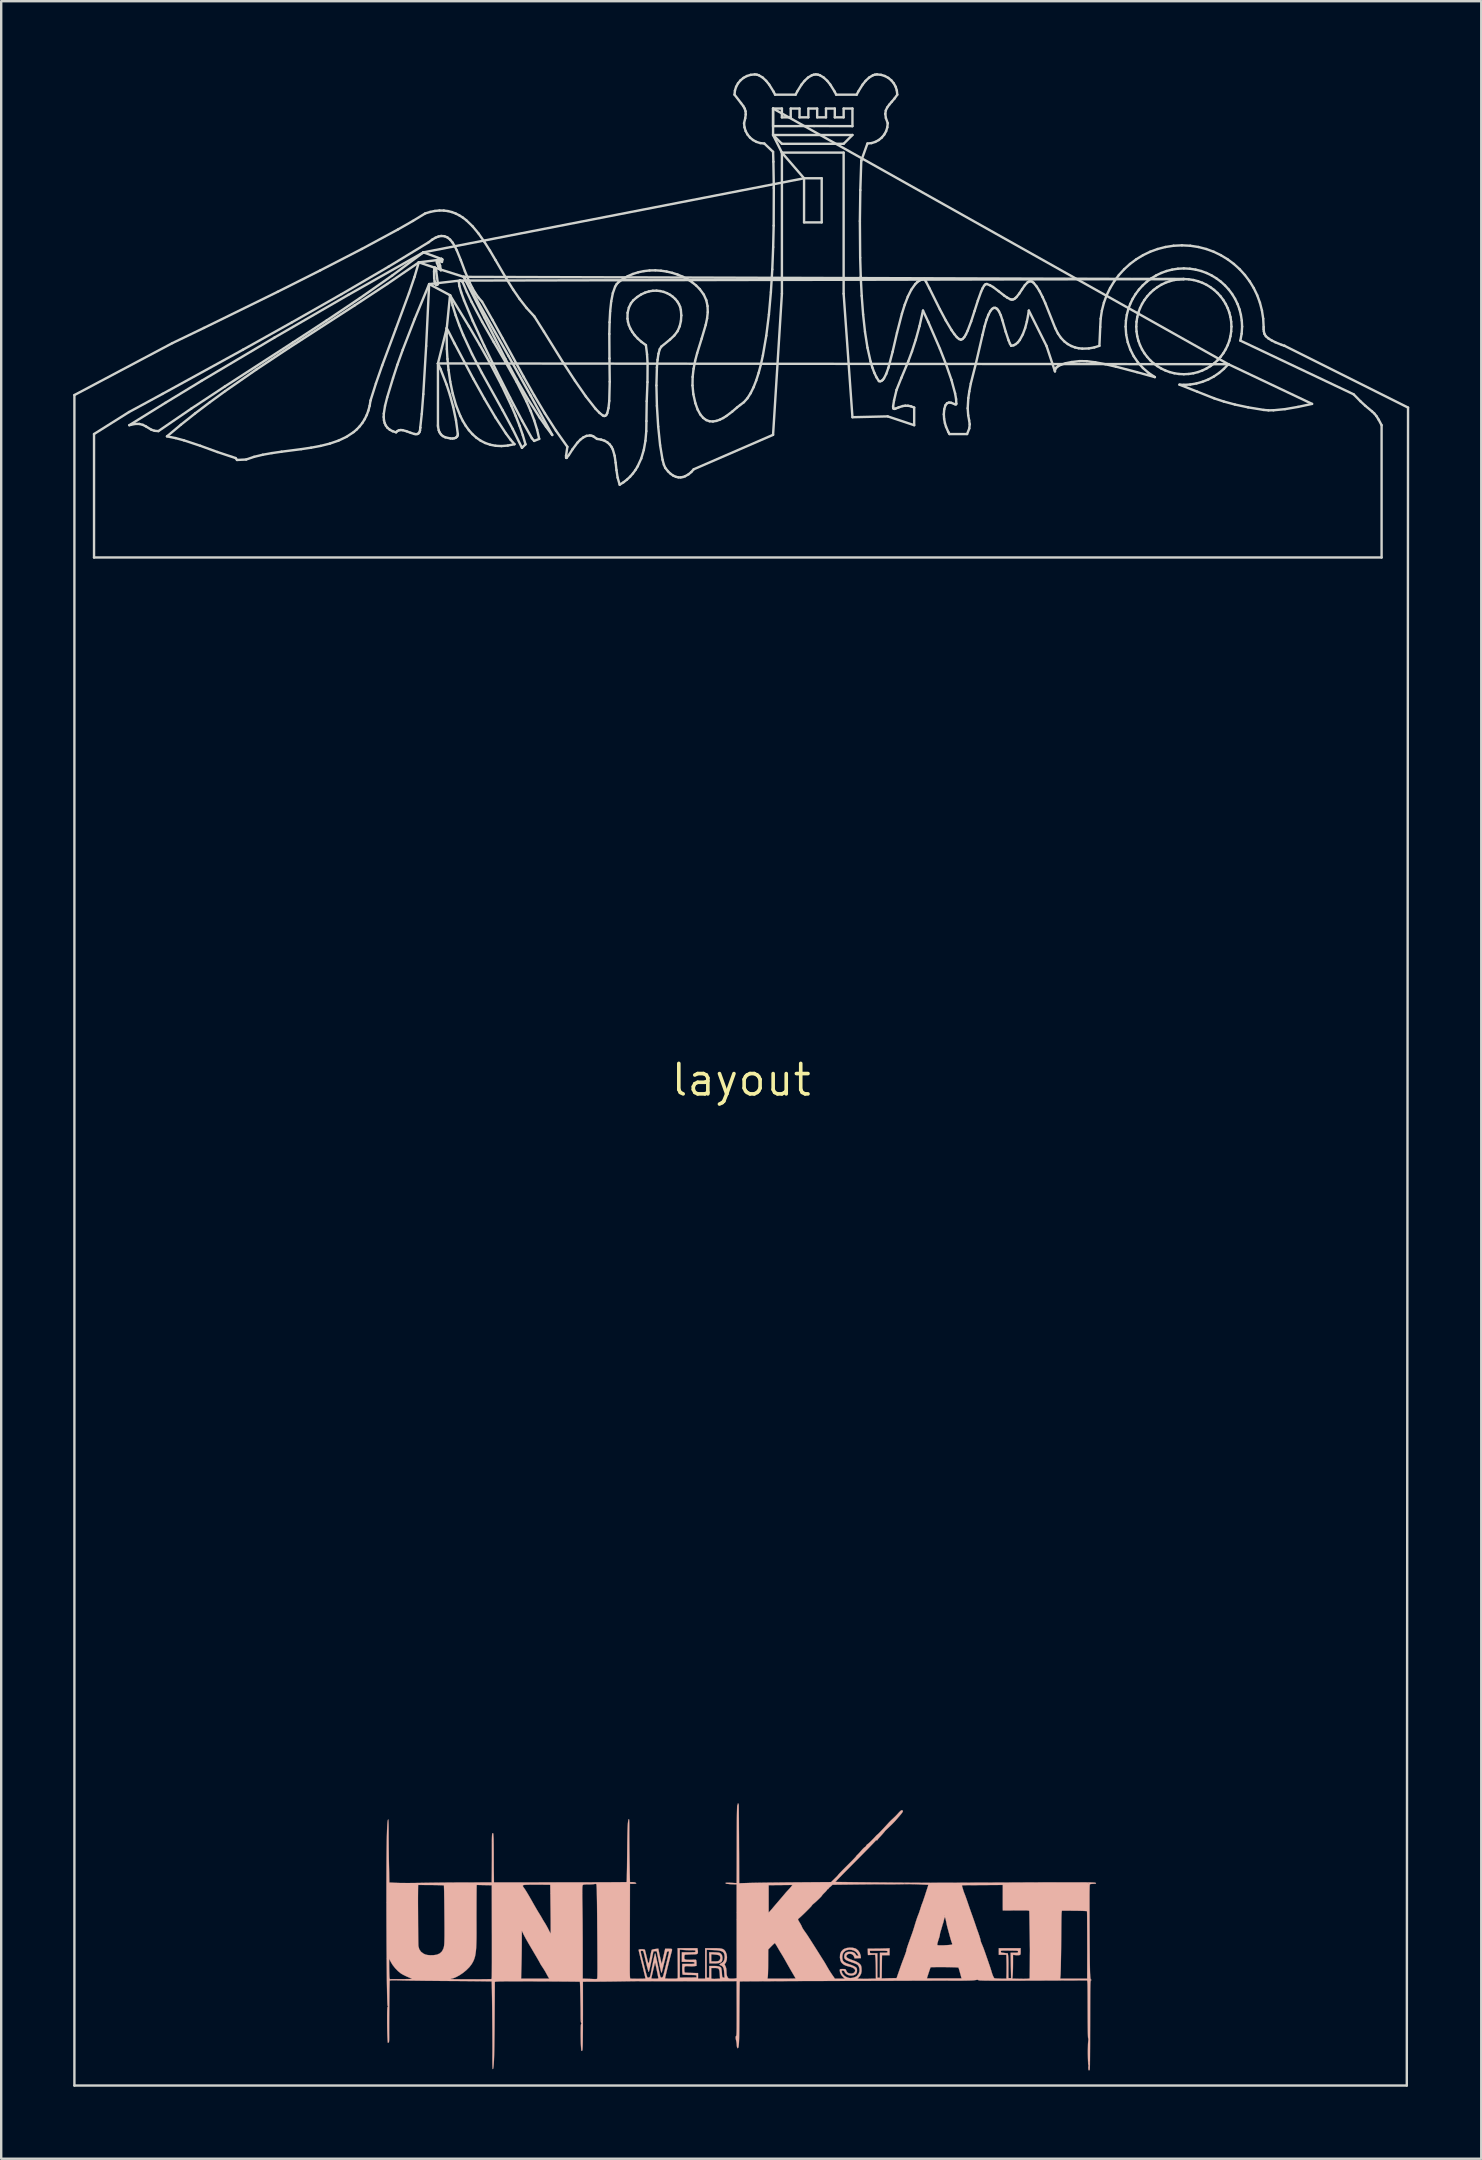
<source format=kicad_pcb>
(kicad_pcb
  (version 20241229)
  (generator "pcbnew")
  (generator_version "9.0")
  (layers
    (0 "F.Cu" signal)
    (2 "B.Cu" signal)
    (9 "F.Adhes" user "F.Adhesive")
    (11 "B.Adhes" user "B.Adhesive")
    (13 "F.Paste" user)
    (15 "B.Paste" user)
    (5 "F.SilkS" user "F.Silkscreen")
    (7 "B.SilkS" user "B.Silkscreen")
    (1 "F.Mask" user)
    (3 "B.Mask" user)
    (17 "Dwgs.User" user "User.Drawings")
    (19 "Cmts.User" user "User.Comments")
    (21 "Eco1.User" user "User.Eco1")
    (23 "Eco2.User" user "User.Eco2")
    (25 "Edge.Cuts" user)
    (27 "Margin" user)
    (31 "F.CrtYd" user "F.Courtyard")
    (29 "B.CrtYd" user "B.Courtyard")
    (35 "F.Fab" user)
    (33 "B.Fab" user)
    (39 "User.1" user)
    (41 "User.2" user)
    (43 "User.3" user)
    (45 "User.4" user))
  (footprint "layout"
    (layer "F.Cu")
    (at 27.833 41.947)
    (property "Reference" "layout" (at 0 0 0) (layer "F.SilkS") (effects (font (size 1.27 1.27) (thickness 0.15))))
    (attr through_hole)
    (fp_poly (pts (xy -1.149 36.345) (xy -1.058 36.348) (xy -0.979 36.353) (xy -0.923 36.359) (xy -0.912 36.362) (xy -0.845 36.401) (xy -0.8 36.471) (xy -0.78 36.564) (xy -0.78 36.581) (xy -0.787 36.667) (xy -0.812 36.729) (xy -0.859 36.771) (xy -0.935 36.796) (xy -1.044 36.807) (xy -1.13 36.809) (xy -1.326 36.809) (xy -1.328 36.724) (xy -1.249 36.724) (xy -1.101 36.724) (xy -1.015 36.722) (xy -0.961 36.713) (xy -0.924 36.694) (xy -0.91 36.682) (xy -0.876 36.622) (xy -0.871 36.551) (xy -0.895 36.489) (xy -0.933 36.466) (xy -1.008 36.449) (xy -1.085 36.44) (xy -1.249 36.424) (xy -1.249 36.724) (xy -1.328 36.724) (xy -1.331 36.576) (xy -1.336 36.343) (xy -1.149 36.345)) (stroke (width 0.01) (type solid)) (fill yes) (layer "B.SilkS"))
    (fp_poly (pts (xy -0.11 30.169) (xy -0.103 30.21) (xy -0.102 30.251) (xy -0.101 30.331) (xy -0.1 30.446) (xy -0.099 30.594) (xy -0.097 30.771) (xy -0.096 30.973) (xy -0.095 31.198) (xy -0.093 31.442) (xy -0.092 31.701) (xy -0.091 31.973) (xy -0.089 32.254) (xy -0.088 32.54) (xy -0.088 32.616) (xy -0.085 33.47) (xy 0.323 33.456) (xy 0.414 33.454) (xy 0.543 33.451) (xy 0.704 33.448) (xy 0.894 33.445) (xy 1.108 33.442) (xy 1.341 33.44) (xy 1.587 33.437) (xy 1.844 33.434) (xy 2.105 33.432) (xy 2.237 33.431) (xy 3.744 33.42) (xy 3.893 33.275) (xy 3.957 33.212) (xy 4.007 33.16) (xy 4.037 33.125) (xy 4.043 33.115) (xy 4.057 33.097) (xy 4.098 33.053) (xy 4.16 32.988) (xy 4.241 32.906) (xy 4.335 32.811) (xy 4.413 32.734) (xy 4.515 32.632) (xy 4.607 32.54) (xy 4.683 32.461) (xy 4.741 32.4) (xy 4.775 32.362) (xy 4.784 32.35) (xy 4.798 32.326) (xy 4.833 32.291) (xy 4.833 32.291) (xy 4.87 32.255) (xy 4.924 32.197) (xy 4.985 32.128) (xy 5.005 32.105) (xy 5.063 32.041) (xy 5.112 31.992) (xy 5.146 31.965) (xy 5.153 31.962) (xy 5.18 31.944) (xy 5.203 31.908) (xy 5.233 31.864) (xy 5.261 31.842) (xy 5.291 31.821) (xy 5.342 31.775) (xy 5.409 31.711) (xy 5.485 31.634) (xy 5.564 31.552) (xy 5.614 31.496) (xy 5.65 31.459) (xy 5.671 31.441) (xy 5.673 31.441) (xy 5.686 31.431) (xy 5.723 31.396) (xy 5.777 31.341) (xy 5.842 31.273) (xy 5.914 31.198) (xy 5.985 31.122) (xy 6.051 31.05) (xy 6.098 30.999) (xy 6.162 30.929) (xy 6.231 30.859) (xy 6.273 30.819) (xy 6.361 30.737) (xy 6.44 30.66) (xy 6.503 30.595) (xy 6.543 30.551) (xy 6.546 30.547) (xy 6.581 30.509) (xy 6.627 30.464) (xy 6.63 30.461) (xy 6.673 30.429) (xy 6.702 30.426) (xy 6.719 30.436) (xy 6.737 30.458) (xy 6.731 30.486) (xy 6.704 30.528) (xy 6.664 30.582) (xy 6.628 30.625) (xy 6.625 30.628) (xy 6.596 30.662) (xy 6.549 30.716) (xy 6.498 30.777) (xy 6.438 30.847) (xy 6.374 30.916) (xy 6.299 30.993) (xy 6.206 31.083) (xy 6.101 31.184) (xy 6.043 31.239) (xy 6.001 31.281) (xy 5.981 31.304) (xy 5.98 31.305) (xy 5.971 31.32) (xy 5.939 31.358) (xy 5.891 31.414) (xy 5.832 31.48) (xy 5.768 31.55) (xy 5.741 31.578) (xy 5.701 31.625) (xy 5.676 31.661) (xy 5.673 31.671) (xy 5.657 31.682) (xy 5.641 31.679) (xy 5.614 31.678) (xy 5.609 31.686) (xy 5.595 31.704) (xy 5.553 31.749) (xy 5.486 31.819) (xy 5.398 31.91) (xy 5.291 32.021) (xy 5.166 32.148) (xy 5.028 32.288) (xy 4.879 32.439) (xy 4.762 32.556) (xy 4.606 32.713) (xy 4.46 32.861) (xy 4.326 32.996) (xy 4.206 33.118) (xy 4.104 33.222) (xy 4.022 33.306) (xy 3.963 33.368) (xy 3.928 33.404) (xy 3.921 33.413) (xy 3.942 33.414) (xy 4.002 33.415) (xy 4.098 33.417) (xy 4.224 33.418) (xy 4.379 33.42) (xy 4.558 33.422) (xy 4.757 33.425) (xy 4.973 33.427) (xy 5.203 33.429) (xy 5.443 33.432) (xy 5.689 33.434) (xy 5.937 33.436) (xy 6.185 33.438) (xy 6.428 33.441) (xy 6.662 33.442) (xy 6.885 33.444) (xy 7.092 33.446) (xy 7.28 33.447) (xy 7.445 33.448) (xy 7.584 33.449) (xy 7.662 33.449) (xy 7.725 33.449) (xy 7.828 33.449) (xy 7.968 33.448) (xy 8.143 33.448) (xy 8.349 33.447) (xy 8.585 33.447) (xy 8.847 33.446) (xy 9.134 33.445) (xy 9.442 33.443) (xy 9.77 33.442) (xy 10.113 33.441) (xy 10.471 33.44) (xy 10.839 33.438) (xy 11.216 33.437) (xy 11.384 33.436) (xy 11.828 33.434) (xy 12.233 33.432) (xy 12.598 33.431) (xy 12.927 33.43) (xy 13.222 33.429) (xy 13.483 33.429) (xy 13.714 33.429) (xy 13.916 33.429) (xy 14.09 33.429) (xy 14.24 33.43) (xy 14.366 33.431) (xy 14.471 33.433) (xy 14.556 33.434) (xy 14.624 33.436) (xy 14.676 33.439) (xy 14.714 33.442) (xy 14.741 33.445) (xy 14.757 33.449) (xy 14.766 33.453) (xy 14.767 33.454) (xy 14.783 33.475) (xy 14.77 33.485) (xy 14.728 33.489) (xy 14.659 33.492) (xy 14.601 33.495) (xy 14.552 33.503) (xy 14.527 33.514) (xy 14.523 33.524) (xy 14.52 33.547) (xy 14.518 33.585) (xy 14.515 33.641) (xy 14.514 33.717) (xy 14.512 33.815) (xy 14.511 33.936) (xy 14.511 34.084) (xy 14.511 34.261) (xy 14.511 34.468) (xy 14.512 34.708) (xy 14.513 34.982) (xy 14.514 35.294) (xy 14.516 35.646) (xy 14.517 35.793) (xy 14.519 36.102) (xy 14.521 36.371) (xy 14.523 36.603) (xy 14.525 36.801) (xy 14.528 36.968) (xy 14.531 37.106) (xy 14.534 37.217) (xy 14.539 37.305) (xy 14.544 37.373) (xy 14.55 37.422) (xy 14.557 37.456) (xy 14.565 37.478) (xy 14.574 37.489) (xy 14.581 37.493) (xy 14.603 37.501) (xy 14.583 37.505) (xy 14.579 37.505) (xy 14.571 37.507) (xy 14.565 37.515) (xy 14.559 37.532) (xy 14.555 37.561) (xy 14.551 37.605) (xy 14.548 37.666) (xy 14.546 37.747) (xy 14.544 37.853) (xy 14.542 37.985) (xy 14.541 38.147) (xy 14.54 38.342) (xy 14.539 38.572) (xy 14.538 38.841) (xy 14.538 38.91) (xy 14.537 39.273) (xy 14.536 39.596) (xy 14.535 39.882) (xy 14.535 40.132) (xy 14.534 40.349) (xy 14.533 40.536) (xy 14.532 40.695) (xy 14.531 40.828) (xy 14.53 40.937) (xy 14.529 41.025) (xy 14.527 41.095) (xy 14.526 41.148) (xy 14.524 41.187) (xy 14.522 41.214) (xy 14.519 41.232) (xy 14.516 41.243) (xy 14.513 41.249) (xy 14.509 41.253) (xy 14.506 41.256) (xy 14.485 41.265) (xy 14.47 41.239) (xy 14.466 41.224) (xy 14.46 41.159) (xy 14.464 41.107) (xy 14.468 41.06) (xy 14.462 41.034) (xy 14.457 41.008) (xy 14.452 40.947) (xy 14.451 40.926) (xy 14.482 40.926) (xy 14.484 40.962) (xy 14.491 40.965) (xy 14.492 40.963) (xy 14.496 40.921) (xy 14.493 40.9) (xy 14.486 40.891) (xy 14.482 40.919) (xy 14.482 40.926) (xy 14.451 40.926) (xy 14.449 40.859) (xy 14.446 40.75) (xy 14.444 40.63) (xy 14.443 40.503) (xy 14.444 40.379) (xy 14.446 40.265) (xy 14.448 40.167) (xy 14.453 40.095) (xy 14.456 40.063) (xy 14.463 39.997) (xy 14.462 39.947) (xy 14.457 39.931) (xy 14.453 39.919) (xy 14.45 39.891) (xy 14.447 39.845) (xy 14.445 39.779) (xy 14.443 39.69) (xy 14.441 39.575) (xy 14.439 39.433) (xy 14.437 39.262) (xy 14.436 39.058) (xy 14.435 38.82) (xy 14.434 38.546) (xy 14.433 38.233) (xy 14.432 38.045) (xy 14.431 37.912) (xy 14.43 37.791) (xy 14.428 37.688) (xy 14.425 37.613) (xy 14.422 37.571) (xy 14.421 37.568) (xy 14.411 37.516) (xy 12.156 37.525) (xy 11.786 37.526) (xy 11.455 37.527) (xy 11.163 37.528) (xy 10.907 37.528) (xy 10.686 37.528) (xy 10.496 37.527) (xy 10.336 37.526) (xy 10.204 37.525) (xy 10.098 37.523) (xy 10.016 37.52) (xy 9.956 37.518) (xy 9.915 37.514) (xy 9.892 37.51) (xy 9.884 37.507) (xy 9.866 37.493) (xy 9.829 37.491) (xy 9.763 37.501) (xy 9.74 37.505) (xy 9.678 37.513) (xy 9.578 37.519) (xy 9.439 37.523) (xy 9.261 37.526) (xy 9.043 37.527) (xy 8.823 37.527) (xy 8.642 37.526) (xy 8.474 37.525) (xy 8.323 37.525) (xy 8.195 37.525) (xy 8.093 37.525) (xy 8.023 37.525) (xy 7.991 37.525) (xy 7.99 37.525) (xy 7.965 37.526) (xy 7.9 37.526) (xy 7.796 37.527) (xy 7.657 37.527) (xy 7.483 37.528) (xy 7.277 37.528) (xy 7.042 37.529) (xy 6.779 37.53) (xy 6.491 37.531) (xy 6.178 37.532) (xy 5.845 37.533) (xy 5.492 37.534) (xy 5.122 37.535) (xy 4.737 37.536) (xy 4.338 37.537) (xy 3.95 37.538) (xy 3.541 37.54) (xy 3.144 37.541) (xy 2.761 37.542) (xy 2.393 37.543) (xy 2.043 37.545) (xy 1.712 37.546) (xy 1.403 37.548) (xy 1.118 37.549) (xy 0.858 37.551) (xy 0.627 37.552) (xy 0.425 37.553) (xy 0.256 37.555) (xy 0.121 37.556) (xy 0.022 37.557) (xy -0.039 37.559) (xy -0.059 37.56) (xy -0.061 37.582) (xy -0.064 37.643) (xy -0.066 37.74) (xy -0.068 37.867) (xy -0.07 38.023) (xy -0.072 38.202) (xy -0.073 38.403) (xy -0.075 38.62) (xy -0.076 38.85) (xy -0.077 38.886) (xy -0.078 39.173) (xy -0.08 39.421) (xy -0.082 39.633) (xy -0.085 39.81) (xy -0.089 39.956) (xy -0.093 40.074) (xy -0.098 40.166) (xy -0.105 40.235) (xy -0.112 40.284) (xy -0.122 40.316) (xy -0.133 40.334) (xy -0.145 40.339) (xy -0.155 40.338) (xy -0.17 40.314) (xy -0.181 40.261) (xy -0.185 40.218) (xy -0.192 40.135) (xy -0.205 40.057) (xy -0.211 40.029) (xy -0.228 39.949) (xy -0.232 39.883) (xy -0.223 39.841) (xy -0.213 39.832) (xy -0.208 39.826) (xy -0.203 39.81) (xy -0.199 39.781) (xy -0.196 39.736) (xy -0.193 39.672) (xy -0.191 39.586) (xy -0.189 39.475) (xy -0.189 39.337) (xy -0.188 39.168) (xy -0.188 38.965) (xy -0.188 38.725) (xy -0.189 38.475) (xy -0.191 37.548) (xy -2.143 37.55) (xy -2.43 37.551) (xy -2.706 37.551) (xy -2.969 37.551) (xy -3.216 37.551) (xy -3.443 37.551) (xy -3.647 37.551) (xy -3.824 37.55) (xy -3.973 37.55) (xy -4.089 37.55) (xy -4.169 37.549) (xy -4.211 37.549) (xy -4.212 37.549) (xy -4.265 37.548) (xy -4.354 37.548) (xy -4.47 37.549) (xy -4.606 37.551) (xy -4.757 37.553) (xy -4.879 37.555) (xy -5.065 37.558) (xy -5.279 37.561) (xy -5.505 37.564) (xy -5.728 37.566) (xy -5.934 37.568) (xy -6.013 37.568) (xy -6.596 37.571) (xy -6.595 38.571) (xy -6.595 38.921) (xy -6.596 39.231) (xy -6.596 39.501) (xy -6.598 39.733) (xy -6.6 39.93) (xy -6.602 40.092) (xy -6.605 40.221) (xy -6.609 40.319) (xy -6.613 40.387) (xy -6.618 40.427) (xy -6.623 40.44) (xy -6.624 40.44) (xy -6.646 40.445) (xy -6.652 40.455) (xy -6.658 40.453) (xy -6.665 40.415) (xy -6.671 40.344) (xy -6.677 40.247) (xy -6.682 40.128) (xy -6.685 39.993) (xy -6.688 39.846) (xy -6.689 39.725) (xy -6.688 39.573) (xy -6.686 39.461) (xy -6.682 39.385) (xy -6.675 39.342) (xy -6.666 39.328) (xy -6.666 39.328) (xy -6.652 39.32) (xy -6.666 39.298) (xy -6.678 39.26) (xy -6.686 39.19) (xy -6.668 39.19) (xy -6.657 39.201) (xy -6.646 39.19) (xy -6.657 39.179) (xy -6.668 39.19) (xy -6.686 39.19) (xy -6.687 39.187) (xy -6.69 39.084) (xy -6.69 39.06) (xy -6.691 38.948) (xy -6.692 38.816) (xy -6.693 38.668) (xy -6.696 38.511) (xy -6.699 38.349) (xy -6.702 38.189) (xy -6.705 38.036) (xy -6.709 37.896) (xy -6.712 37.774) (xy -6.715 37.676) (xy -6.719 37.608) (xy -6.721 37.575) (xy -6.722 37.573) (xy -6.744 37.571) (xy -6.806 37.57) (xy -6.903 37.568) (xy -7.034 37.566) (xy -7.194 37.565) (xy -7.381 37.563) (xy -7.591 37.562) (xy -7.822 37.56) (xy -8.071 37.559) (xy -8.333 37.558) (xy -8.499 37.557) (xy -8.814 37.556) (xy -9.089 37.556) (xy -9.328 37.555) (xy -9.532 37.555) (xy -9.704 37.556) (xy -9.847 37.556) (xy -9.964 37.558) (xy -10.057 37.559) (xy -10.129 37.562) (xy -10.183 37.564) (xy -10.22 37.568) (xy -10.245 37.572) (xy -10.259 37.577) (xy -10.265 37.583) (xy -10.266 37.588) (xy -10.266 37.615) (xy -10.267 37.68) (xy -10.267 37.781) (xy -10.268 37.913) (xy -10.269 38.074) (xy -10.27 38.258) (xy -10.271 38.464) (xy -10.273 38.687) (xy -10.274 38.924) (xy -10.275 39.042) (xy -10.277 39.41) (xy -10.28 39.739) (xy -10.284 40.028) (xy -10.287 40.281) (xy -10.292 40.499) (xy -10.297 40.684) (xy -10.302 40.837) (xy -10.309 40.962) (xy -10.316 41.059) (xy -10.324 41.131) (xy -10.333 41.179) (xy -10.343 41.205) (xy -10.353 41.212) (xy -10.359 41.191) (xy -10.363 41.13) (xy -10.366 41.033) (xy -10.368 40.901) (xy -10.368 40.737) (xy -10.367 40.603) (xy -10.366 40.489) (xy -10.366 40.348) (xy -10.366 40.182) (xy -10.367 39.997) (xy -10.368 39.796) (xy -10.369 39.583) (xy -10.371 39.362) (xy -10.373 39.138) (xy -10.375 38.913) (xy -10.377 38.693) (xy -10.38 38.481) (xy -10.382 38.281) (xy -10.385 38.098) (xy -10.387 37.935) (xy -10.39 37.796) (xy -10.392 37.685) (xy -10.395 37.607) (xy -10.397 37.565) (xy -10.398 37.559) (xy -10.42 37.558) (xy -10.48 37.556) (xy -10.577 37.555) (xy -10.706 37.553) (xy -10.865 37.551) (xy -11.05 37.549) (xy -11.258 37.547) (xy -11.486 37.545) (xy -11.731 37.543) (xy -11.989 37.541) (xy -12.065 37.541) (xy -12.341 37.539) (xy -12.614 37.537) (xy -12.881 37.534) (xy -13.137 37.532) (xy -13.377 37.529) (xy -13.598 37.526) (xy -13.793 37.524) (xy -13.96 37.521) (xy -14.094 37.519) (xy -14.187 37.516) (xy -14.342 37.512) (xy -14.459 37.51) (xy -14.543 37.511) (xy -14.6 37.514) (xy -14.633 37.519) (xy -14.647 37.527) (xy -14.648 37.532) (xy -14.65 37.611) (xy -14.652 37.726) (xy -14.655 37.872) (xy -14.657 38.042) (xy -14.659 38.23) (xy -14.661 38.43) (xy -14.663 38.636) (xy -14.665 38.841) (xy -14.667 39.041) (xy -14.668 39.228) (xy -14.669 39.397) (xy -14.669 39.542) (xy -14.67 39.656) (xy -14.669 39.727) (xy -14.668 39.883) (xy -14.67 39.998) (xy -14.675 40.071) (xy -14.682 40.102) (xy -14.686 40.103) (xy -14.71 40.106) (xy -14.716 40.116) (xy -14.722 40.114) (xy -14.728 40.073) (xy -14.734 40) (xy -14.739 39.896) (xy -14.744 39.768) (xy -14.748 39.62) (xy -14.751 39.455) (xy -14.753 39.279) (xy -14.753 39.151) (xy -14.753 38.962) (xy -14.751 38.815) (xy -14.747 38.709) (xy -14.742 38.643) (xy -14.735 38.618) (xy -14.733 38.618) (xy -14.713 38.621) (xy -14.715 38.6) (xy -14.735 38.572) (xy -14.739 38.546) (xy -14.743 38.482) (xy -14.747 38.38) (xy -14.751 38.244) (xy -14.755 38.076) (xy -14.758 37.879) (xy -14.762 37.656) (xy -14.765 37.41) (xy -14.768 37.142) (xy -14.771 36.856) (xy -14.773 36.611) (xy -14.67 36.611) (xy -14.668 36.98) (xy -14.666 37.105) (xy -14.663 37.218) (xy -14.66 37.313) (xy -14.657 37.38) (xy -14.654 37.407) (xy -14.642 37.465) (xy -14.153 37.463) (xy -13.992 37.462) (xy -13.871 37.46) (xy -13.787 37.457) (xy -13.736 37.453) (xy -13.724 37.45) (xy -12.106 37.45) (xy -12.094 37.46) (xy -12.069 37.462) (xy -12.009 37.464) (xy -11.917 37.466) (xy -11.8 37.467) (xy -11.663 37.468) (xy -11.511 37.469) (xy -11.35 37.469) (xy -11.186 37.469) (xy -11.024 37.468) (xy -10.869 37.468) (xy -10.728 37.467) (xy -10.605 37.465) (xy -10.506 37.464) (xy -10.437 37.462) (xy -10.404 37.459) (xy -10.401 37.459) (xy -10.398 37.444) (xy -9.172 37.444) (xy -7.998 37.444) (xy -8.04 37.375) (xy -8.076 37.313) (xy -8.116 37.238) (xy -8.13 37.211) (xy -8.166 37.147) (xy -8.216 37.064) (xy -8.271 36.979) (xy -8.28 36.965) (xy -8.326 36.896) (xy -8.361 36.84) (xy -8.38 36.807) (xy -8.382 36.802) (xy -8.392 36.78) (xy -8.42 36.729) (xy -8.461 36.657) (xy -8.511 36.57) (xy -8.516 36.561) (xy -8.576 36.46) (xy -8.649 36.336) (xy -8.728 36.201) (xy -8.806 36.069) (xy -8.838 36.015) (xy -8.904 35.9) (xy -8.968 35.788) (xy -9.023 35.686) (xy -9.066 35.606) (xy -9.083 35.571) (xy -9.142 35.444) (xy -9.143 35.92) (xy -9.144 36.091) (xy -9.146 36.288) (xy -9.149 36.498) (xy -9.153 36.704) (xy -9.157 36.892) (xy -9.158 36.92) (xy -9.172 37.444) (xy -10.398 37.444) (xy -10.398 37.443) (xy -10.396 37.403) (xy -10.393 37.336) (xy -10.392 37.241) (xy -10.39 37.116) (xy -10.389 36.961) (xy -10.388 36.772) (xy -10.388 36.549) (xy -10.388 36.29) (xy -10.388 35.993) (xy -10.388 35.656) (xy -10.389 35.323) (xy -10.393 33.579) (xy -9.103 33.579) (xy -9.091 33.606) (xy -9.068 33.639) (xy -9.051 33.662) (xy -9.001 33.734) (xy -8.933 33.843) (xy -8.848 33.986) (xy -8.747 34.162) (xy -8.663 34.311) (xy -8.6 34.421) (xy -8.536 34.532) (xy -8.478 34.631) (xy -8.432 34.706) (xy -8.427 34.713) (xy -8.378 34.793) (xy -8.331 34.87) (xy -8.298 34.929) (xy -8.297 34.93) (xy -8.263 34.991) (xy -8.216 35.068) (xy -8.175 35.132) (xy -8.125 35.217) (xy -8.069 35.318) (xy -8.023 35.408) (xy -7.988 35.479) (xy -7.96 35.532) (xy -7.943 35.559) (xy -7.941 35.56) (xy -7.94 35.54) (xy -7.939 35.481) (xy -7.938 35.388) (xy -7.939 35.265) (xy -7.939 35.116) (xy -7.94 34.946) (xy -7.942 34.757) (xy -7.944 34.555) (xy -7.944 34.549) (xy -7.947 34.347) (xy -7.949 34.158) (xy -7.951 33.986) (xy -7.952 33.886) (xy -6.623 33.886) (xy -6.622 34.061) (xy -6.619 34.275) (xy -6.618 34.352) (xy -6.615 34.527) (xy -6.613 34.737) (xy -6.61 34.973) (xy -6.608 35.228) (xy -6.607 35.494) (xy -6.605 35.762) (xy -6.605 36.025) (xy -6.604 36.274) (xy -6.604 37.442) (xy -6.408 37.449) (xy -6.307 37.453) (xy -6.209 37.457) (xy -6.132 37.46) (xy -6.113 37.461) (xy -6.052 37.46) (xy -6.012 37.454) (xy -6.004 37.449) (xy -6.001 37.438) (xy -5.998 37.414) (xy -5.995 37.377) (xy -5.993 37.322) (xy -5.992 37.248) (xy -5.991 37.154) (xy -5.99 37.035) (xy -5.99 36.891) (xy -5.991 36.718) (xy -5.991 36.515) (xy -5.993 36.28) (xy -5.994 36.01) (xy -5.996 35.702) (xy -5.999 35.355) (xy -6 35.254) (xy -6.002 34.926) (xy -6.005 34.638) (xy -6.007 34.388) (xy -6.01 34.174) (xy -6.013 33.994) (xy -6.016 33.846) (xy -6.019 33.727) (xy -6.023 33.636) (xy -6.027 33.57) (xy -6.031 33.527) (xy -6.036 33.506) (xy -6.038 33.502) (xy -6.077 33.495) (xy -6.117 33.501) (xy -6.161 33.508) (xy -6.235 33.514) (xy -6.326 33.517) (xy -6.378 33.517) (xy -6.475 33.518) (xy -6.539 33.522) (xy -6.577 33.53) (xy -6.599 33.544) (xy -6.609 33.558) (xy -6.615 33.588) (xy -6.62 33.651) (xy -6.622 33.75) (xy -6.623 33.886) (xy -7.952 33.886) (xy -7.953 33.836) (xy -7.955 33.711) (xy -7.956 33.617) (xy -7.957 33.556) (xy -7.957 33.533) (xy -7.957 33.533) (xy -7.978 33.532) (xy -8.035 33.531) (xy -8.124 33.53) (xy -8.239 33.529) (xy -8.374 33.528) (xy -8.525 33.528) (xy -8.53 33.528) (xy -8.709 33.528) (xy -8.848 33.529) (xy -8.954 33.532) (xy -9.028 33.537) (xy -9.075 33.546) (xy -9.099 33.56) (xy -9.103 33.579) (xy -10.393 33.579) (xy -10.393 33.551) (xy -10.705 33.545) (xy -10.815 33.543) (xy -10.908 33.541) (xy -10.978 33.539) (xy -11.016 33.539) (xy -11.021 33.539) (xy -11.022 33.559) (xy -11.024 33.618) (xy -11.026 33.71) (xy -11.027 33.832) (xy -11.028 33.979) (xy -11.029 34.147) (xy -11.03 34.332) (xy -11.03 34.529) (xy -11.031 34.735) (xy -11.031 34.944) (xy -11.03 35.154) (xy -11.03 35.285) (xy -11.029 35.554) (xy -11.031 35.786) (xy -11.036 35.983) (xy -11.043 36.151) (xy -11.055 36.293) (xy -11.071 36.414) (xy -11.091 36.517) (xy -11.118 36.608) (xy -11.15 36.69) (xy -11.189 36.767) (xy -11.235 36.844) (xy -11.238 36.849) (xy -11.329 36.966) (xy -11.449 37.086) (xy -11.588 37.201) (xy -11.736 37.301) (xy -11.881 37.379) (xy -11.935 37.402) (xy -12 37.426) (xy -12.039 37.439) (xy -12.069 37.443) (xy -12.091 37.444) (xy -12.106 37.45) (xy -13.724 37.45) (xy -13.716 37.448) (xy -13.724 37.44) (xy -13.727 37.44) (xy -13.837 37.397) (xy -13.955 37.346) (xy -14.066 37.292) (xy -14.156 37.242) (xy -14.182 37.225) (xy -14.302 37.128) (xy -14.421 37.005) (xy -14.525 36.872) (xy -14.594 36.758) (xy -14.67 36.611) (xy -14.773 36.611) (xy -14.773 36.555) (xy -14.776 36.24) (xy -14.778 35.916) (xy -14.779 35.583) (xy -14.781 35.246) (xy -14.782 34.907) (xy -14.783 34.568) (xy -14.783 34.232) (xy -14.783 34.099) (xy -13.468 34.099) (xy -13.468 34.271) (xy -13.467 34.458) (xy -13.466 34.654) (xy -13.465 34.856) (xy -13.464 35.058) (xy -13.463 35.255) (xy -13.461 35.442) (xy -13.459 35.616) (xy -13.457 35.77) (xy -13.455 35.9) (xy -13.453 36.001) (xy -13.451 36.068) (xy -13.449 36.094) (xy -13.414 36.219) (xy -13.343 36.322) (xy -13.238 36.401) (xy -13.154 36.439) (xy -13.063 36.459) (xy -12.948 36.468) (xy -12.825 36.465) (xy -12.712 36.45) (xy -12.666 36.439) (xy -12.554 36.388) (xy -12.47 36.309) (xy -12.412 36.198) (xy -12.392 36.135) (xy -12.385 36.102) (xy -12.379 36.064) (xy -12.374 36.016) (xy -12.37 35.957) (xy -12.367 35.881) (xy -12.365 35.786) (xy -12.363 35.667) (xy -12.363 35.522) (xy -12.363 35.347) (xy -12.364 35.137) (xy -12.366 34.891) (xy -12.367 34.785) (xy -12.369 34.562) (xy -12.371 34.352) (xy -12.373 34.159) (xy -12.376 33.985) (xy -12.378 33.837) (xy -12.381 33.716) (xy -12.384 33.626) (xy -12.386 33.573) (xy -12.388 33.558) (xy -12.412 33.554) (xy -12.472 33.551) (xy -12.563 33.548) (xy -12.678 33.545) (xy -12.813 33.543) (xy -12.931 33.542) (xy -13.462 33.539) (xy -13.465 33.718) (xy -13.466 33.818) (xy -13.467 33.946) (xy -13.468 34.099) (xy -14.783 34.099) (xy -14.783 33.901) (xy -14.783 33.58) (xy -14.782 33.269) (xy -14.781 32.972) (xy -14.78 32.692) (xy -14.778 32.431) (xy -14.776 32.191) (xy -14.773 31.976) (xy -14.77 31.788) (xy -14.768 31.665) (xy -14.762 31.45) (xy -14.757 31.274) (xy -14.751 31.132) (xy -14.745 31.021) (xy -14.739 30.938) (xy -14.732 30.879) (xy -14.723 30.839) (xy -14.714 30.815) (xy -14.709 30.809) (xy -14.703 30.823) (xy -14.698 30.876) (xy -14.694 30.967) (xy -14.691 31.091) (xy -14.69 31.248) (xy -14.69 31.334) (xy -14.69 31.492) (xy -14.689 31.683) (xy -14.687 31.895) (xy -14.685 32.119) (xy -14.682 32.344) (xy -14.679 32.561) (xy -14.677 32.659) (xy -14.662 33.438) (xy -14.358 33.453) (xy -14.264 33.456) (xy -14.135 33.458) (xy -13.978 33.459) (xy -13.801 33.459) (xy -13.612 33.457) (xy -13.418 33.455) (xy -13.277 33.452) (xy -13.086 33.449) (xy -12.861 33.446) (xy -12.613 33.443) (xy -12.35 33.44) (xy -12.081 33.438) (xy -11.816 33.436) (xy -11.563 33.435) (xy -11.447 33.435) (xy -10.396 33.433) (xy -10.391 33.009) (xy -10.39 32.867) (xy -10.389 32.694) (xy -10.388 32.502) (xy -10.388 32.303) (xy -10.388 32.109) (xy -10.388 31.99) (xy -10.388 31.811) (xy -10.388 31.761) (xy -10.351 31.761) (xy -10.34 31.771) (xy -10.329 31.761) (xy -10.34 31.75) (xy -10.351 31.761) (xy -10.388 31.761) (xy -10.388 31.671) (xy -10.386 31.564) (xy -10.383 31.486) (xy -10.379 31.433) (xy -10.372 31.401) (xy -10.364 31.385) (xy -10.36 31.382) (xy -10.339 31.385) (xy -10.329 31.419) (xy -10.327 31.454) (xy -10.323 31.526) (xy -10.319 31.59) (xy -10.318 31.597) (xy -10.317 31.632) (xy -10.316 31.704) (xy -10.314 31.806) (xy -10.313 31.934) (xy -10.312 32.081) (xy -10.311 32.242) (xy -10.311 32.3) (xy -10.311 32.464) (xy -10.31 32.616) (xy -10.31 32.75) (xy -10.309 32.861) (xy -10.309 32.944) (xy -10.308 32.991) (xy -10.308 32.999) (xy -10.307 33.044) (xy -10.306 33.118) (xy -10.305 33.207) (xy -10.305 33.242) (xy -10.303 33.433) (xy -7.543 33.431) (xy -7.205 33.431) (xy -6.879 33.43) (xy -6.566 33.43) (xy -6.271 33.429) (xy -5.994 33.428) (xy -5.74 33.428) (xy -5.509 33.427) (xy -5.306 33.425) (xy -5.131 33.424) (xy -4.988 33.423) (xy -4.88 33.422) (xy -4.808 33.421) (xy -4.775 33.419) (xy -4.774 33.419) (xy -4.771 33.397) (xy -4.769 33.336) (xy -4.766 33.241) (xy -4.764 33.115) (xy -4.761 32.964) (xy -4.758 32.79) (xy -4.756 32.598) (xy -4.754 32.393) (xy -4.753 32.341) (xy -4.75 32.037) (xy -4.747 31.773) (xy -4.743 31.547) (xy -4.739 31.355) (xy -4.734 31.197) (xy -4.728 31.068) (xy -4.721 30.968) (xy -4.713 30.893) (xy -4.704 30.841) (xy -4.693 30.811) (xy -4.682 30.798) (xy -4.678 30.797) (xy -4.673 30.818) (xy -4.668 30.875) (xy -4.665 30.962) (xy -4.663 31.076) (xy -4.663 31.209) (xy -4.663 31.247) (xy -4.664 31.368) (xy -4.663 31.525) (xy -4.662 31.709) (xy -4.66 31.916) (xy -4.658 32.136) (xy -4.655 32.364) (xy -4.652 32.593) (xy -4.648 32.815) (xy -4.645 33.023) (xy -4.641 33.211) (xy -4.638 33.322) (xy -4.636 33.422) (xy -4.528 33.422) (xy -4.446 33.429) (xy -4.394 33.449) (xy -4.389 33.454) (xy -4.374 33.474) (xy -4.386 33.484) (xy -4.431 33.489) (xy -4.449 33.49) (xy -4.518 33.491) (xy -4.577 33.491) (xy -4.588 33.491) (xy -4.636 33.488) (xy -4.639 35.09) (xy -4.64 35.358) (xy -4.64 35.622) (xy -4.641 35.877) (xy -4.641 36.12) (xy -4.642 36.345) (xy -4.642 36.549) (xy -4.642 36.728) (xy -4.643 36.876) (xy -4.643 36.99) (xy -4.643 37.057) (xy -4.642 37.178) (xy -4.64 37.283) (xy -4.636 37.367) (xy -4.631 37.421) (xy -4.627 37.438) (xy -4.603 37.442) (xy -4.546 37.445) (xy -4.465 37.447) (xy -4.37 37.448) (xy -4.268 37.448) (xy -4.171 37.447) (xy -4.086 37.445) (xy -4.023 37.443) (xy -3.99 37.439) (xy -3.988 37.438) (xy -3.989 37.435) (xy -3.747 37.435) (xy -3.727 37.439) (xy -3.676 37.442) (xy -3.604 37.444) (xy -3.596 37.444) (xy -3.518 37.443) (xy -3.474 37.439) (xy -3.455 37.429) (xy -3.453 37.409) (xy -3.456 37.396) (xy -3.464 37.359) (xy -3.478 37.289) (xy -3.497 37.195) (xy -3.519 37.088) (xy -3.525 37.057) (xy -3.547 36.953) (xy -3.565 36.867) (xy -3.58 36.805) (xy -3.589 36.774) (xy -3.59 36.773) (xy -3.597 36.794) (xy -3.61 36.848) (xy -3.63 36.926) (xy -3.652 37.02) (xy -3.676 37.12) (xy -3.699 37.22) (xy -3.72 37.31) (xy -3.736 37.381) (xy -3.745 37.425) (xy -3.747 37.435) (xy -3.989 37.435) (xy -3.992 37.417) (xy -4.005 37.36) (xy -4.026 37.273) (xy -4.054 37.16) (xy -4.086 37.027) (xy -4.123 36.879) (xy -4.13 36.851) (xy -4.168 36.7) (xy -4.202 36.561) (xy -4.231 36.441) (xy -4.254 36.344) (xy -4.264 36.299) (xy -4.188 36.299) (xy -4.186 36.34) (xy -4.171 36.407) (xy -4.16 36.451) (xy -4.14 36.528) (xy -4.114 36.63) (xy -4.084 36.748) (xy -4.055 36.862) (xy -4.014 37.025) (xy -3.981 37.152) (xy -3.956 37.247) (xy -3.937 37.315) (xy -3.922 37.36) (xy -3.909 37.386) (xy -3.897 37.398) (xy -3.884 37.401) (xy -3.869 37.399) (xy -3.857 37.397) (xy -3.83 37.391) (xy -3.81 37.375) (xy -3.795 37.34) (xy -3.779 37.278) (xy -3.765 37.211) (xy -3.747 37.122) (xy -3.724 37.006) (xy -3.698 36.875) (xy -3.671 36.745) (xy -3.666 36.717) (xy -3.643 36.607) (xy -3.622 36.513) (xy -3.605 36.441) (xy -3.594 36.399) (xy -3.591 36.392) (xy -3.579 36.401) (xy -3.569 36.431) (xy -3.561 36.472) (xy -3.545 36.546) (xy -3.524 36.644) (xy -3.5 36.758) (xy -3.474 36.881) (xy -3.448 37.004) (xy -3.423 37.12) (xy -3.401 37.221) (xy -3.384 37.299) (xy -3.374 37.346) (xy -3.372 37.354) (xy -3.347 37.393) (xy -3.32 37.401) (xy -3.282 37.384) (xy -3.26 37.354) (xy -3.25 37.322) (xy -3.232 37.257) (xy -3.208 37.166) (xy -3.18 37.055) (xy -3.149 36.932) (xy -3.118 36.804) (xy -3.087 36.678) (xy -3.059 36.56) (xy -3.035 36.459) (xy -3.017 36.38) (xy -3.007 36.332) (xy -3.006 36.321) (xy -3.023 36.305) (xy -3.048 36.301) (xy -3.086 36.319) (xy -3.103 36.359) (xy -3.113 36.401) (xy -3.131 36.474) (xy -3.156 36.569) (xy -3.183 36.676) (xy -3.19 36.703) (xy -3.22 36.819) (xy -3.248 36.932) (xy -3.272 37.029) (xy -3.289 37.098) (xy -3.291 37.105) (xy -3.3 37.146) (xy -3.308 37.177) (xy -3.315 37.193) (xy -3.324 37.193) (xy -3.334 37.172) (xy -3.347 37.127) (xy -3.364 37.054) (xy -3.386 36.952) (xy -3.415 36.815) (xy -3.451 36.642) (xy -3.463 36.581) (xy -3.521 36.301) (xy -3.591 36.301) (xy -3.639 36.305) (xy -3.662 36.316) (xy -3.662 36.318) (xy -3.666 36.348) (xy -3.679 36.411) (xy -3.697 36.499) (xy -3.719 36.604) (xy -3.745 36.718) (xy -3.771 36.834) (xy -3.796 36.944) (xy -3.818 37.039) (xy -3.836 37.113) (xy -3.847 37.156) (xy -3.85 37.164) (xy -3.86 37.154) (xy -3.877 37.109) (xy -3.899 37.034) (xy -3.925 36.935) (xy -3.946 36.847) (xy -3.985 36.681) (xy -4.015 36.551) (xy -4.038 36.454) (xy -4.056 36.384) (xy -4.07 36.336) (xy -4.082 36.307) (xy -4.093 36.292) (xy -4.105 36.286) (xy -4.12 36.285) (xy -4.134 36.284) (xy -4.171 36.283) (xy -4.188 36.299) (xy -4.264 36.299) (xy -4.269 36.277) (xy -4.276 36.244) (xy -4.276 36.243) (xy -4.257 36.227) (xy -4.21 36.218) (xy -4.149 36.215) (xy -4.086 36.218) (xy -4.036 36.227) (xy -4.012 36.242) (xy -4.012 36.243) (xy -4.005 36.272) (xy -3.989 36.334) (xy -3.968 36.421) (xy -3.943 36.525) (xy -3.934 36.562) (xy -3.907 36.675) (xy -3.887 36.753) (xy -3.87 36.795) (xy -3.856 36.8) (xy -3.842 36.767) (xy -3.825 36.695) (xy -3.803 36.583) (xy -3.788 36.501) (xy -3.769 36.405) (xy -3.751 36.324) (xy -3.737 36.267) (xy -3.729 36.244) (xy -3.702 36.231) (xy -3.646 36.217) (xy -3.584 36.208) (xy -3.454 36.193) (xy -3.43 36.316) (xy -3.414 36.394) (xy -3.392 36.496) (xy -3.368 36.602) (xy -3.36 36.634) (xy -3.315 36.83) (xy -3.289 36.73) (xy -3.274 36.665) (xy -3.252 36.573) (xy -3.229 36.47) (xy -3.216 36.412) (xy -3.168 36.195) (xy -3.023 36.195) (xy -2.943 36.196) (xy -2.898 36.206) (xy -2.881 36.232) (xy -2.888 36.282) (xy -2.91 36.357) (xy -2.922 36.4) (xy -2.941 36.474) (xy -2.967 36.573) (xy -2.996 36.689) (xy -3.027 36.815) (xy -3.06 36.946) (xy -3.091 37.073) (xy -3.119 37.191) (xy -3.144 37.293) (xy -3.162 37.371) (xy -3.173 37.42) (xy -3.175 37.432) (xy -3.155 37.437) (xy -3.101 37.44) (xy -3.021 37.443) (xy -2.922 37.444) (xy -2.91 37.444) (xy -2.801 37.444) (xy -2.726 37.442) (xy -2.681 37.438) (xy -2.656 37.429) (xy -2.646 37.416) (xy -2.644 37.399) (xy -2.561 37.399) (xy -1.863 37.394) (xy -1.863 37.345) (xy -1.863 37.326) (xy -1.867 37.312) (xy -1.882 37.302) (xy -1.913 37.296) (xy -1.966 37.292) (xy -2.046 37.29) (xy -2.16 37.288) (xy -2.226 37.288) (xy -2.315 37.285) (xy -2.386 37.282) (xy -2.431 37.277) (xy -2.441 37.275) (xy -2.448 37.247) (xy -2.454 37.187) (xy -2.458 37.106) (xy -2.46 37.015) (xy -2.459 36.941) (xy -2.455 36.83) (xy -2.201 36.83) (xy -2.094 36.83) (xy -2.022 36.828) (xy -1.979 36.823) (xy -1.956 36.814) (xy -1.948 36.8) (xy -1.947 36.788) (xy -1.95 36.77) (xy -1.962 36.758) (xy -1.99 36.751) (xy -2.041 36.747) (xy -2.123 36.746) (xy -2.211 36.745) (xy -2.474 36.745) (xy -2.473 36.544) (xy -2.472 36.343) (xy -2.188 36.343) (xy -2.074 36.343) (xy -1.995 36.341) (xy -1.946 36.337) (xy -1.919 36.33) (xy -1.907 36.318) (xy -1.905 36.301) (xy -1.905 36.301) (xy -1.908 36.281) (xy -1.923 36.269) (xy -1.956 36.262) (xy -2.018 36.259) (xy -2.103 36.258) (xy -2.21 36.257) (xy -2.319 36.253) (xy -2.411 36.247) (xy -2.431 36.245) (xy -2.561 36.231) (xy -2.561 37.399) (xy -2.644 37.399) (xy -2.643 37.396) (xy -2.643 37.396) (xy -2.643 37.363) (xy -2.643 37.294) (xy -2.643 37.194) (xy -2.643 37.069) (xy -2.644 36.927) (xy -2.645 36.772) (xy -2.645 36.761) (xy -2.649 36.174) (xy -1.825 36.174) (xy -1.811 36.265) (xy -1.803 36.344) (xy -1.813 36.392) (xy -1.847 36.418) (xy -1.912 36.429) (xy -1.965 36.431) (xy -2.072 36.434) (xy -2.176 36.438) (xy -2.264 36.442) (xy -2.327 36.445) (xy -2.344 36.446) (xy -2.362 36.469) (xy -2.37 36.527) (xy -2.371 36.543) (xy -2.369 36.602) (xy -2.356 36.632) (xy -2.323 36.646) (xy -2.294 36.652) (xy -2.233 36.658) (xy -2.149 36.659) (xy -2.066 36.656) (xy -1.988 36.652) (xy -1.925 36.651) (xy -1.89 36.654) (xy -1.889 36.655) (xy -1.872 36.682) (xy -1.864 36.748) (xy -1.863 36.787) (xy -1.863 36.911) (xy -1.964 36.925) (xy -2.052 36.931) (xy -2.145 36.928) (xy -2.166 36.926) (xy -2.238 36.922) (xy -2.301 36.924) (xy -2.319 36.927) (xy -2.348 36.938) (xy -2.363 36.96) (xy -2.37 37.004) (xy -2.371 37.065) (xy -2.367 37.145) (xy -2.354 37.185) (xy -2.344 37.191) (xy -2.255 37.196) (xy -2.147 37.201) (xy -2.037 37.205) (xy -1.943 37.208) (xy -1.91 37.209) (xy -1.799 37.211) (xy -1.799 37.444) (xy -1.503 37.444) (xy -1.503 36.24) (xy -1.44 36.24) (xy -1.436 37.401) (xy -1.333 37.401) (xy -1.333 36.999) (xy -1.249 36.999) (xy -1.249 37.441) (xy -1.191 37.451) (xy -1.127 37.455) (xy -1.058 37.452) (xy -0.991 37.447) (xy -0.934 37.444) (xy -0.933 37.444) (xy -0.883 37.444) (xy -0.895 37.249) (xy -0.904 37.142) (xy -0.919 37.072) (xy -0.947 37.029) (xy -0.992 37.007) (xy -1.063 37) (xy -1.115 36.999) (xy -1.249 36.999) (xy -1.333 36.999) (xy -1.333 36.915) (xy -1.144 36.915) (xy -1.016 36.919) (xy -0.924 36.934) (xy -0.864 36.96) (xy -0.833 36.997) (xy -0.824 37.033) (xy -0.815 37.099) (xy -0.807 37.183) (xy -0.805 37.211) (xy -0.799 37.299) (xy -0.792 37.352) (xy -0.78 37.381) (xy -0.763 37.394) (xy -0.744 37.398) (xy -0.695 37.405) (xy -0.707 37.212) (xy -0.718 37.093) (xy -0.738 37.008) (xy -0.768 36.949) (xy -0.813 36.91) (xy -0.848 36.893) (xy -0.896 36.868) (xy -0.905 36.846) (xy -0.873 36.822) (xy -0.843 36.807) (xy -0.759 36.751) (xy -0.709 36.671) (xy -0.691 36.566) (xy -0.691 36.543) (xy -0.699 36.452) (xy -0.721 36.383) (xy -0.762 36.332) (xy -0.827 36.297) (xy -0.921 36.273) (xy -1.049 36.259) (xy -1.159 36.252) (xy -1.44 36.24) (xy -1.503 36.24) (xy -1.503 36.174) (xy -1.169 36.174) (xy -1.019 36.175) (xy -0.904 36.181) (xy -0.819 36.193) (xy -0.756 36.214) (xy -0.709 36.245) (xy -0.672 36.289) (xy -0.64 36.343) (xy -0.606 36.439) (xy -0.593 36.549) (xy -0.602 36.658) (xy -0.631 36.751) (xy -0.65 36.784) (xy -0.696 36.846) (xy -0.655 36.927) (xy -0.627 37.006) (xy -0.615 37.107) (xy -0.614 37.157) (xy -0.609 37.256) (xy -0.594 37.327) (xy -0.572 37.375) (xy -0.549 37.409) (xy -0.526 37.43) (xy -0.492 37.44) (xy -0.436 37.443) (xy -0.36 37.444) (xy 1.095 37.444) (xy 1.68 37.444) (xy 1.832 37.444) (xy 1.97 37.443) (xy 2.087 37.441) (xy 2.179 37.439) (xy 2.24 37.437) (xy 2.265 37.435) (xy 2.265 37.434) (xy 2.255 37.414) (xy 2.227 37.364) (xy 2.185 37.292) (xy 2.134 37.204) (xy 2.123 37.186) (xy 2.056 37.071) (xy 1.984 36.945) (xy 1.916 36.826) (xy 1.871 36.745) (xy 1.815 36.645) (xy 1.756 36.543) (xy 1.703 36.454) (xy 1.68 36.417) (xy 1.63 36.335) (xy 1.571 36.236) (xy 1.514 36.139) (xy 1.507 36.126) (xy 1.464 36.053) (xy 1.428 35.997) (xy 1.405 35.966) (xy 1.399 35.962) (xy 1.379 35.976) (xy 1.337 36.014) (xy 1.281 36.069) (xy 1.256 36.094) (xy 1.126 36.227) (xy 1.123 36.735) (xy 1.122 36.884) (xy 1.12 37.024) (xy 1.117 37.148) (xy 1.114 37.249) (xy 1.11 37.32) (xy 1.108 37.343) (xy 1.095 37.444) (xy -0.36 37.444) (xy -0.267 37.441) (xy -0.211 37.434) (xy -0.19 37.421) (xy -0.189 37.417) (xy -0.189 37.392) (xy -0.188 37.328) (xy -0.188 37.229) (xy -0.188 37.101) (xy -0.188 36.947) (xy -0.188 36.771) (xy -0.189 36.578) (xy -0.189 36.37) (xy -0.189 36.311) (xy -0.19 36.062) (xy -0.19 35.792) (xy -0.19 35.512) (xy -0.19 35.231) (xy -0.191 34.977) (xy 2.366 34.977) (xy 2.378 35.009) (xy 2.409 35.063) (xy 2.432 35.101) (xy 2.475 35.174) (xy 2.51 35.239) (xy 2.529 35.284) (xy 2.529 35.285) (xy 2.55 35.33) (xy 2.589 35.393) (xy 2.624 35.444) (xy 2.676 35.516) (xy 2.738 35.605) (xy 2.796 35.693) (xy 2.799 35.698) (xy 2.884 35.831) (xy 2.974 35.972) (xy 3.063 36.112) (xy 3.146 36.243) (xy 3.217 36.356) (xy 3.271 36.443) (xy 3.272 36.444) (xy 3.327 36.531) (xy 3.385 36.623) (xy 3.427 36.688) (xy 3.473 36.762) (xy 3.528 36.855) (xy 3.58 36.948) (xy 3.586 36.957) (xy 3.641 37.052) (xy 3.709 37.161) (xy 3.776 37.262) (xy 3.788 37.28) (xy 3.903 37.444) (xy 4.319 37.444) (xy 4.244 37.377) (xy 4.167 37.288) (xy 4.119 37.186) (xy 4.11 37.126) (xy 4.182 37.126) (xy 4.192 37.171) (xy 4.192 37.173) (xy 4.236 37.259) (xy 4.311 37.334) (xy 4.405 37.388) (xy 4.415 37.391) (xy 4.488 37.413) (xy 4.551 37.42) (xy 4.624 37.411) (xy 4.678 37.4) (xy 4.749 37.376) (xy 4.81 37.342) (xy 4.823 37.331) (xy 4.889 37.246) (xy 4.924 37.144) (xy 4.928 37.038) (xy 4.899 36.939) (xy 4.883 36.913) (xy 4.857 36.879) (xy 4.822 36.851) (xy 4.77 36.824) (xy 4.694 36.794) (xy 4.606 36.763) (xy 4.483 36.719) (xy 4.396 36.681) (xy 4.339 36.643) (xy 4.306 36.602) (xy 4.292 36.553) (xy 4.291 36.507) (xy 4.309 36.42) (xy 4.357 36.361) (xy 4.435 36.329) (xy 4.519 36.322) (xy 4.63 36.331) (xy 4.707 36.36) (xy 4.757 36.41) (xy 4.767 36.431) (xy 4.804 36.48) (xy 4.842 36.491) (xy 4.89 36.491) (xy 4.848 36.409) (xy 4.787 36.331) (xy 4.698 36.275) (xy 4.594 36.243) (xy 4.486 36.237) (xy 4.384 36.261) (xy 4.337 36.286) (xy 4.27 36.343) (xy 4.231 36.412) (xy 4.214 36.505) (xy 4.212 36.557) (xy 4.219 36.639) (xy 4.244 36.703) (xy 4.294 36.753) (xy 4.373 36.797) (xy 4.487 36.839) (xy 4.495 36.841) (xy 4.635 36.892) (xy 4.736 36.941) (xy 4.797 36.987) (xy 4.813 37.012) (xy 4.825 37.078) (xy 4.821 37.154) (xy 4.804 37.212) (xy 4.751 37.27) (xy 4.675 37.304) (xy 4.585 37.315) (xy 4.492 37.304) (xy 4.408 37.272) (xy 4.342 37.219) (xy 4.311 37.168) (xy 4.283 37.121) (xy 4.241 37.105) (xy 4.23 37.105) (xy 4.192 37.108) (xy 4.182 37.126) (xy 4.11 37.126) (xy 4.106 37.103) (xy 4.108 37.068) (xy 4.121 37.05) (xy 4.155 37.043) (xy 4.219 37.042) (xy 4.229 37.042) (xy 4.298 37.043) (xy 4.338 37.051) (xy 4.36 37.071) (xy 4.377 37.111) (xy 4.379 37.117) (xy 4.416 37.18) (xy 4.476 37.217) (xy 4.566 37.232) (xy 4.591 37.232) (xy 4.671 37.216) (xy 4.726 37.166) (xy 4.748 37.12) (xy 4.744 37.075) (xy 4.707 37.028) (xy 4.644 36.986) (xy 4.569 36.958) (xy 4.461 36.931) (xy 4.384 36.908) (xy 4.329 36.888) (xy 4.284 36.865) (xy 4.253 36.845) (xy 4.181 36.78) (xy 4.136 36.695) (xy 4.114 36.581) (xy 4.112 36.555) (xy 4.12 36.426) (xy 4.164 36.318) (xy 4.241 36.234) (xy 4.296 36.2) (xy 4.4 36.165) (xy 4.521 36.15) (xy 4.644 36.156) (xy 4.751 36.183) (xy 4.788 36.2) (xy 4.873 36.27) (xy 4.939 36.367) (xy 4.974 36.476) (xy 4.978 36.502) (xy 4.985 36.587) (xy 4.724 36.599) (xy 4.7 36.526) (xy 4.659 36.46) (xy 4.596 36.418) (xy 4.523 36.403) (xy 4.452 36.419) (xy 4.421 36.441) (xy 4.384 36.487) (xy 4.381 36.531) (xy 4.415 36.573) (xy 4.488 36.615) (xy 4.6 36.659) (xy 4.644 36.674) (xy 4.776 36.724) (xy 4.874 36.777) (xy 4.917 36.81) (xy 4.967 36.859) (xy 4.994 36.903) (xy 5.007 36.962) (xy 5.012 37.005) (xy 5.015 37.13) (xy 4.997 37.228) (xy 4.957 37.31) (xy 4.918 37.36) (xy 4.844 37.442) (xy 5.041 37.45) (xy 5.133 37.452) (xy 5.212 37.453) (xy 5.267 37.452) (xy 5.281 37.451) (xy 5.324 37.447) (xy 5.393 37.445) (xy 5.467 37.444) (xy 5.611 37.444) (xy 5.609 37.089) (xy 5.607 36.958) (xy 5.605 36.829) (xy 5.601 36.714) (xy 5.597 36.624) (xy 5.595 36.59) (xy 5.582 36.446) (xy 5.432 36.453) (xy 5.281 36.46) (xy 5.275 36.327) (xy 5.273 36.28) (xy 5.36 36.28) (xy 5.36 36.333) (xy 5.362 36.36) (xy 5.375 36.375) (xy 5.406 36.383) (xy 5.465 36.385) (xy 5.517 36.386) (xy 5.673 36.386) (xy 5.673 37.401) (xy 5.779 37.401) (xy 5.779 36.364) (xy 5.937 36.364) (xy 6.018 36.363) (xy 6.066 36.359) (xy 6.089 36.348) (xy 6.096 36.33) (xy 6.096 36.322) (xy 6.094 36.307) (xy 6.085 36.296) (xy 6.062 36.288) (xy 6.02 36.283) (xy 5.952 36.281) (xy 5.854 36.28) (xy 5.728 36.28) (xy 5.36 36.28) (xy 5.273 36.28) (xy 5.27 36.195) (xy 5.593 36.192) (xy 5.718 36.191) (xy 5.841 36.189) (xy 5.949 36.186) (xy 6.03 36.184) (xy 6.048 36.183) (xy 6.181 36.177) (xy 6.181 36.47) (xy 5.865 36.47) (xy 5.859 36.953) (xy 5.853 37.435) (xy 5.912 37.433) (xy 7.734 37.433) (xy 9.18 37.433) (xy 9.121 37.214) (xy 9.095 37.123) (xy 9.073 37.048) (xy 9.057 36.998) (xy 9.049 36.982) (xy 9.025 36.978) (xy 8.965 36.974) (xy 8.876 36.97) (xy 8.766 36.967) (xy 8.64 36.964) (xy 8.506 36.962) (xy 8.37 36.961) (xy 8.239 36.961) (xy 8.119 36.962) (xy 8.018 36.963) (xy 7.942 36.965) (xy 7.897 36.969) (xy 7.889 36.971) (xy 7.878 36.998) (xy 7.858 37.056) (xy 7.831 37.136) (xy 7.806 37.211) (xy 7.734 37.433) (xy 5.912 37.433) (xy 5.927 37.433) (xy 5.978 37.432) (xy 6.06 37.43) (xy 6.159 37.428) (xy 6.237 37.427) (xy 6.473 37.423) (xy 6.537 37.237) (xy 6.571 37.14) (xy 6.605 37.043) (xy 6.632 36.964) (xy 6.638 36.946) (xy 6.66 36.886) (xy 6.692 36.797) (xy 6.732 36.692) (xy 6.774 36.582) (xy 6.777 36.574) (xy 6.815 36.473) (xy 6.846 36.386) (xy 6.869 36.319) (xy 6.879 36.281) (xy 6.879 36.278) (xy 6.883 36.251) (xy 6.895 36.205) (xy 6.915 36.138) (xy 6.946 36.046) (xy 6.95 36.035) (xy 8.167 36.035) (xy 8.182 36.048) (xy 8.2 36.051) (xy 8.256 36.055) (xy 8.336 36.056) (xy 8.43 36.054) (xy 8.529 36.049) (xy 8.624 36.043) (xy 8.705 36.036) (xy 8.763 36.027) (xy 8.788 36.019) (xy 8.788 36.019) (xy 8.791 35.983) (xy 8.786 35.973) (xy 8.771 35.939) (xy 8.747 35.867) (xy 8.716 35.763) (xy 8.679 35.629) (xy 8.678 35.623) (xy 8.662 35.565) (xy 8.639 35.483) (xy 8.617 35.401) (xy 8.594 35.317) (xy 8.575 35.241) (xy 8.563 35.19) (xy 8.537 35.059) (xy 8.516 34.966) (xy 8.5 34.909) (xy 8.489 34.884) (xy 8.485 34.883) (xy 8.473 34.901) (xy 8.457 34.95) (xy 8.446 34.994) (xy 8.43 35.063) (xy 8.415 35.118) (xy 8.409 35.137) (xy 8.4 35.158) (xy 8.394 35.177) (xy 8.385 35.208) (xy 8.37 35.262) (xy 8.363 35.285) (xy 8.339 35.369) (xy 8.312 35.458) (xy 8.306 35.475) (xy 8.288 35.542) (xy 8.277 35.598) (xy 8.276 35.613) (xy 8.269 35.658) (xy 8.251 35.722) (xy 8.242 35.751) (xy 8.214 35.835) (xy 8.188 35.925) (xy 8.182 35.945) (xy 8.168 36.005) (xy 8.167 36.035) (xy 6.95 36.035) (xy 6.988 35.926) (xy 7.042 35.774) (xy 7.11 35.586) (xy 7.131 35.528) (xy 7.146 35.485) (xy 7.17 35.411) (xy 7.2 35.315) (xy 7.233 35.207) (xy 7.241 35.179) (xy 7.276 35.067) (xy 7.31 34.963) (xy 7.34 34.876) (xy 7.358 34.83) (xy 8.467 34.83) (xy 8.477 34.84) (xy 8.488 34.83) (xy 8.477 34.819) (xy 8.467 34.83) (xy 7.358 34.83) (xy 7.363 34.817) (xy 7.366 34.809) (xy 7.39 34.749) (xy 7.42 34.665) (xy 7.452 34.569) (xy 7.463 34.533) (xy 7.491 34.446) (xy 7.515 34.373) (xy 7.534 34.323) (xy 7.539 34.311) (xy 7.551 34.282) (xy 7.574 34.219) (xy 7.604 34.13) (xy 7.641 34.021) (xy 7.678 33.906) (xy 7.786 33.575) (xy 9.194 33.575) (xy 9.198 33.586) (xy 9.212 33.628) (xy 9.232 33.692) (xy 9.242 33.729) (xy 9.266 33.805) (xy 9.291 33.875) (xy 9.301 33.898) (xy 9.318 33.941) (xy 9.346 34.015) (xy 9.38 34.11) (xy 9.417 34.217) (xy 9.428 34.248) (xy 9.471 34.375) (xy 9.518 34.511) (xy 9.563 34.64) (xy 9.6 34.744) (xy 9.601 34.745) (xy 9.646 34.871) (xy 9.689 34.993) (xy 9.727 35.103) (xy 9.759 35.196) (xy 9.782 35.264) (xy 9.794 35.302) (xy 9.796 35.306) (xy 9.804 35.332) (xy 9.818 35.372) (xy 9.861 35.488) (xy 9.9 35.6) (xy 9.933 35.7) (xy 9.957 35.779) (xy 9.969 35.829) (xy 9.97 35.838) (xy 9.978 35.879) (xy 10 35.943) (xy 10.024 35.999) (xy 10.055 36.073) (xy 10.094 36.17) (xy 10.132 36.275) (xy 10.148 36.32) (xy 10.184 36.422) (xy 10.227 36.548) (xy 10.274 36.681) (xy 10.314 36.798) (xy 10.352 36.909) (xy 10.387 37.013) (xy 10.415 37.102) (xy 10.433 37.163) (xy 10.435 37.169) (xy 10.461 37.253) (xy 10.492 37.332) (xy 10.522 37.393) (xy 10.547 37.425) (xy 10.575 37.431) (xy 10.635 37.436) (xy 10.72 37.439) (xy 10.807 37.442) (xy 11.048 37.445) (xy 11.054 37.219) (xy 11.055 37.102) (xy 11.056 36.962) (xy 11.055 36.819) (xy 11.053 36.721) (xy 11.047 36.449) (xy 10.732 36.449) (xy 10.732 36.303) (xy 10.816 36.303) (xy 10.816 36.314) (xy 10.821 36.338) (xy 10.84 36.354) (xy 10.883 36.364) (xy 10.96 36.373) (xy 10.962 36.373) (xy 11.107 36.388) (xy 11.122 36.495) (xy 11.128 36.563) (xy 11.132 36.659) (xy 11.134 36.766) (xy 11.134 36.828) (xy 11.133 36.948) (xy 11.132 37.078) (xy 11.132 37.196) (xy 11.132 37.237) (xy 11.134 37.423) (xy 11.244 37.423) (xy 11.234 36.894) (xy 11.224 36.364) (xy 11.38 36.364) (xy 11.46 36.363) (xy 11.507 36.359) (xy 11.529 36.348) (xy 11.536 36.329) (xy 11.536 36.322) (xy 11.529 36.295) (xy 11.501 36.282) (xy 11.446 36.278) (xy 11.266 36.275) (xy 11.124 36.273) (xy 11.016 36.272) (xy 10.936 36.272) (xy 10.881 36.274) (xy 10.846 36.278) (xy 10.827 36.284) (xy 10.818 36.292) (xy 10.816 36.303) (xy 10.732 36.303) (xy 10.732 36.174) (xy 11.642 36.174) (xy 11.642 36.311) (xy 11.641 36.385) (xy 11.635 36.428) (xy 11.62 36.45) (xy 11.593 36.46) (xy 11.587 36.462) (xy 11.533 36.468) (xy 11.46 36.466) (xy 11.428 36.463) (xy 11.324 36.451) (xy 11.324 36.785) (xy 11.323 36.916) (xy 11.321 37.046) (xy 11.317 37.164) (xy 11.312 37.256) (xy 11.311 37.281) (xy 11.297 37.442) (xy 11.558 37.448) (xy 11.67 37.45) (xy 11.776 37.451) (xy 11.865 37.449) (xy 11.918 37.447) (xy 11.966 37.444) (xy 13.289 37.444) (xy 14.415 37.444) (xy 14.415 37.248) (xy 14.416 36.969) (xy 14.416 36.691) (xy 14.417 36.418) (xy 14.417 36.152) (xy 14.416 35.898) (xy 14.416 35.657) (xy 14.415 35.434) (xy 14.414 35.232) (xy 14.413 35.054) (xy 14.412 34.902) (xy 14.411 34.782) (xy 14.409 34.695) (xy 14.408 34.644) (xy 14.407 34.633) (xy 14.384 34.628) (xy 14.324 34.624) (xy 14.234 34.62) (xy 14.119 34.617) (xy 13.985 34.614) (xy 13.879 34.613) (xy 13.361 34.61) (xy 13.35 34.677) (xy 13.347 34.718) (xy 13.344 34.793) (xy 13.341 34.897) (xy 13.339 35.022) (xy 13.338 35.161) (xy 13.337 35.232) (xy 13.335 35.493) (xy 13.333 35.751) (xy 13.33 36.003) (xy 13.327 36.245) (xy 13.324 36.472) (xy 13.32 36.681) (xy 13.317 36.868) (xy 13.313 37.029) (xy 13.309 37.16) (xy 13.306 37.257) (xy 13.302 37.316) (xy 13.301 37.322) (xy 13.289 37.444) (xy 11.966 37.444) (xy 12.018 37.44) (xy 12.024 36.886) (xy 12.025 36.734) (xy 12.026 36.593) (xy 12.027 36.469) (xy 12.028 36.369) (xy 12.029 36.3) (xy 12.029 36.269) (xy 12.029 36.233) (xy 12.028 36.16) (xy 12.026 36.058) (xy 12.025 35.932) (xy 12.022 35.787) (xy 12.02 35.631) (xy 12.017 35.468) (xy 12.015 35.304) (xy 12.012 35.146) (xy 12.01 35) (xy 12.008 34.87) (xy 12.006 34.764) (xy 12.004 34.686) (xy 12.003 34.644) (xy 12.003 34.639) (xy 12.001 34.626) (xy 11.994 34.617) (xy 11.976 34.609) (xy 11.942 34.604) (xy 11.888 34.601) (xy 11.81 34.6) (xy 11.701 34.599) (xy 11.558 34.6) (xy 11.451 34.6) (xy 10.901 34.604) (xy 10.899 34.558) (xy 10.898 34.524) (xy 10.897 34.455) (xy 10.897 34.356) (xy 10.897 34.236) (xy 10.897 34.099) (xy 10.897 34.025) (xy 10.898 33.539) (xy 10.312 33.543) (xy 10.141 33.544) (xy 9.968 33.545) (xy 9.801 33.546) (xy 9.652 33.547) (xy 9.528 33.548) (xy 9.454 33.548) (xy 9.342 33.549) (xy 9.267 33.551) (xy 9.221 33.555) (xy 9.199 33.563) (xy 9.194 33.575) (xy 7.786 33.575) (xy 7.8 33.533) (xy 7.44 33.517) (xy 7.288 33.511) (xy 7.118 33.507) (xy 6.95 33.506) (xy 6.801 33.506) (xy 6.763 33.507) (xy 6.574 33.511) (xy 6.389 33.513) (xy 6.216 33.514) (xy 6.064 33.514) (xy 5.941 33.512) (xy 5.905 33.511) (xy 5.865 33.511) (xy 5.787 33.511) (xy 5.676 33.511) (xy 5.537 33.512) (xy 5.374 33.513) (xy 5.192 33.515) (xy 4.995 33.517) (xy 4.808 33.519) (xy 3.805 33.531) (xy 3.739 33.593) (xy 3.694 33.631) (xy 3.663 33.653) (xy 3.657 33.655) (xy 3.643 33.672) (xy 3.641 33.688) (xy 3.63 33.71) (xy 3.619 33.708) (xy 3.596 33.713) (xy 3.584 33.732) (xy 3.562 33.765) (xy 3.518 33.816) (xy 3.467 33.866) (xy 3.416 33.918) (xy 3.379 33.959) (xy 3.365 33.98) (xy 3.351 34.002) (xy 3.312 34.045) (xy 3.256 34.101) (xy 3.191 34.164) (xy 3.123 34.228) (xy 3.06 34.284) (xy 3.011 34.324) (xy 2.968 34.362) (xy 2.944 34.392) (xy 2.942 34.397) (xy 2.928 34.418) (xy 2.888 34.461) (xy 2.83 34.522) (xy 2.758 34.594) (xy 2.68 34.672) (xy 2.6 34.75) (xy 2.524 34.822) (xy 2.459 34.882) (xy 2.411 34.925) (xy 2.391 34.941) (xy 2.371 34.958) (xy 2.366 34.977) (xy -0.191 34.977) (xy -0.191 34.959) (xy -0.191 34.705) (xy -0.191 34.479) (xy -0.191 34.374) (xy -0.191 33.549) (xy 1.143 33.549) (xy 1.143 34.692) (xy 1.214 34.613) (xy 1.266 34.554) (xy 1.314 34.498) (xy 1.328 34.48) (xy 1.358 34.445) (xy 1.408 34.386) (xy 1.474 34.309) (xy 1.548 34.223) (xy 1.57 34.197) (xy 1.646 34.108) (xy 1.717 34.025) (xy 1.775 33.956) (xy 1.815 33.909) (xy 1.821 33.901) (xy 1.866 33.848) (xy 1.926 33.783) (xy 1.966 33.74) (xy 2.022 33.679) (xy 2.071 33.622) (xy 2.095 33.592) (xy 2.133 33.539) (xy 1.728 33.543) (xy 1.595 33.544) (xy 1.47 33.545) (xy 1.362 33.546) (xy 1.28 33.547) (xy 1.233 33.548) (xy 1.143 33.549) (xy -0.191 33.549) (xy -0.191 33.516) (xy -0.344 33.511) (xy -0.482 33.504) (xy -0.581 33.492) (xy -0.639 33.477) (xy -0.644 33.472) (xy 6.802 33.472) (xy 6.804 33.484) (xy 6.816 33.486) (xy 6.833 33.478) (xy 6.832 33.475) (xy 14.457 33.475) (xy 14.467 33.486) (xy 14.478 33.475) (xy 14.467 33.465) (xy 14.457 33.475) (xy 6.832 33.475) (xy 6.83 33.472) (xy 6.805 33.469) (xy 6.802 33.472) (xy -0.644 33.472) (xy -0.656 33.459) (xy -0.638 33.449) (xy -0.581 33.445) (xy -0.485 33.447) (xy -0.423 33.45) (xy -0.191 33.464) (xy -0.189 32.993) (xy -0.189 32.878) (xy -0.188 32.726) (xy -0.188 32.545) (xy -0.187 32.341) (xy -0.187 32.119) (xy -0.186 31.886) (xy -0.186 31.648) (xy -0.185 31.411) (xy -0.185 31.374) (xy -0.184 31.158) (xy -0.183 30.955) (xy -0.181 30.77) (xy -0.179 30.605) (xy -0.176 30.465) (xy -0.173 30.354) (xy -0.17 30.275) (xy -0.167 30.232) (xy -0.165 30.226) (xy -0.151 30.208) (xy -0.148 30.184) (xy -0.141 30.147) (xy -0.126 30.143) (xy -0.11 30.169)) (stroke (width 0.01) (type solid)) (fill yes) (layer "B.SilkS"))
    (fp_line (start -27.783 -28.537) (end -23.701 -30.701) (stroke (width 0.1) (type solid)) (layer "Edge.Cuts"))
    (fp_line (start -27.783 41.897) (end -27.783 -28.537) (stroke (width 0.1) (type solid)) (layer "Edge.Cuts"))
    (fp_line (start -26.965 -26.913) (end -26.965 -21.769) (stroke (width 0.1) (type solid)) (layer "Edge.Cuts"))
    (fp_line (start -26.965 -21.769) (end 26.681 -21.769) (stroke (width 0.1) (type solid)) (layer "Edge.Cuts"))
    (fp_line (start -25.508 -27.829) (end -26.965 -26.913) (stroke (width 0.1) (type solid)) (layer "Edge.Cuts"))
    (fp_line (start -25.496 -27.281) (end -23.996 -28.211) (stroke (width 0.1) (type solid)) (layer "Edge.Cuts"))
    (fp_line (start -25.261 -27.333) (end -25.496 -27.281) (stroke (width 0.1) (type solid)) (layer "Edge.Cuts"))
    (fp_line (start -25.077 -27.333) (end -25.261 -27.333) (stroke (width 0.1) (type solid)) (layer "Edge.Cuts"))
    (fp_line (start -24.93 -27.295) (end -25.077 -27.333) (stroke (width 0.1) (type solid)) (layer "Edge.Cuts"))
    (fp_line (start -24.807 -27.233) (end -24.93 -27.295) (stroke (width 0.1) (type solid)) (layer "Edge.Cuts"))
    (fp_line (start -24.579 -27.095) (end -24.807 -27.233) (stroke (width 0.1) (type solid)) (layer "Edge.Cuts"))
    (fp_line (start -24.446 -27.048) (end -24.579 -27.095) (stroke (width 0.1) (type solid)) (layer "Edge.Cuts"))
    (fp_line (start -24.284 -27.035) (end -24.446 -27.048) (stroke (width 0.1) (type solid)) (layer "Edge.Cuts"))
    (fp_line (start -24.117 -28.583) (end -25.508 -27.829) (stroke (width 0.1) (type solid)) (layer "Edge.Cuts"))
    (fp_line (start -23.996 -28.211) (end -22.489 -29.128) (stroke (width 0.1) (type solid)) (layer "Edge.Cuts"))
    (fp_line (start -23.926 -26.816) (end -23.351 -27.297) (stroke (width 0.1) (type solid)) (layer "Edge.Cuts"))
    (fp_line (start -23.701 -30.701) (end -22.386 -31.334) (stroke (width 0.1) (type solid)) (layer "Edge.Cuts"))
    (fp_line (start -23.57 -26.744) (end -23.926 -26.816) (stroke (width 0.1) (type solid)) (layer "Edge.Cuts"))
    (fp_line (start -23.351 -27.297) (end -22.755 -27.771) (stroke (width 0.1) (type solid)) (layer "Edge.Cuts"))
    (fp_line (start -23.222 -26.651) (end -23.57 -26.744) (stroke (width 0.1) (type solid)) (layer "Edge.Cuts"))
    (fp_line (start -22.914 -27.971) (end -24.284 -27.035) (stroke (width 0.1) (type solid)) (layer "Edge.Cuts"))
    (fp_line (start -22.755 -27.771) (end -22.138 -28.238) (stroke (width 0.1) (type solid)) (layer "Edge.Cuts"))
    (fp_line (start -22.535 -26.423) (end -23.222 -26.651) (stroke (width 0.1) (type solid)) (layer "Edge.Cuts"))
    (fp_line (start -22.489 -29.128) (end -19.449 -30.932) (stroke (width 0.1) (type solid)) (layer "Edge.Cuts"))
    (fp_line (start -22.386 -31.334) (end -19.317 -32.838) (stroke (width 0.1) (type solid)) (layer "Edge.Cuts"))
    (fp_line (start -22.138 -28.238) (end -21.505 -28.699) (stroke (width 0.1) (type solid)) (layer "Edge.Cuts"))
    (fp_line (start -21.828 -26.165) (end -22.535 -26.423) (stroke (width 0.1) (type solid)) (layer "Edge.Cuts"))
    (fp_line (start -21.514 -28.895) (end -22.914 -27.971) (stroke (width 0.1) (type solid)) (layer "Edge.Cuts"))
    (fp_line (start -21.505 -28.699) (end -20.197 -29.606) (stroke (width 0.1) (type solid)) (layer "Edge.Cuts"))
    (fp_line (start -21.067 -25.912) (end -21.828 -26.165) (stroke (width 0.1) (type solid)) (layer "Edge.Cuts"))
    (fp_line (start -21.008 -25.833) (end -21.067 -25.912) (stroke (width 0.1) (type solid)) (layer "Edge.Cuts"))
    (fp_line (start -20.757 -30.428) (end -24.117 -28.583) (stroke (width 0.1) (type solid)) (layer "Edge.Cuts"))
    (fp_line (start -20.628 -25.851) (end -21.008 -25.833) (stroke (width 0.1) (type solid)) (layer "Edge.Cuts"))
    (fp_line (start -20.297 -25.963) (end -20.628 -25.851) (stroke (width 0.1) (type solid)) (layer "Edge.Cuts"))
    (fp_line (start -20.197 -29.606) (end -18.848 -30.5) (stroke (width 0.1) (type solid)) (layer "Edge.Cuts"))
    (fp_line (start -19.936 -26.05) (end -20.297 -25.963) (stroke (width 0.1) (type solid)) (layer "Edge.Cuts"))
    (fp_line (start -19.553 -26.119) (end -19.936 -26.05) (stroke (width 0.1) (type solid)) (layer "Edge.Cuts"))
    (fp_line (start -19.449 -30.932) (end -16.369 -32.712) (stroke (width 0.1) (type solid)) (layer "Edge.Cuts"))
    (fp_line (start -19.317 -32.838) (end -17.536 -33.733) (stroke (width 0.1) (type solid)) (layer "Edge.Cuts"))
    (fp_line (start -19.154 -26.177) (end -19.553 -26.119) (stroke (width 0.1) (type solid)) (layer "Edge.Cuts"))
    (fp_line (start -18.848 -30.5) (end -16.107 -32.272) (stroke (width 0.1) (type solid)) (layer "Edge.Cuts"))
    (fp_line (start -18.721 -31.566) (end -20.757 -30.428) (stroke (width 0.1) (type solid)) (layer "Edge.Cuts"))
    (fp_line (start -18.679 -30.728) (end -21.514 -28.895) (stroke (width 0.1) (type solid)) (layer "Edge.Cuts"))
    (fp_line (start -18.333 -26.283) (end -19.154 -26.177) (stroke (width 0.1) (type solid)) (layer "Edge.Cuts"))
    (fp_line (start -17.923 -26.344) (end -18.333 -26.283) (stroke (width 0.1) (type solid)) (layer "Edge.Cuts"))
    (fp_line (start -17.536 -33.733) (end -15.808 -34.624) (stroke (width 0.1) (type solid)) (layer "Edge.Cuts"))
    (fp_line (start -17.524 -26.419) (end -17.923 -26.344) (stroke (width 0.1) (type solid)) (layer "Edge.Cuts"))
    (fp_line (start -17.27 -31.648) (end -18.679 -30.728) (stroke (width 0.1) (type solid)) (layer "Edge.Cuts"))
    (fp_line (start -17.14 -26.515) (end -17.524 -26.419) (stroke (width 0.1) (type solid)) (layer "Edge.Cuts"))
    (fp_line (start -16.779 -26.639) (end -17.14 -26.515) (stroke (width 0.1) (type solid)) (layer "Edge.Cuts"))
    (fp_line (start -16.651 -32.743) (end -18.721 -31.566) (stroke (width 0.1) (type solid)) (layer "Edge.Cuts"))
    (fp_line (start -16.447 -26.796) (end -16.779 -26.639) (stroke (width 0.1) (type solid)) (layer "Edge.Cuts"))
    (fp_line (start -16.369 -32.712) (end -13.242 -34.483) (stroke (width 0.1) (type solid)) (layer "Edge.Cuts"))
    (fp_line (start -16.15 -26.993) (end -16.447 -26.796) (stroke (width 0.1) (type solid)) (layer "Edge.Cuts"))
    (fp_line (start -16.107 -32.272) (end -14.752 -33.163) (stroke (width 0.1) (type solid)) (layer "Edge.Cuts"))
    (fp_line (start -16.016 -27.108) (end -16.15 -26.993) (stroke (width 0.1) (type solid)) (layer "Edge.Cuts"))
    (fp_line (start -15.895 -27.236) (end -16.016 -27.108) (stroke (width 0.1) (type solid)) (layer "Edge.Cuts"))
    (fp_line (start -15.885 -32.577) (end -17.27 -31.648) (stroke (width 0.1) (type solid)) (layer "Edge.Cuts"))
    (fp_line (start -15.808 -34.624) (end -14.298 -35.439) (stroke (width 0.1) (type solid)) (layer "Edge.Cuts"))
    (fp_line (start -15.785 -27.377) (end -15.895 -27.236) (stroke (width 0.1) (type solid)) (layer "Edge.Cuts"))
    (fp_line (start -15.688 -27.532) (end -15.785 -27.377) (stroke (width 0.1) (type solid)) (layer "Edge.Cuts"))
    (fp_line (start -15.604 -27.702) (end -15.688 -27.532) (stroke (width 0.1) (type solid)) (layer "Edge.Cuts"))
    (fp_line (start -15.536 -27.888) (end -15.604 -27.702) (stroke (width 0.1) (type solid)) (layer "Edge.Cuts"))
    (fp_line (start -15.482 -28.09) (end -15.536 -27.888) (stroke (width 0.1) (type solid)) (layer "Edge.Cuts"))
    (fp_line (start -15.445 -28.31) (end -15.482 -28.09) (stroke (width 0.1) (type solid)) (layer "Edge.Cuts"))
    (fp_line (start -15.22 -29.021) (end -15.445 -28.31) (stroke (width 0.1) (type solid)) (layer "Edge.Cuts"))
    (fp_line (start -14.96 -29.768) (end -15.22 -29.021) (stroke (width 0.1) (type solid)) (layer "Edge.Cuts"))
    (fp_line (start -14.896 -27.622) (end -14.891 -27.765) (stroke (width 0.1) (type solid)) (layer "Edge.Cuts"))
    (fp_line (start -14.891 -27.765) (end -14.841 -28.084) (stroke (width 0.1) (type solid)) (layer "Edge.Cuts"))
    (fp_line (start -14.885 -27.49) (end -14.896 -27.622) (stroke (width 0.1) (type solid)) (layer "Edge.Cuts"))
    (fp_line (start -14.856 -27.371) (end -14.885 -27.49) (stroke (width 0.1) (type solid)) (layer "Edge.Cuts"))
    (fp_line (start -14.841 -28.084) (end -14.751 -28.44) (stroke (width 0.1) (type solid)) (layer "Edge.Cuts"))
    (fp_line (start -14.807 -27.265) (end -14.856 -27.371) (stroke (width 0.1) (type solid)) (layer "Edge.Cuts"))
    (fp_line (start -14.752 -33.163) (end -13.434 -34.065) (stroke (width 0.1) (type solid)) (layer "Edge.Cuts"))
    (fp_line (start -14.751 -28.44) (end -14.507 -29.244) (stroke (width 0.1) (type solid)) (layer "Edge.Cuts"))
    (fp_line (start -14.738 -27.172) (end -14.807 -27.265) (stroke (width 0.1) (type solid)) (layer "Edge.Cuts"))
    (fp_line (start -14.7 -33.882) (end -16.651 -32.743) (stroke (width 0.1) (type solid)) (layer "Edge.Cuts"))
    (fp_line (start -14.644 -27.094) (end -14.738 -27.172) (stroke (width 0.1) (type solid)) (layer "Edge.Cuts"))
    (fp_line (start -14.538 -33.52) (end -15.885 -32.577) (stroke (width 0.1) (type solid)) (layer "Edge.Cuts"))
    (fp_line (start -14.526 -27.031) (end -14.644 -27.094) (stroke (width 0.1) (type solid)) (layer "Edge.Cuts"))
    (fp_line (start -14.507 -29.244) (end -14.327 -29.798) (stroke (width 0.1) (type solid)) (layer "Edge.Cuts"))
    (fp_line (start -14.388 -31.304) (end -14.96 -29.768) (stroke (width 0.1) (type solid)) (layer "Edge.Cuts"))
    (fp_line (start -14.38 -26.984) (end -14.526 -27.031) (stroke (width 0.1) (type solid)) (layer "Edge.Cuts"))
    (fp_line (start -14.327 -29.798) (end -14.102 -30.423) (stroke (width 0.1) (type solid)) (layer "Edge.Cuts"))
    (fp_line (start -14.323 -27.039) (end -14.38 -26.984) (stroke (width 0.1) (type solid)) (layer "Edge.Cuts"))
    (fp_line (start -14.298 -35.439) (end -13.676 -35.794) (stroke (width 0.1) (type solid)) (layer "Edge.Cuts"))
    (fp_line (start -14.257 -27.07) (end -14.323 -27.039) (stroke (width 0.1) (type solid)) (layer "Edge.Cuts"))
    (fp_line (start -14.185 -27.08) (end -14.257 -27.07) (stroke (width 0.1) (type solid)) (layer "Edge.Cuts"))
    (fp_line (start -14.107 -27.074) (end -14.185 -27.08) (stroke (width 0.1) (type solid)) (layer "Edge.Cuts"))
    (fp_line (start -14.102 -30.423) (end -13.604 -31.706) (stroke (width 0.1) (type solid)) (layer "Edge.Cuts"))
    (fp_line (start -13.941 -27.028) (end -14.107 -27.074) (stroke (width 0.1) (type solid)) (layer "Edge.Cuts"))
    (fp_line (start -13.842 -32.782) (end -14.388 -31.304) (stroke (width 0.1) (type solid)) (layer "Edge.Cuts"))
    (fp_line (start -13.775 -26.965) (end -13.941 -27.028) (stroke (width 0.1) (type solid)) (layer "Edge.Cuts"))
    (fp_line (start -13.676 -35.794) (end -13.171 -36.103) (stroke (width 0.1) (type solid)) (layer "Edge.Cuts"))
    (fp_line (start -13.622 -26.916) (end -13.775 -26.965) (stroke (width 0.1) (type solid)) (layer "Edge.Cuts"))
    (fp_line (start -13.613 -33.457) (end -13.842 -32.782) (stroke (width 0.1) (type solid)) (layer "Edge.Cuts"))
    (fp_line (start -13.604 -31.706) (end -13.003 -33.16) (stroke (width 0.1) (type solid)) (layer "Edge.Cuts"))
    (fp_line (start -13.554 -26.908) (end -13.622 -26.916) (stroke (width 0.1) (type solid)) (layer "Edge.Cuts"))
    (fp_line (start -13.494 -26.914) (end -13.554 -26.908) (stroke (width 0.1) (type solid)) (layer "Edge.Cuts"))
    (fp_line (start -13.445 -26.941) (end -13.494 -26.914) (stroke (width 0.1) (type solid)) (layer "Edge.Cuts"))
    (fp_line (start -13.434 -34.065) (end -13.613 -33.457) (stroke (width 0.1) (type solid)) (layer "Edge.Cuts"))
    (fp_line (start -13.434 -34.065) (end -13.434 -34.065) (stroke (width 0.1) (type solid)) (layer "Edge.Cuts"))
    (fp_line (start -13.434 -34.065) (end -12.764 -33.842) (stroke (width 0.1) (type solid)) (layer "Edge.Cuts"))
    (fp_line (start -13.407 -26.991) (end -13.445 -26.941) (stroke (width 0.1) (type solid)) (layer "Edge.Cuts"))
    (fp_line (start -13.382 -27.069) (end -13.407 -26.991) (stroke (width 0.1) (type solid)) (layer "Edge.Cuts"))
    (fp_line (start -13.373 -27.178) (end -13.373 -27.178) (stroke (width 0.1) (type solid)) (layer "Edge.Cuts"))
    (fp_line (start -13.373 -27.178) (end -13.382 -27.069) (stroke (width 0.1) (type solid)) (layer "Edge.Cuts"))
    (fp_line (start -13.31 -27.75) (end -13.373 -27.178) (stroke (width 0.1) (type solid)) (layer "Edge.Cuts"))
    (fp_line (start -13.246 -28.575) (end -13.31 -27.75) (stroke (width 0.1) (type solid)) (layer "Edge.Cuts"))
    (fp_line (start -13.242 -34.483) (end -14.538 -33.52) (stroke (width 0.1) (type solid)) (layer "Edge.Cuts"))
    (fp_line (start -13.242 -34.483) (end -13.242 -34.483) (stroke (width 0.1) (type solid)) (layer "Edge.Cuts"))
    (fp_line (start -13.242 -34.483) (end -12.488 -34.206) (stroke (width 0.1) (type solid)) (layer "Edge.Cuts"))
    (fp_line (start -13.171 -36.103) (end -12.961 -36.167) (stroke (width 0.1) (type solid)) (layer "Edge.Cuts"))
    (fp_line (start -13.127 -30.58) (end -13.246 -28.575) (stroke (width 0.1) (type solid)) (layer "Edge.Cuts"))
    (fp_line (start -13.021 -34.904) (end -14.7 -33.882) (stroke (width 0.1) (type solid)) (layer "Edge.Cuts"))
    (fp_line (start -13.003 -33.16) (end -13.127 -30.58) (stroke (width 0.1) (type solid)) (layer "Edge.Cuts"))
    (fp_line (start -13.003 -33.16) (end -13.003 -33.16) (stroke (width 0.1) (type solid)) (layer "Edge.Cuts"))
    (fp_line (start -13.003 -33.16) (end -12.133 -32.697) (stroke (width 0.1) (type solid)) (layer "Edge.Cuts"))
    (fp_line (start -12.961 -36.167) (end -12.762 -36.208) (stroke (width 0.1) (type solid)) (layer "Edge.Cuts"))
    (fp_line (start -12.874 -35.014) (end -13.021 -34.904) (stroke (width 0.1) (type solid)) (layer "Edge.Cuts"))
    (fp_line (start -12.798 -33.695) (end -12.785 -33.797) (stroke (width 0.1) (type solid)) (layer "Edge.Cuts"))
    (fp_line (start -12.793 -33.411) (end -12.798 -33.695) (stroke (width 0.1) (type solid)) (layer "Edge.Cuts"))
    (fp_line (start -12.785 -33.797) (end -12.764 -33.842) (stroke (width 0.1) (type solid)) (layer "Edge.Cuts"))
    (fp_line (start -12.774 -33.274) (end -12.793 -33.411) (stroke (width 0.1) (type solid)) (layer "Edge.Cuts"))
    (fp_line (start -12.764 -33.842) (end -12.764 -33.842) (stroke (width 0.1) (type solid)) (layer "Edge.Cuts"))
    (fp_line (start -12.764 -33.842) (end -12.739 -33.813) (stroke (width 0.1) (type solid)) (layer "Edge.Cuts"))
    (fp_line (start -12.764 -33.842) (end -11.559 -33.461) (stroke (width 0.1) (type solid)) (layer "Edge.Cuts"))
    (fp_line (start -12.762 -36.208) (end -12.572 -36.227) (stroke (width 0.1) (type solid)) (layer "Edge.Cuts"))
    (fp_line (start -12.742 -33.172) (end -12.774 -33.274) (stroke (width 0.1) (type solid)) (layer "Edge.Cuts"))
    (fp_line (start -12.739 -33.813) (end -12.708 -33.702) (stroke (width 0.1) (type solid)) (layer "Edge.Cuts"))
    (fp_line (start -12.739 -35.093) (end -12.874 -35.014) (stroke (width 0.1) (type solid)) (layer "Edge.Cuts"))
    (fp_line (start -12.721 -33.14) (end -12.742 -33.172) (stroke (width 0.1) (type solid)) (layer "Edge.Cuts"))
    (fp_line (start -12.708 -33.702) (end -12.636 -33.16) (stroke (width 0.1) (type solid)) (layer "Edge.Cuts"))
    (fp_line (start -12.697 -33.126) (end -12.721 -33.14) (stroke (width 0.1) (type solid)) (layer "Edge.Cuts"))
    (fp_line (start -12.686 -34.133) (end -12.677 -34.155) (stroke (width 0.1) (type solid)) (layer "Edge.Cuts"))
    (fp_line (start -12.679 -34.044) (end -12.686 -34.133) (stroke (width 0.1) (type solid)) (layer "Edge.Cuts"))
    (fp_line (start -12.677 -34.155) (end -12.661 -34.162) (stroke (width 0.1) (type solid)) (layer "Edge.Cuts"))
    (fp_line (start -12.668 -33.132) (end -12.697 -33.126) (stroke (width 0.1) (type solid)) (layer "Edge.Cuts"))
    (fp_line (start -12.661 -34.162) (end -13.434 -34.065) (stroke (width 0.1) (type solid)) (layer "Edge.Cuts"))
    (fp_line (start -12.661 -34.162) (end -12.661 -34.162) (stroke (width 0.1) (type solid)) (layer "Edge.Cuts"))
    (fp_line (start -12.661 -34.162) (end -12.627 -34.135) (stroke (width 0.1) (type solid)) (layer "Edge.Cuts"))
    (fp_line (start -12.636 -33.16) (end -12.668 -33.132) (stroke (width 0.1) (type solid)) (layer "Edge.Cuts"))
    (fp_line (start -12.636 -29.853) (end -12.527 -29.615) (stroke (width 0.1) (type solid)) (layer "Edge.Cuts"))
    (fp_line (start -12.636 -29.853) (end 20.295 -29.823) (stroke (width 0.1) (type solid)) (layer "Edge.Cuts"))
    (fp_line (start -12.636 -27.281) (end -12.636 -29.853) (stroke (width 0.1) (type solid)) (layer "Edge.Cuts"))
    (fp_line (start -12.633 -27.217) (end -12.636 -27.281) (stroke (width 0.1) (type solid)) (layer "Edge.Cuts"))
    (fp_line (start -12.627 -34.135) (end -12.587 -34.058) (stroke (width 0.1) (type solid)) (layer "Edge.Cuts"))
    (fp_line (start -12.626 -33.907) (end -12.679 -34.044) (stroke (width 0.1) (type solid)) (layer "Edge.Cuts"))
    (fp_line (start -12.615 -35.143) (end -12.739 -35.093) (stroke (width 0.1) (type solid)) (layer "Edge.Cuts"))
    (fp_line (start -12.604 -27.069) (end -12.633 -27.217) (stroke (width 0.1) (type solid)) (layer "Edge.Cuts"))
    (fp_line (start -12.587 -34.058) (end -12.547 -33.927) (stroke (width 0.1) (type solid)) (layer "Edge.Cuts"))
    (fp_line (start -12.572 -36.227) (end -12.391 -36.224) (stroke (width 0.1) (type solid)) (layer "Edge.Cuts"))
    (fp_line (start -12.569 -26.984) (end -12.604 -27.069) (stroke (width 0.1) (type solid)) (layer "Edge.Cuts"))
    (fp_line (start -12.547 -33.927) (end -12.514 -33.735) (stroke (width 0.1) (type solid)) (layer "Edge.Cuts"))
    (fp_line (start -12.537 -34.158) (end -12.52 -34.19) (stroke (width 0.1) (type solid)) (layer "Edge.Cuts"))
    (fp_line (start -12.527 -29.615) (end -12.276 -28.973) (stroke (width 0.1) (type solid)) (layer "Edge.Cuts"))
    (fp_line (start -12.525 -34.119) (end -12.537 -34.158) (stroke (width 0.1) (type solid)) (layer "Edge.Cuts"))
    (fp_line (start -12.52 -34.19) (end -12.488 -34.206) (stroke (width 0.1) (type solid)) (layer "Edge.Cuts"))
    (fp_line (start -12.514 -33.735) (end -12.626 -33.907) (stroke (width 0.1) (type solid)) (layer "Edge.Cuts"))
    (fp_line (start -12.514 -26.901) (end -12.569 -26.984) (stroke (width 0.1) (type solid)) (layer "Edge.Cuts"))
    (fp_line (start -12.501 -35.165) (end -12.615 -35.143) (stroke (width 0.1) (type solid)) (layer "Edge.Cuts"))
    (fp_line (start -12.488 -34.206) (end -12.661 -34.162) (stroke (width 0.1) (type solid)) (layer "Edge.Cuts"))
    (fp_line (start -12.488 -34.206) (end -12.488 -34.206) (stroke (width 0.1) (type solid)) (layer "Edge.Cuts"))
    (fp_line (start -12.488 -34.206) (end -12.48 -34.206) (stroke (width 0.1) (type solid)) (layer "Edge.Cuts"))
    (fp_line (start -12.48 -34.206) (end -12.462 -34.198) (stroke (width 0.1) (type solid)) (layer "Edge.Cuts"))
    (fp_line (start -12.468 -34.083) (end -12.525 -34.119) (stroke (width 0.1) (type solid)) (layer "Edge.Cuts"))
    (fp_line (start -12.462 -34.198) (end -12.451 -34.177) (stroke (width 0.1) (type solid)) (layer "Edge.Cuts"))
    (fp_line (start -12.451 -34.177) (end -12.468 -34.083) (stroke (width 0.1) (type solid)) (layer "Edge.Cuts"))
    (fp_line (start -12.436 -26.829) (end -12.514 -26.901) (stroke (width 0.1) (type solid)) (layer "Edge.Cuts"))
    (fp_line (start -12.391 -36.224) (end -12.218 -36.202) (stroke (width 0.1) (type solid)) (layer "Edge.Cuts"))
    (fp_line (start -12.363 -35.155) (end -12.501 -35.165) (stroke (width 0.1) (type solid)) (layer "Edge.Cuts"))
    (fp_line (start -12.33 -26.776) (end -12.436 -26.829) (stroke (width 0.1) (type solid)) (layer "Edge.Cuts"))
    (fp_line (start -12.276 -28.973) (end -12.134 -28.534) (stroke (width 0.1) (type solid)) (layer "Edge.Cuts"))
    (fp_line (start -12.274 -31.082) (end -12.268 -31.323) (stroke (width 0.1) (type solid)) (layer "Edge.Cuts"))
    (fp_line (start -12.268 -31.323) (end -12.636 -29.853) (stroke (width 0.1) (type solid)) (layer "Edge.Cuts"))
    (fp_line (start -12.268 -31.323) (end -12.268 -31.323) (stroke (width 0.1) (type solid)) (layer "Edge.Cuts"))
    (fp_line (start -12.268 -31.323) (end -11.943 -30.685) (stroke (width 0.1) (type solid)) (layer "Edge.Cuts"))
    (fp_line (start -12.265 -30.455) (end -12.274 -31.082) (stroke (width 0.1) (type solid)) (layer "Edge.Cuts"))
    (fp_line (start -12.24 -30.041) (end -12.265 -30.455) (stroke (width 0.1) (type solid)) (layer "Edge.Cuts"))
    (fp_line (start -12.239 -35.103) (end -12.363 -35.155) (stroke (width 0.1) (type solid)) (layer "Edge.Cuts"))
    (fp_line (start -12.218 -36.202) (end -12.053 -36.16) (stroke (width 0.1) (type solid)) (layer "Edge.Cuts"))
    (fp_line (start -12.195 -29.583) (end -12.24 -30.041) (stroke (width 0.1) (type solid)) (layer "Edge.Cuts"))
    (fp_line (start -12.134 -28.534) (end -11.999 -28.034) (stroke (width 0.1) (type solid)) (layer "Edge.Cuts"))
    (fp_line (start -12.133 -32.697) (end -12.268 -31.323) (stroke (width 0.1) (type solid)) (layer "Edge.Cuts"))
    (fp_line (start -12.133 -32.697) (end -12.133 -32.697) (stroke (width 0.1) (type solid)) (layer "Edge.Cuts"))
    (fp_line (start -12.133 -32.697) (end -11.347 -31.402) (stroke (width 0.1) (type solid)) (layer "Edge.Cuts"))
    (fp_line (start -12.129 -35.014) (end -12.239 -35.103) (stroke (width 0.1) (type solid)) (layer "Edge.Cuts"))
    (fp_line (start -12.125 -29.099) (end -12.195 -29.583) (stroke (width 0.1) (type solid)) (layer "Edge.Cuts"))
    (fp_line (start -12.111 -26.728) (end -12.33 -26.776) (stroke (width 0.1) (type solid)) (layer "Edge.Cuts"))
    (fp_line (start -12.053 -36.16) (end -11.895 -36.1) (stroke (width 0.1) (type solid)) (layer "Edge.Cuts"))
    (fp_line (start -12.028 -34.891) (end -12.129 -35.014) (stroke (width 0.1) (type solid)) (layer "Edge.Cuts"))
    (fp_line (start -12.026 -32.274) (end -12.133 -32.697) (stroke (width 0.1) (type solid)) (layer "Edge.Cuts"))
    (fp_line (start -12.023 -28.607) (end -12.125 -29.099) (stroke (width 0.1) (type solid)) (layer "Edge.Cuts"))
    (fp_line (start -12.021 -26.726) (end -12.111 -26.728) (stroke (width 0.1) (type solid)) (layer "Edge.Cuts"))
    (fp_line (start -11.999 -28.034) (end -11.885 -27.488) (stroke (width 0.1) (type solid)) (layer "Edge.Cuts"))
    (fp_line (start -11.945 -26.739) (end -12.021 -26.726) (stroke (width 0.1) (type solid)) (layer "Edge.Cuts"))
    (fp_line (start -11.943 -30.685) (end -11.165 -29.218) (stroke (width 0.1) (type solid)) (layer "Edge.Cuts"))
    (fp_line (start -11.935 -34.739) (end -12.028 -34.891) (stroke (width 0.1) (type solid)) (layer "Edge.Cuts"))
    (fp_line (start -11.897 -31.858) (end -12.026 -32.274) (stroke (width 0.1) (type solid)) (layer "Edge.Cuts"))
    (fp_line (start -11.895 -36.1) (end -11.744 -36.023) (stroke (width 0.1) (type solid)) (layer "Edge.Cuts"))
    (fp_line (start -11.886 -28.124) (end -12.023 -28.607) (stroke (width 0.1) (type solid)) (layer "Edge.Cuts"))
    (fp_line (start -11.885 -27.488) (end -11.807 -26.908) (stroke (width 0.1) (type solid)) (layer "Edge.Cuts"))
    (fp_line (start -11.885 -26.765) (end -11.945 -26.739) (stroke (width 0.1) (type solid)) (layer "Edge.Cuts"))
    (fp_line (start -11.849 -34.563) (end -11.935 -34.739) (stroke (width 0.1) (type solid)) (layer "Edge.Cuts"))
    (fp_line (start -11.841 -26.802) (end -11.885 -26.765) (stroke (width 0.1) (type solid)) (layer "Edge.Cuts"))
    (fp_line (start -11.815 -26.85) (end -11.841 -26.802) (stroke (width 0.1) (type solid)) (layer "Edge.Cuts"))
    (fp_line (start -11.807 -26.908) (end -11.815 -26.85) (stroke (width 0.1) (type solid)) (layer "Edge.Cuts"))
    (fp_line (start -11.764 -33.244) (end -11.752 -33.289) (stroke (width 0.1) (type solid)) (layer "Edge.Cuts"))
    (fp_line (start -11.752 -33.289) (end -11.723 -33.307) (stroke (width 0.1) (type solid)) (layer "Edge.Cuts"))
    (fp_line (start -11.749 -31.448) (end -11.897 -31.858) (stroke (width 0.1) (type solid)) (layer "Edge.Cuts"))
    (fp_line (start -11.744 -33.079) (end -11.764 -33.244) (stroke (width 0.1) (type solid)) (layer "Edge.Cuts"))
    (fp_line (start -11.744 -36.023) (end -11.598 -35.931) (stroke (width 0.1) (type solid)) (layer "Edge.Cuts"))
    (fp_line (start -11.723 -33.307) (end -13.003 -33.16) (stroke (width 0.1) (type solid)) (layer "Edge.Cuts"))
    (fp_line (start -11.723 -33.307) (end -11.723 -33.307) (stroke (width 0.1) (type solid)) (layer "Edge.Cuts"))
    (fp_line (start -11.723 -33.307) (end -11.675 -33.294) (stroke (width 0.1) (type solid)) (layer "Edge.Cuts"))
    (fp_line (start -11.706 -27.668) (end -11.886 -28.124) (stroke (width 0.1) (type solid)) (layer "Edge.Cuts"))
    (fp_line (start -11.683 -34.156) (end -11.849 -34.563) (stroke (width 0.1) (type solid)) (layer "Edge.Cuts"))
    (fp_line (start -11.675 -33.294) (end -11.606 -33.247) (stroke (width 0.1) (type solid)) (layer "Edge.Cuts"))
    (fp_line (start -11.67 -32.822) (end -11.744 -33.079) (stroke (width 0.1) (type solid)) (layer "Edge.Cuts"))
    (fp_line (start -11.606 -33.247) (end -11.431 -32.835) (stroke (width 0.1) (type solid)) (layer "Edge.Cuts"))
    (fp_line (start -11.599 -27.456) (end -11.706 -27.668) (stroke (width 0.1) (type solid)) (layer "Edge.Cuts"))
    (fp_line (start -11.598 -35.931) (end -11.458 -35.823) (stroke (width 0.1) (type solid)) (layer "Edge.Cuts"))
    (fp_line (start -11.585 -31.042) (end -11.749 -31.448) (stroke (width 0.1) (type solid)) (layer "Edge.Cuts"))
    (fp_line (start -11.559 -33.461) (end -11.559 -33.461) (stroke (width 0.1) (type solid)) (layer "Edge.Cuts"))
    (fp_line (start -11.559 -33.461) (end -9.702 -30.176) (stroke (width 0.1) (type solid)) (layer "Edge.Cuts"))
    (fp_line (start -11.559 -33.461) (end 18.442 -33.37) (stroke (width 0.1) (type solid)) (layer "Edge.Cuts"))
    (fp_line (start -11.548 -32.487) (end -11.67 -32.822) (stroke (width 0.1) (type solid)) (layer "Edge.Cuts"))
    (fp_line (start -11.514 -33.703) (end -11.683 -34.156) (stroke (width 0.1) (type solid)) (layer "Edge.Cuts"))
    (fp_line (start -11.479 -27.257) (end -11.599 -27.456) (stroke (width 0.1) (type solid)) (layer "Edge.Cuts"))
    (fp_line (start -11.458 -35.823) (end -11.193 -35.568) (stroke (width 0.1) (type solid)) (layer "Edge.Cuts"))
    (fp_line (start -11.431 -32.835) (end -11.235 -32.421) (stroke (width 0.1) (type solid)) (layer "Edge.Cuts"))
    (fp_line (start -11.347 -31.402) (end -10.891 -30.623) (stroke (width 0.1) (type solid)) (layer "Edge.Cuts"))
    (fp_line (start -11.346 -27.073) (end -11.479 -27.257) (stroke (width 0.1) (type solid)) (layer "Edge.Cuts"))
    (fp_line (start -11.322 -33.24) (end -11.514 -33.703) (stroke (width 0.1) (type solid)) (layer "Edge.Cuts"))
    (fp_line (start -11.235 -32.421) (end -10.793 -31.586) (stroke (width 0.1) (type solid)) (layer "Edge.Cuts"))
    (fp_line (start -11.215 -30.244) (end -11.585 -31.042) (stroke (width 0.1) (type solid)) (layer "Edge.Cuts"))
    (fp_line (start -11.212 -33.016) (end -11.322 -33.24) (stroke (width 0.1) (type solid)) (layer "Edge.Cuts"))
    (fp_line (start -11.199 -26.908) (end -11.346 -27.073) (stroke (width 0.1) (type solid)) (layer "Edge.Cuts"))
    (fp_line (start -11.193 -35.568) (end -10.943 -35.265) (stroke (width 0.1) (type solid)) (layer "Edge.Cuts"))
    (fp_line (start -11.187 -31.628) (end -11.548 -32.487) (stroke (width 0.1) (type solid)) (layer "Edge.Cuts"))
    (fp_line (start -11.165 -29.218) (end -10.7 -28.385) (stroke (width 0.1) (type solid)) (layer "Edge.Cuts"))
    (fp_line (start -11.09 -32.802) (end -11.212 -33.016) (stroke (width 0.1) (type solid)) (layer "Edge.Cuts"))
    (fp_line (start -11.038 -26.762) (end -11.199 -26.908) (stroke (width 0.1) (type solid)) (layer "Edge.Cuts"))
    (fp_line (start -10.953 -32.604) (end -11.09 -32.802) (stroke (width 0.1) (type solid)) (layer "Edge.Cuts"))
    (fp_line (start -10.943 -35.265) (end -10.703 -34.924) (stroke (width 0.1) (type solid)) (layer "Edge.Cuts"))
    (fp_line (start -10.891 -30.623) (end -10.427 -29.793) (stroke (width 0.1) (type solid)) (layer "Edge.Cuts"))
    (fp_line (start -10.861 -26.639) (end -11.038 -26.762) (stroke (width 0.1) (type solid)) (layer "Edge.Cuts"))
    (fp_line (start -10.806 -29.459) (end -11.215 -30.244) (stroke (width 0.1) (type solid)) (layer "Edge.Cuts"))
    (fp_line (start -10.798 -32.425) (end -10.953 -32.604) (stroke (width 0.1) (type solid)) (layer "Edge.Cuts"))
    (fp_line (start -10.793 -31.586) (end -10.313 -30.749) (stroke (width 0.1) (type solid)) (layer "Edge.Cuts"))
    (fp_line (start -10.712 -30.6) (end -11.187 -31.628) (stroke (width 0.1) (type solid)) (layer "Edge.Cuts"))
    (fp_line (start -10.705 -31.775) (end -11.559 -33.461) (stroke (width 0.1) (type solid)) (layer "Edge.Cuts"))
    (fp_line (start -10.703 -34.924) (end -10.469 -34.553) (stroke (width 0.1) (type solid)) (layer "Edge.Cuts"))
    (fp_line (start -10.7 -28.385) (end -10.234 -27.596) (stroke (width 0.1) (type solid)) (layer "Edge.Cuts"))
    (fp_line (start -10.669 -26.54) (end -10.861 -26.639) (stroke (width 0.1) (type solid)) (layer "Edge.Cuts"))
    (fp_line (start -10.469 -34.553) (end -10.237 -34.16) (stroke (width 0.1) (type solid)) (layer "Edge.Cuts"))
    (fp_line (start -10.46 -26.468) (end -10.669 -26.54) (stroke (width 0.1) (type solid)) (layer "Edge.Cuts"))
    (fp_line (start -10.427 -29.793) (end -9.979 -28.937) (stroke (width 0.1) (type solid)) (layer "Edge.Cuts"))
    (fp_line (start -10.367 -31.669) (end -10.798 -32.425) (stroke (width 0.1) (type solid)) (layer "Edge.Cuts"))
    (fp_line (start -10.313 -30.749) (end -9.824 -29.914) (stroke (width 0.1) (type solid)) (layer "Edge.Cuts"))
    (fp_line (start -10.237 -34.16) (end -9.759 -33.342) (stroke (width 0.1) (type solid)) (layer "Edge.Cuts"))
    (fp_line (start -10.234 -26.424) (end -10.46 -26.468) (stroke (width 0.1) (type solid)) (layer "Edge.Cuts"))
    (fp_line (start -10.234 -27.596) (end -9.803 -26.936) (stroke (width 0.1) (type solid)) (layer "Edge.Cuts"))
    (fp_line (start -10.177 -29.5) (end -10.712 -30.6) (stroke (width 0.1) (type solid)) (layer "Edge.Cuts"))
    (fp_line (start -9.99 -26.412) (end -10.234 -26.424) (stroke (width 0.1) (type solid)) (layer "Edge.Cuts"))
    (fp_line (start -9.979 -28.937) (end -9.574 -28.083) (stroke (width 0.1) (type solid)) (layer "Edge.Cuts"))
    (fp_line (start -9.941 -27.904) (end -10.806 -29.459) (stroke (width 0.1) (type solid)) (layer "Edge.Cuts"))
    (fp_line (start -9.937 -30.89) (end -10.367 -31.669) (stroke (width 0.1) (type solid)) (layer "Edge.Cuts"))
    (fp_line (start -9.825 -30.043) (end -10.705 -31.775) (stroke (width 0.1) (type solid)) (layer "Edge.Cuts"))
    (fp_line (start -9.824 -29.914) (end -9.359 -29.087) (stroke (width 0.1) (type solid)) (layer "Edge.Cuts"))
    (fp_line (start -9.803 -26.936) (end -9.613 -26.681) (stroke (width 0.1) (type solid)) (layer "Edge.Cuts"))
    (fp_line (start -9.759 -33.342) (end -9.505 -32.935) (stroke (width 0.1) (type solid)) (layer "Edge.Cuts"))
    (fp_line (start -9.727 -26.433) (end -9.99 -26.412) (stroke (width 0.1) (type solid)) (layer "Edge.Cuts"))
    (fp_line (start -9.702 -30.176) (end -8.781 -28.528) (stroke (width 0.1) (type solid)) (layer "Edge.Cuts"))
    (fp_line (start -9.632 -28.425) (end -10.177 -29.5) (stroke (width 0.1) (type solid)) (layer "Edge.Cuts"))
    (fp_line (start -9.613 -26.681) (end -9.446 -26.489) (stroke (width 0.1) (type solid)) (layer "Edge.Cuts"))
    (fp_line (start -9.574 -28.083) (end -9.394 -27.664) (stroke (width 0.1) (type solid)) (layer "Edge.Cuts"))
    (fp_line (start -9.522 -27.125) (end -9.941 -27.904) (stroke (width 0.1) (type solid)) (layer "Edge.Cuts"))
    (fp_line (start -9.505 -32.935) (end -9.233 -32.539) (stroke (width 0.1) (type solid)) (layer "Edge.Cuts"))
    (fp_line (start -9.446 -26.489) (end -9.727 -26.433) (stroke (width 0.1) (type solid)) (layer "Edge.Cuts"))
    (fp_line (start -9.394 -27.664) (end -9.235 -27.256) (stroke (width 0.1) (type solid)) (layer "Edge.Cuts"))
    (fp_line (start -9.366 -29.193) (end -9.825 -30.043) (stroke (width 0.1) (type solid)) (layer "Edge.Cuts"))
    (fp_line (start -9.359 -29.087) (end -8.948 -28.274) (stroke (width 0.1) (type solid)) (layer "Edge.Cuts"))
    (fp_line (start -9.235 -27.256) (end -9.099 -26.861) (stroke (width 0.1) (type solid)) (layer "Edge.Cuts"))
    (fp_line (start -9.233 -32.539) (end -8.94 -32.163) (stroke (width 0.1) (type solid)) (layer "Edge.Cuts"))
    (fp_line (start -9.136 -26.338) (end -9.522 -27.125) (stroke (width 0.1) (type solid)) (layer "Edge.Cuts"))
    (fp_line (start -9.131 -27.473) (end -9.632 -28.425) (stroke (width 0.1) (type solid)) (layer "Edge.Cuts"))
    (fp_line (start -9.099 -26.861) (end -8.988 -26.483) (stroke (width 0.1) (type solid)) (layer "Edge.Cuts"))
    (fp_line (start -9.071 -29.307) (end -9.937 -30.89) (stroke (width 0.1) (type solid)) (layer "Edge.Cuts"))
    (fp_line (start -8.988 -26.483) (end -9.136 -26.338) (stroke (width 0.1) (type solid)) (layer "Edge.Cuts"))
    (fp_line (start -8.948 -28.274) (end -8.773 -27.874) (stroke (width 0.1) (type solid)) (layer "Edge.Cuts"))
    (fp_line (start -8.94 -32.163) (end -8.622 -31.816) (stroke (width 0.1) (type solid)) (layer "Edge.Cuts"))
    (fp_line (start -8.89 -28.373) (end -9.366 -29.193) (stroke (width 0.1) (type solid)) (layer "Edge.Cuts"))
    (fp_line (start -8.781 -28.528) (end -7.873 -26.873) (stroke (width 0.1) (type solid)) (layer "Edge.Cuts"))
    (fp_line (start -8.773 -27.874) (end -8.624 -27.48) (stroke (width 0.1) (type solid)) (layer "Edge.Cuts"))
    (fp_line (start -8.724 -26.74) (end -9.131 -27.473) (stroke (width 0.1) (type solid)) (layer "Edge.Cuts"))
    (fp_line (start -8.63 -28.528) (end -9.071 -29.307) (stroke (width 0.1) (type solid)) (layer "Edge.Cuts"))
    (fp_line (start -8.628 -26.626) (end -8.724 -26.74) (stroke (width 0.1) (type solid)) (layer "Edge.Cuts"))
    (fp_line (start -8.624 -27.48) (end -8.504 -27.092) (stroke (width 0.1) (type solid)) (layer "Edge.Cuts"))
    (fp_line (start -8.622 -31.816) (end -8.22 -31.179) (stroke (width 0.1) (type solid)) (layer "Edge.Cuts"))
    (fp_line (start -8.504 -27.092) (end -8.417 -26.71) (stroke (width 0.1) (type solid)) (layer "Edge.Cuts"))
    (fp_line (start -8.417 -26.71) (end -8.628 -26.626) (stroke (width 0.1) (type solid)) (layer "Edge.Cuts"))
    (fp_line (start -8.394 -27.595) (end -8.89 -28.373) (stroke (width 0.1) (type solid)) (layer "Edge.Cuts"))
    (fp_line (start -8.22 -31.179) (end -7.398 -29.855) (stroke (width 0.1) (type solid)) (layer "Edge.Cuts"))
    (fp_line (start -8.18 -27.773) (end -8.63 -28.528) (stroke (width 0.1) (type solid)) (layer "Edge.Cuts"))
    (fp_line (start -8.136 -27.226) (end -8.394 -27.595) (stroke (width 0.1) (type solid)) (layer "Edge.Cuts"))
    (fp_line (start -7.873 -26.873) (end -8.136 -27.226) (stroke (width 0.1) (type solid)) (layer "Edge.Cuts"))
    (fp_line (start -7.719 -27.053) (end -8.18 -27.773) (stroke (width 0.1) (type solid)) (layer "Edge.Cuts"))
    (fp_line (start -7.398 -29.855) (end -6.928 -29.135) (stroke (width 0.1) (type solid)) (layer "Edge.Cuts"))
    (fp_line (start -7.299 -26.005) (end -7.244 -26.382) (stroke (width 0.1) (type solid)) (layer "Edge.Cuts"))
    (fp_line (start -7.297 -25.931) (end -7.299 -26.005) (stroke (width 0.1) (type solid)) (layer "Edge.Cuts"))
    (fp_line (start -7.288 -25.918) (end -7.297 -25.931) (stroke (width 0.1) (type solid)) (layer "Edge.Cuts"))
    (fp_line (start -7.275 -25.92) (end -7.288 -25.918) (stroke (width 0.1) (type solid)) (layer "Edge.Cuts"))
    (fp_line (start -7.244 -26.382) (end -7.719 -27.053) (stroke (width 0.1) (type solid)) (layer "Edge.Cuts"))
    (fp_line (start -7.181 -26.04) (end -7.275 -25.92) (stroke (width 0.1) (type solid)) (layer "Edge.Cuts"))
    (fp_line (start -7.028 -26.279) (end -7.181 -26.04) (stroke (width 0.1) (type solid)) (layer "Edge.Cuts"))
    (fp_line (start -6.928 -29.135) (end -6.473 -28.48) (stroke (width 0.1) (type solid)) (layer "Edge.Cuts"))
    (fp_line (start -6.824 -26.552) (end -7.028 -26.279) (stroke (width 0.1) (type solid)) (layer "Edge.Cuts"))
    (fp_line (start -6.706 -26.674) (end -6.824 -26.552) (stroke (width 0.1) (type solid)) (layer "Edge.Cuts"))
    (fp_line (start -6.58 -26.772) (end -6.706 -26.674) (stroke (width 0.1) (type solid)) (layer "Edge.Cuts"))
    (fp_line (start -6.473 -28.48) (end -6.073 -27.97) (stroke (width 0.1) (type solid)) (layer "Edge.Cuts"))
    (fp_line (start -6.446 -26.836) (end -6.58 -26.772) (stroke (width 0.1) (type solid)) (layer "Edge.Cuts"))
    (fp_line (start -6.306 -26.853) (end -6.446 -26.836) (stroke (width 0.1) (type solid)) (layer "Edge.Cuts"))
    (fp_line (start -6.233 -26.842) (end -6.306 -26.853) (stroke (width 0.1) (type solid)) (layer "Edge.Cuts"))
    (fp_line (start -6.16 -26.815) (end -6.233 -26.842) (stroke (width 0.1) (type solid)) (layer "Edge.Cuts"))
    (fp_line (start -6.073 -27.97) (end -5.905 -27.795) (stroke (width 0.1) (type solid)) (layer "Edge.Cuts"))
    (fp_line (start -6.011 -26.71) (end -6.16 -26.815) (stroke (width 0.1) (type solid)) (layer "Edge.Cuts"))
    (fp_line (start -5.905 -27.795) (end -5.766 -27.685) (stroke (width 0.1) (type solid)) (layer "Edge.Cuts"))
    (fp_line (start -5.838 -26.682) (end -6.011 -26.71) (stroke (width 0.1) (type solid)) (layer "Edge.Cuts"))
    (fp_line (start -5.766 -27.685) (end -5.709 -27.664) (stroke (width 0.1) (type solid)) (layer "Edge.Cuts"))
    (fp_line (start -5.709 -27.664) (end -5.659 -27.675) (stroke (width 0.1) (type solid)) (layer "Edge.Cuts"))
    (fp_line (start -5.694 -26.633) (end -5.838 -26.682) (stroke (width 0.1) (type solid)) (layer "Edge.Cuts"))
    (fp_line (start -5.659 -27.675) (end -5.617 -27.716) (stroke (width 0.1) (type solid)) (layer "Edge.Cuts"))
    (fp_line (start -5.617 -27.716) (end -5.582 -27.783) (stroke (width 0.1) (type solid)) (layer "Edge.Cuts"))
    (fp_line (start -5.582 -27.783) (end -5.53 -27.994) (stroke (width 0.1) (type solid)) (layer "Edge.Cuts"))
    (fp_line (start -5.576 -26.566) (end -5.694 -26.633) (stroke (width 0.1) (type solid)) (layer "Edge.Cuts"))
    (fp_line (start -5.53 -27.994) (end -5.498 -28.293) (stroke (width 0.1) (type solid)) (layer "Edge.Cuts"))
    (fp_line (start -5.498 -28.293) (end -5.479 -29.093) (stroke (width 0.1) (type solid)) (layer "Edge.Cuts"))
    (fp_line (start -5.496 -31.082) (end -5.485 -31.572) (stroke (width 0.1) (type solid)) (layer "Edge.Cuts"))
    (fp_line (start -5.49 -30.063) (end -5.496 -31.082) (stroke (width 0.1) (type solid)) (layer "Edge.Cuts"))
    (fp_line (start -5.485 -31.572) (end -5.461 -32.029) (stroke (width 0.1) (type solid)) (layer "Edge.Cuts"))
    (fp_line (start -5.481 -26.481) (end -5.576 -26.566) (stroke (width 0.1) (type solid)) (layer "Edge.Cuts"))
    (fp_line (start -5.479 -29.093) (end -5.49 -30.063) (stroke (width 0.1) (type solid)) (layer "Edge.Cuts"))
    (fp_line (start -5.461 -32.029) (end -5.417 -32.438) (stroke (width 0.1) (type solid)) (layer "Edge.Cuts"))
    (fp_line (start -5.417 -32.438) (end -5.349 -32.784) (stroke (width 0.1) (type solid)) (layer "Edge.Cuts"))
    (fp_line (start -5.407 -26.381) (end -5.481 -26.481) (stroke (width 0.1) (type solid)) (layer "Edge.Cuts"))
    (fp_line (start -5.349 -32.784) (end -5.254 -33.052) (stroke (width 0.1) (type solid)) (layer "Edge.Cuts"))
    (fp_line (start -5.349 -26.268) (end -5.407 -26.381) (stroke (width 0.1) (type solid)) (layer "Edge.Cuts"))
    (fp_line (start -5.274 -26.008) (end -5.349 -26.268) (stroke (width 0.1) (type solid)) (layer "Edge.Cuts"))
    (fp_line (start -5.254 -33.052) (end -5.195 -33.152) (stroke (width 0.1) (type solid)) (layer "Edge.Cuts"))
    (fp_line (start -5.232 -25.717) (end -5.274 -26.008) (stroke (width 0.1) (type solid)) (layer "Edge.Cuts"))
    (fp_line (start -5.198 -25.409) (end -5.232 -25.717) (stroke (width 0.1) (type solid)) (layer "Edge.Cuts"))
    (fp_line (start -5.195 -33.152) (end -5.127 -33.227) (stroke (width 0.1) (type solid)) (layer "Edge.Cuts"))
    (fp_line (start -5.15 -25.099) (end -5.198 -25.409) (stroke (width 0.1) (type solid)) (layer "Edge.Cuts"))
    (fp_line (start -5.127 -33.227) (end -4.936 -33.37) (stroke (width 0.1) (type solid)) (layer "Edge.Cuts"))
    (fp_line (start -5.064 -24.801) (end -5.15 -25.099) (stroke (width 0.1) (type solid)) (layer "Edge.Cuts"))
    (fp_line (start -4.936 -33.37) (end -4.731 -33.488) (stroke (width 0.1) (type solid)) (layer "Edge.Cuts"))
    (fp_line (start -4.904 -24.903) (end -5.064 -24.801) (stroke (width 0.1) (type solid)) (layer "Edge.Cuts"))
    (fp_line (start -4.76 -25.015) (end -4.904 -24.903) (stroke (width 0.1) (type solid)) (layer "Edge.Cuts"))
    (fp_line (start -4.739 -31.718) (end -4.719 -31.587) (stroke (width 0.1) (type solid)) (layer "Edge.Cuts"))
    (fp_line (start -4.734 -31.965) (end -4.739 -31.718) (stroke (width 0.1) (type solid)) (layer "Edge.Cuts"))
    (fp_line (start -4.731 -33.488) (end -4.514 -33.582) (stroke (width 0.1) (type solid)) (layer "Edge.Cuts"))
    (fp_line (start -4.719 -31.587) (end -4.681 -31.451) (stroke (width 0.1) (type solid)) (layer "Edge.Cuts"))
    (fp_line (start -4.681 -32.182) (end -4.734 -31.965) (stroke (width 0.1) (type solid)) (layer "Edge.Cuts"))
    (fp_line (start -4.681 -31.451) (end -4.623 -31.313) (stroke (width 0.1) (type solid)) (layer "Edge.Cuts"))
    (fp_line (start -4.629 -25.138) (end -4.76 -25.015) (stroke (width 0.1) (type solid)) (layer "Edge.Cuts"))
    (fp_line (start -4.623 -31.313) (end -4.543 -31.173) (stroke (width 0.1) (type solid)) (layer "Edge.Cuts"))
    (fp_line (start -4.595 -32.359) (end -4.681 -32.182) (stroke (width 0.1) (type solid)) (layer "Edge.Cuts"))
    (fp_line (start -4.543 -31.173) (end -4.44 -31.032) (stroke (width 0.1) (type solid)) (layer "Edge.Cuts"))
    (fp_line (start -4.514 -33.582) (end -4.288 -33.653) (stroke (width 0.1) (type solid)) (layer "Edge.Cuts"))
    (fp_line (start -4.512 -25.271) (end -4.629 -25.138) (stroke (width 0.1) (type solid)) (layer "Edge.Cuts"))
    (fp_line (start -4.492 -32.489) (end -4.595 -32.359) (stroke (width 0.1) (type solid)) (layer "Edge.Cuts"))
    (fp_line (start -4.44 -31.032) (end -4.312 -30.892) (stroke (width 0.1) (type solid)) (layer "Edge.Cuts"))
    (fp_line (start -4.408 -25.414) (end -4.512 -25.271) (stroke (width 0.1) (type solid)) (layer "Edge.Cuts"))
    (fp_line (start -4.333 -32.623) (end -4.492 -32.489) (stroke (width 0.1) (type solid)) (layer "Edge.Cuts"))
    (fp_line (start -4.316 -25.565) (end -4.408 -25.414) (stroke (width 0.1) (type solid)) (layer "Edge.Cuts"))
    (fp_line (start -4.312 -30.892) (end -4.156 -30.753) (stroke (width 0.1) (type solid)) (layer "Edge.Cuts"))
    (fp_line (start -4.288 -33.653) (end -4.056 -33.701) (stroke (width 0.1) (type solid)) (layer "Edge.Cuts"))
    (fp_line (start -4.171 -32.728) (end -4.333 -32.623) (stroke (width 0.1) (type solid)) (layer "Edge.Cuts"))
    (fp_line (start -4.166 -25.892) (end -4.316 -25.565) (stroke (width 0.1) (type solid)) (layer "Edge.Cuts"))
    (fp_line (start -4.156 -30.753) (end -3.971 -30.618) (stroke (width 0.1) (type solid)) (layer "Edge.Cuts"))
    (fp_line (start -4.059 -26.249) (end -4.166 -25.892) (stroke (width 0.1) (type solid)) (layer "Edge.Cuts"))
    (fp_line (start -4.056 -33.701) (end -3.819 -33.728) (stroke (width 0.1) (type solid)) (layer "Edge.Cuts"))
    (fp_line (start -4.007 -32.805) (end -4.171 -32.728) (stroke (width 0.1) (type solid)) (layer "Edge.Cuts"))
    (fp_line (start -3.991 -26.631) (end -4.059 -26.249) (stroke (width 0.1) (type solid)) (layer "Edge.Cuts"))
    (fp_line (start -3.971 -30.618) (end -3.924 -30.235) (stroke (width 0.1) (type solid)) (layer "Edge.Cuts"))
    (fp_line (start -3.956 -27.033) (end -3.991 -26.631) (stroke (width 0.1) (type solid)) (layer "Edge.Cuts"))
    (fp_line (start -3.95 -27.452) (end -3.956 -27.033) (stroke (width 0.1) (type solid)) (layer "Edge.Cuts"))
    (fp_line (start -3.938 -28.281) (end -3.95 -27.452) (stroke (width 0.1) (type solid)) (layer "Edge.Cuts"))
    (fp_line (start -3.924 -30.235) (end -3.901 -29.851) (stroke (width 0.1) (type solid)) (layer "Edge.Cuts"))
    (fp_line (start -3.906 -29.077) (end -3.938 -28.281) (stroke (width 0.1) (type solid)) (layer "Edge.Cuts"))
    (fp_line (start -3.901 -29.851) (end -3.906 -29.077) (stroke (width 0.1) (type solid)) (layer "Edge.Cuts"))
    (fp_line (start -3.844 -32.856) (end -4.007 -32.805) (stroke (width 0.1) (type solid)) (layer "Edge.Cuts"))
    (fp_line (start -3.819 -33.728) (end -3.58 -33.733) (stroke (width 0.1) (type solid)) (layer "Edge.Cuts"))
    (fp_line (start -3.683 -32.882) (end -3.844 -32.856) (stroke (width 0.1) (type solid)) (layer "Edge.Cuts"))
    (fp_line (start -3.58 -33.733) (end -3.342 -33.718) (stroke (width 0.1) (type solid)) (layer "Edge.Cuts"))
    (fp_line (start -3.533 -28.937) (end -3.513 -29.691) (stroke (width 0.1) (type solid)) (layer "Edge.Cuts"))
    (fp_line (start -3.526 -32.887) (end -3.683 -32.882) (stroke (width 0.1) (type solid)) (layer "Edge.Cuts"))
    (fp_line (start -3.513 -28.086) (end -3.533 -28.937) (stroke (width 0.1) (type solid)) (layer "Edge.Cuts"))
    (fp_line (start -3.513 -29.691) (end -3.486 -30.004) (stroke (width 0.1) (type solid)) (layer "Edge.Cuts"))
    (fp_line (start -3.486 -30.004) (end -3.447 -30.26) (stroke (width 0.1) (type solid)) (layer "Edge.Cuts"))
    (fp_line (start -3.46 -27.228) (end -3.513 -28.086) (stroke (width 0.1) (type solid)) (layer "Edge.Cuts"))
    (fp_line (start -3.447 -30.26) (end -3.395 -30.447) (stroke (width 0.1) (type solid)) (layer "Edge.Cuts"))
    (fp_line (start -3.395 -30.447) (end -3.33 -30.554) (stroke (width 0.1) (type solid)) (layer "Edge.Cuts"))
    (fp_line (start -3.38 -26.451) (end -3.46 -27.228) (stroke (width 0.1) (type solid)) (layer "Edge.Cuts"))
    (fp_line (start -3.374 -32.87) (end -3.526 -32.887) (stroke (width 0.1) (type solid)) (layer "Edge.Cuts"))
    (fp_line (start -3.342 -33.718) (end -3.106 -33.683) (stroke (width 0.1) (type solid)) (layer "Edge.Cuts"))
    (fp_line (start -3.33 -30.554) (end -2.964 -30.853) (stroke (width 0.1) (type solid)) (layer "Edge.Cuts"))
    (fp_line (start -3.279 -25.845) (end -3.38 -26.451) (stroke (width 0.1) (type solid)) (layer "Edge.Cuts"))
    (fp_line (start -3.229 -32.835) (end -3.374 -32.87) (stroke (width 0.1) (type solid)) (layer "Edge.Cuts"))
    (fp_line (start -3.222 -25.634) (end -3.279 -25.845) (stroke (width 0.1) (type solid)) (layer "Edge.Cuts"))
    (fp_line (start -3.163 -25.5) (end -3.222 -25.634) (stroke (width 0.1) (type solid)) (layer "Edge.Cuts"))
    (fp_line (start -3.106 -33.683) (end -2.875 -33.629) (stroke (width 0.1) (type solid)) (layer "Edge.Cuts"))
    (fp_line (start -3.093 -32.783) (end -3.229 -32.835) (stroke (width 0.1) (type solid)) (layer "Edge.Cuts"))
    (fp_line (start -3.049 -25.358) (end -3.163 -25.5) (stroke (width 0.1) (type solid)) (layer "Edge.Cuts"))
    (fp_line (start -2.966 -32.715) (end -3.093 -32.783) (stroke (width 0.1) (type solid)) (layer "Edge.Cuts"))
    (fp_line (start -2.964 -30.853) (end -2.788 -31.019) (stroke (width 0.1) (type solid)) (layer "Edge.Cuts"))
    (fp_line (start -2.937 -25.252) (end -3.049 -25.358) (stroke (width 0.1) (type solid)) (layer "Edge.Cuts"))
    (fp_line (start -2.875 -33.629) (end -2.651 -33.557) (stroke (width 0.1) (type solid)) (layer "Edge.Cuts"))
    (fp_line (start -2.852 -32.634) (end -2.966 -32.715) (stroke (width 0.1) (type solid)) (layer "Edge.Cuts"))
    (fp_line (start -2.828 -25.177) (end -2.937 -25.252) (stroke (width 0.1) (type solid)) (layer "Edge.Cuts"))
    (fp_line (start -2.788 -31.019) (end -2.652 -31.2) (stroke (width 0.1) (type solid)) (layer "Edge.Cuts"))
    (fp_line (start -2.751 -32.541) (end -2.852 -32.634) (stroke (width 0.1) (type solid)) (layer "Edge.Cuts"))
    (fp_line (start -2.721 -25.13) (end -2.828 -25.177) (stroke (width 0.1) (type solid)) (layer "Edge.Cuts"))
    (fp_line (start -2.665 -32.438) (end -2.751 -32.541) (stroke (width 0.1) (type solid)) (layer "Edge.Cuts"))
    (fp_line (start -2.652 -31.2) (end -2.564 -31.402) (stroke (width 0.1) (type solid)) (layer "Edge.Cuts"))
    (fp_line (start -2.651 -33.557) (end -2.437 -33.468) (stroke (width 0.1) (type solid)) (layer "Edge.Cuts"))
    (fp_line (start -2.619 -25.108) (end -2.721 -25.13) (stroke (width 0.1) (type solid)) (layer "Edge.Cuts"))
    (fp_line (start -2.596 -32.327) (end -2.665 -32.438) (stroke (width 0.1) (type solid)) (layer "Edge.Cuts"))
    (fp_line (start -2.564 -31.402) (end -2.512 -31.624) (stroke (width 0.1) (type solid)) (layer "Edge.Cuts"))
    (fp_line (start -2.546 -32.209) (end -2.596 -32.327) (stroke (width 0.1) (type solid)) (layer "Edge.Cuts"))
    (fp_line (start -2.521 -25.106) (end -2.619 -25.108) (stroke (width 0.1) (type solid)) (layer "Edge.Cuts"))
    (fp_line (start -2.515 -32.087) (end -2.546 -32.209) (stroke (width 0.1) (type solid)) (layer "Edge.Cuts"))
    (fp_line (start -2.512 -31.624) (end -2.496 -31.855) (stroke (width 0.1) (type solid)) (layer "Edge.Cuts"))
    (fp_line (start -2.496 -31.855) (end -2.515 -32.087) (stroke (width 0.1) (type solid)) (layer "Edge.Cuts"))
    (fp_line (start -2.437 -33.468) (end -2.235 -33.361) (stroke (width 0.1) (type solid)) (layer "Edge.Cuts"))
    (fp_line (start -2.429 -25.122) (end -2.521 -25.106) (stroke (width 0.1) (type solid)) (layer "Edge.Cuts"))
    (fp_line (start -2.343 -25.151) (end -2.429 -25.122) (stroke (width 0.1) (type solid)) (layer "Edge.Cuts"))
    (fp_line (start -2.235 -33.361) (end -2.047 -33.239) (stroke (width 0.1) (type solid)) (layer "Edge.Cuts"))
    (fp_line (start -2.194 -25.236) (end -2.343 -25.151) (stroke (width 0.1) (type solid)) (layer "Edge.Cuts"))
    (fp_line (start -2.079 -25.332) (end -2.194 -25.236) (stroke (width 0.1) (type solid)) (layer "Edge.Cuts"))
    (fp_line (start -2.047 -33.239) (end -1.877 -33.101) (stroke (width 0.1) (type solid)) (layer "Edge.Cuts"))
    (fp_line (start -2.03 -28.938) (end -1.995 -28.573) (stroke (width 0.1) (type solid)) (layer "Edge.Cuts"))
    (fp_line (start -2.024 -29.291) (end -2.03 -28.938) (stroke (width 0.1) (type solid)) (layer "Edge.Cuts"))
    (fp_line (start -1.995 -28.573) (end -1.91 -28.197) (stroke (width 0.1) (type solid)) (layer "Edge.Cuts"))
    (fp_line (start -1.985 -29.633) (end -2.024 -29.291) (stroke (width 0.1) (type solid)) (layer "Edge.Cuts"))
    (fp_line (start -1.98 -25.444) (end -2.079 -25.332) (stroke (width 0.1) (type solid)) (layer "Edge.Cuts"))
    (fp_line (start -1.92 -29.964) (end -1.985 -29.633) (stroke (width 0.1) (type solid)) (layer "Edge.Cuts"))
    (fp_line (start -1.91 -28.197) (end -1.815 -27.932) (stroke (width 0.1) (type solid)) (layer "Edge.Cuts"))
    (fp_line (start -1.877 -33.101) (end -1.725 -32.948) (stroke (width 0.1) (type solid)) (layer "Edge.Cuts"))
    (fp_line (start -1.836 -30.284) (end -1.92 -29.964) (stroke (width 0.1) (type solid)) (layer "Edge.Cuts"))
    (fp_line (start -1.815 -27.932) (end -1.706 -27.73) (stroke (width 0.1) (type solid)) (layer "Edge.Cuts"))
    (fp_line (start -1.725 -32.948) (end -1.56 -32.722) (stroke (width 0.1) (type solid)) (layer "Edge.Cuts"))
    (fp_line (start -1.706 -27.73) (end -1.585 -27.586) (stroke (width 0.1) (type solid)) (layer "Edge.Cuts"))
    (fp_line (start -1.647 -30.892) (end -1.836 -30.284) (stroke (width 0.1) (type solid)) (layer "Edge.Cuts"))
    (fp_line (start -1.585 -27.586) (end -1.455 -27.493) (stroke (width 0.1) (type solid)) (layer "Edge.Cuts"))
    (fp_line (start -1.56 -32.722) (end -1.455 -32.487) (stroke (width 0.1) (type solid)) (layer "Edge.Cuts"))
    (fp_line (start -1.479 -31.461) (end -1.647 -30.892) (stroke (width 0.1) (type solid)) (layer "Edge.Cuts"))
    (fp_line (start -1.455 -32.487) (end -1.403 -32.244) (stroke (width 0.1) (type solid)) (layer "Edge.Cuts"))
    (fp_line (start -1.455 -27.493) (end -1.319 -27.445) (stroke (width 0.1) (type solid)) (layer "Edge.Cuts"))
    (fp_line (start -1.422 -31.731) (end -1.479 -31.461) (stroke (width 0.1) (type solid)) (layer "Edge.Cuts"))
    (fp_line (start -1.403 -32.244) (end -1.394 -31.992) (stroke (width 0.1) (type solid)) (layer "Edge.Cuts"))
    (fp_line (start -1.394 -31.992) (end -1.422 -31.731) (stroke (width 0.1) (type solid)) (layer "Edge.Cuts"))
    (fp_line (start -1.319 -27.445) (end -1.178 -27.436) (stroke (width 0.1) (type solid)) (layer "Edge.Cuts"))
    (fp_line (start -1.178 -27.436) (end -1.035 -27.46) (stroke (width 0.1) (type solid)) (layer "Edge.Cuts"))
    (fp_line (start -1.035 -27.46) (end -0.892 -27.51) (stroke (width 0.1) (type solid)) (layer "Edge.Cuts"))
    (fp_line (start -0.892 -27.51) (end -0.752 -27.58) (stroke (width 0.1) (type solid)) (layer "Edge.Cuts"))
    (fp_line (start -0.752 -27.58) (end -0.617 -27.665) (stroke (width 0.1) (type solid)) (layer "Edge.Cuts"))
    (fp_line (start -0.617 -27.665) (end -0.371 -27.851) (stroke (width 0.1) (type solid)) (layer "Edge.Cuts"))
    (fp_line (start -0.371 -27.851) (end -0.175 -28.02) (stroke (width 0.1) (type solid)) (layer "Edge.Cuts"))
    (fp_line (start -0.279 -41.052) (end -0.262 -41.222) (stroke (width 0.1) (type solid)) (layer "Edge.Cuts"))
    (fp_line (start -0.262 -41.222) (end -0.213 -41.381) (stroke (width 0.1) (type solid)) (layer "Edge.Cuts"))
    (fp_line (start -0.213 -41.381) (end -0.135 -41.524) (stroke (width 0.1) (type solid)) (layer "Edge.Cuts"))
    (fp_line (start -0.175 -28.02) (end -0.046 -28.121) (stroke (width 0.1) (type solid)) (layer "Edge.Cuts"))
    (fp_line (start -0.135 -41.524) (end -0.031 -41.649) (stroke (width 0.1) (type solid)) (layer "Edge.Cuts"))
    (fp_line (start -0.046 -28.121) (end 0.111 -28.239) (stroke (width 0.1) (type solid)) (layer "Edge.Cuts"))
    (fp_line (start -0.031 -41.649) (end 0.094 -41.752) (stroke (width 0.1) (type solid)) (layer "Edge.Cuts"))
    (fp_line (start -0.008 -40.702) (end -0.279 -41.052) (stroke (width 0.1) (type solid)) (layer "Edge.Cuts"))
    (fp_line (start 0.084 -40.579) (end -0.008 -40.702) (stroke (width 0.1) (type solid)) (layer "Edge.Cuts"))
    (fp_line (start 0.094 -41.752) (end 0.237 -41.83) (stroke (width 0.1) (type solid)) (layer "Edge.Cuts"))
    (fp_line (start 0.111 -28.239) (end 0.257 -28.403) (stroke (width 0.1) (type solid)) (layer "Edge.Cuts"))
    (fp_line (start 0.118 -39.864) (end 0.167 -40.072) (stroke (width 0.1) (type solid)) (layer "Edge.Cuts"))
    (fp_line (start 0.136 -39.693) (end 0.118 -39.864) (stroke (width 0.1) (type solid)) (layer "Edge.Cuts"))
    (fp_line (start 0.147 -40.47) (end 0.084 -40.579) (stroke (width 0.1) (type solid)) (layer "Edge.Cuts"))
    (fp_line (start 0.167 -40.072) (end 0.188 -40.232) (stroke (width 0.1) (type solid)) (layer "Edge.Cuts"))
    (fp_line (start 0.181 -40.359) (end 0.147 -40.47) (stroke (width 0.1) (type solid)) (layer "Edge.Cuts"))
    (fp_line (start 0.185 -39.535) (end 0.136 -39.693) (stroke (width 0.1) (type solid)) (layer "Edge.Cuts"))
    (fp_line (start 0.188 -40.232) (end 0.181 -40.359) (stroke (width 0.1) (type solid)) (layer "Edge.Cuts"))
    (fp_line (start 0.237 -41.83) (end 0.395 -41.879) (stroke (width 0.1) (type solid)) (layer "Edge.Cuts"))
    (fp_line (start 0.257 -28.403) (end 0.39 -28.612) (stroke (width 0.1) (type solid)) (layer "Edge.Cuts"))
    (fp_line (start 0.263 -39.391) (end 0.185 -39.535) (stroke (width 0.1) (type solid)) (layer "Edge.Cuts"))
    (fp_line (start 0.366 -39.266) (end 0.263 -39.391) (stroke (width 0.1) (type solid)) (layer "Edge.Cuts"))
    (fp_line (start 0.39 -28.612) (end 0.513 -28.86) (stroke (width 0.1) (type solid)) (layer "Edge.Cuts"))
    (fp_line (start 0.395 -41.879) (end 0.566 -41.897) (stroke (width 0.1) (type solid)) (layer "Edge.Cuts"))
    (fp_line (start 0.491 -39.163) (end 0.366 -39.266) (stroke (width 0.1) (type solid)) (layer "Edge.Cuts"))
    (fp_line (start 0.513 -28.86) (end 0.625 -29.146) (stroke (width 0.1) (type solid)) (layer "Edge.Cuts"))
    (fp_line (start 0.566 -41.897) (end 0.652 -41.887) (stroke (width 0.1) (type solid)) (layer "Edge.Cuts"))
    (fp_line (start 0.625 -29.146) (end 0.727 -29.465) (stroke (width 0.1) (type solid)) (layer "Edge.Cuts"))
    (fp_line (start 0.634 -39.085) (end 0.491 -39.163) (stroke (width 0.1) (type solid)) (layer "Edge.Cuts"))
    (fp_line (start 0.652 -41.887) (end 0.736 -41.86) (stroke (width 0.1) (type solid)) (layer "Edge.Cuts"))
    (fp_line (start 0.727 -29.465) (end 0.82 -29.814) (stroke (width 0.1) (type solid)) (layer "Edge.Cuts"))
    (fp_line (start 0.736 -41.86) (end 0.895 -41.765) (stroke (width 0.1) (type solid)) (layer "Edge.Cuts"))
    (fp_line (start 0.793 -39.035) (end 0.634 -39.085) (stroke (width 0.1) (type solid)) (layer "Edge.Cuts"))
    (fp_line (start 0.82 -29.814) (end 0.903 -30.19) (stroke (width 0.1) (type solid)) (layer "Edge.Cuts"))
    (fp_line (start 0.895 -41.765) (end 1.038 -41.629) (stroke (width 0.1) (type solid)) (layer "Edge.Cuts"))
    (fp_line (start 0.903 -30.19) (end 1.044 -31.01) (stroke (width 0.1) (type solid)) (layer "Edge.Cuts"))
    (fp_line (start 0.963 -39.018) (end 0.793 -39.035) (stroke (width 0.1) (type solid)) (layer "Edge.Cuts"))
    (fp_line (start 1.038 -41.629) (end 1.164 -41.474) (stroke (width 0.1) (type solid)) (layer "Edge.Cuts"))
    (fp_line (start 1.044 -31.01) (end 1.154 -31.897) (stroke (width 0.1) (type solid)) (layer "Edge.Cuts"))
    (fp_line (start 1.154 -31.897) (end 1.236 -32.826) (stroke (width 0.1) (type solid)) (layer "Edge.Cuts"))
    (fp_line (start 1.164 -41.474) (end 1.345 -41.184) (stroke (width 0.1) (type solid)) (layer "Edge.Cuts"))
    (fp_line (start 1.236 -32.826) (end 1.294 -33.77) (stroke (width 0.1) (type solid)) (layer "Edge.Cuts"))
    (fp_line (start 1.294 -33.77) (end 1.331 -34.702) (stroke (width 0.1) (type solid)) (layer "Edge.Cuts"))
    (fp_line (start 1.327 -40.475) (end 1.327 -39.74) (stroke (width 0.1) (type solid)) (layer "Edge.Cuts"))
    (fp_line (start 1.327 -40.475) (end 1.327 -39.373) (stroke (width 0.1) (type solid)) (layer "Edge.Cuts"))
    (fp_line (start 1.327 -39.74) (end 3.034 -39.745) (stroke (width 0.1) (type solid)) (layer "Edge.Cuts"))
    (fp_line (start 1.327 -39.373) (end 1.695 -39.005) (stroke (width 0.1) (type solid)) (layer "Edge.Cuts"))
    (fp_line (start 1.327 -39.373) (end 1.695 -38.638) (stroke (width 0.1) (type solid)) (layer "Edge.Cuts"))
    (fp_line (start 1.327 -26.88) (end -1.98 -25.444) (stroke (width 0.1) (type solid)) (layer "Edge.Cuts"))
    (fp_line (start 1.327 -38.671) (end 0.963 -39.018) (stroke (width 0.1) (type solid)) (layer "Edge.Cuts"))
    (fp_line (start 1.331 -34.702) (end 1.352 -35.596) (stroke (width 0.1) (type solid)) (layer "Edge.Cuts"))
    (fp_line (start 1.34 -38.259) (end 1.327 -38.671) (stroke (width 0.1) (type solid)) (layer "Edge.Cuts"))
    (fp_line (start 1.345 -41.184) (end 1.411 -41.052) (stroke (width 0.1) (type solid)) (layer "Edge.Cuts"))
    (fp_line (start 1.352 -35.596) (end 1.358 -37.163) (stroke (width 0.1) (type solid)) (layer "Edge.Cuts"))
    (fp_line (start 1.358 -37.163) (end 1.34 -38.259) (stroke (width 0.1) (type solid)) (layer "Edge.Cuts"))
    (fp_line (start 1.411 -41.052) (end 2.266 -41.052) (stroke (width 0.1) (type solid)) (layer "Edge.Cuts"))
    (fp_line (start 1.695 -40.475) (end 1.327 -40.475) (stroke (width 0.1) (type solid)) (layer "Edge.Cuts"))
    (fp_line (start 1.695 -40.107) (end 1.695 -40.475) (stroke (width 0.1) (type solid)) (layer "Edge.Cuts"))
    (fp_line (start 1.695 -39.005) (end 4.267 -39.005) (stroke (width 0.1) (type solid)) (layer "Edge.Cuts"))
    (fp_line (start 1.695 -38.638) (end 1.695 -32.759) (stroke (width 0.1) (type solid)) (layer "Edge.Cuts"))
    (fp_line (start 1.695 -38.638) (end 2.618 -37.569) (stroke (width 0.1) (type solid)) (layer "Edge.Cuts"))
    (fp_line (start 1.695 -32.759) (end 1.327 -26.88) (stroke (width 0.1) (type solid)) (layer "Edge.Cuts"))
    (fp_line (start 2.062 -40.475) (end 2.062 -40.107) (stroke (width 0.1) (type solid)) (layer "Edge.Cuts"))
    (fp_line (start 2.062 -40.107) (end 1.695 -40.107) (stroke (width 0.1) (type solid)) (layer "Edge.Cuts"))
    (fp_line (start 2.266 -41.052) (end 2.332 -41.184) (stroke (width 0.1) (type solid)) (layer "Edge.Cuts"))
    (fp_line (start 2.332 -41.184) (end 2.513 -41.474) (stroke (width 0.1) (type solid)) (layer "Edge.Cuts"))
    (fp_line (start 2.429 -40.475) (end 2.062 -40.475) (stroke (width 0.1) (type solid)) (layer "Edge.Cuts"))
    (fp_line (start 2.429 -40.107) (end 2.429 -40.475) (stroke (width 0.1) (type solid)) (layer "Edge.Cuts"))
    (fp_line (start 2.513 -41.474) (end 2.639 -41.629) (stroke (width 0.1) (type solid)) (layer "Edge.Cuts"))
    (fp_line (start 2.618 -37.569) (end -13.242 -34.483) (stroke (width 0.1) (type solid)) (layer "Edge.Cuts"))
    (fp_line (start 2.618 -37.569) (end 3.353 -37.569) (stroke (width 0.1) (type solid)) (layer "Edge.Cuts"))
    (fp_line (start 2.618 -35.732) (end 2.618 -37.569) (stroke (width 0.1) (type solid)) (layer "Edge.Cuts"))
    (fp_line (start 2.639 -41.629) (end 2.782 -41.765) (stroke (width 0.1) (type solid)) (layer "Edge.Cuts"))
    (fp_line (start 2.782 -41.765) (end 2.941 -41.86) (stroke (width 0.1) (type solid)) (layer "Edge.Cuts"))
    (fp_line (start 2.797 -40.475) (end 2.797 -40.107) (stroke (width 0.1) (type solid)) (layer "Edge.Cuts"))
    (fp_line (start 2.797 -40.107) (end 2.429 -40.107) (stroke (width 0.1) (type solid)) (layer "Edge.Cuts"))
    (fp_line (start 2.941 -41.86) (end 3.025 -41.887) (stroke (width 0.1) (type solid)) (layer "Edge.Cuts"))
    (fp_line (start 3.025 -41.887) (end 3.111 -41.897) (stroke (width 0.1) (type solid)) (layer "Edge.Cuts"))
    (fp_line (start 3.034 -39.745) (end 4.634 -39.74) (stroke (width 0.1) (type solid)) (layer "Edge.Cuts"))
    (fp_line (start 3.111 -41.897) (end 3.198 -41.887) (stroke (width 0.1) (type solid)) (layer "Edge.Cuts"))
    (fp_line (start 3.164 -40.475) (end 2.797 -40.475) (stroke (width 0.1) (type solid)) (layer "Edge.Cuts"))
    (fp_line (start 3.164 -40.107) (end 3.164 -40.475) (stroke (width 0.1) (type solid)) (layer "Edge.Cuts"))
    (fp_line (start 3.198 -41.887) (end 3.281 -41.86) (stroke (width 0.1) (type solid)) (layer "Edge.Cuts"))
    (fp_line (start 3.281 -41.86) (end 3.44 -41.764) (stroke (width 0.1) (type solid)) (layer "Edge.Cuts"))
    (fp_line (start 3.353 -37.569) (end 3.353 -35.732) (stroke (width 0.1) (type solid)) (layer "Edge.Cuts"))
    (fp_line (start 3.353 -35.732) (end 2.618 -35.732) (stroke (width 0.1) (type solid)) (layer "Edge.Cuts"))
    (fp_line (start 3.44 -41.764) (end 3.584 -41.629) (stroke (width 0.1) (type solid)) (layer "Edge.Cuts"))
    (fp_line (start 3.532 -40.475) (end 3.532 -40.107) (stroke (width 0.1) (type solid)) (layer "Edge.Cuts"))
    (fp_line (start 3.532 -40.107) (end 3.164 -40.107) (stroke (width 0.1) (type solid)) (layer "Edge.Cuts"))
    (fp_line (start 3.584 -41.629) (end 3.709 -41.474) (stroke (width 0.1) (type solid)) (layer "Edge.Cuts"))
    (fp_line (start 3.709 -41.474) (end 3.89 -41.184) (stroke (width 0.1) (type solid)) (layer "Edge.Cuts"))
    (fp_line (start 3.89 -41.184) (end 3.956 -41.052) (stroke (width 0.1) (type solid)) (layer "Edge.Cuts"))
    (fp_line (start 3.899 -40.475) (end 3.532 -40.475) (stroke (width 0.1) (type solid)) (layer "Edge.Cuts"))
    (fp_line (start 3.899 -40.107) (end 3.899 -40.475) (stroke (width 0.1) (type solid)) (layer "Edge.Cuts"))
    (fp_line (start 3.956 -41.052) (end 4.811 -41.052) (stroke (width 0.1) (type solid)) (layer "Edge.Cuts"))
    (fp_line (start 4.267 -40.475) (end 4.267 -40.107) (stroke (width 0.1) (type solid)) (layer "Edge.Cuts"))
    (fp_line (start 4.267 -40.107) (end 3.899 -40.107) (stroke (width 0.1) (type solid)) (layer "Edge.Cuts"))
    (fp_line (start 4.267 -39.005) (end 4.634 -39.373) (stroke (width 0.1) (type solid)) (layer "Edge.Cuts"))
    (fp_line (start 4.267 -38.638) (end 1.695 -38.638) (stroke (width 0.1) (type solid)) (layer "Edge.Cuts"))
    (fp_line (start 4.267 -32.759) (end 4.267 -38.638) (stroke (width 0.1) (type solid)) (layer "Edge.Cuts"))
    (fp_line (start 4.634 -40.475) (end 4.267 -40.475) (stroke (width 0.1) (type solid)) (layer "Edge.Cuts"))
    (fp_line (start 4.634 -39.74) (end 4.634 -40.475) (stroke (width 0.1) (type solid)) (layer "Edge.Cuts"))
    (fp_line (start 4.634 -39.373) (end 1.327 -39.373) (stroke (width 0.1) (type solid)) (layer "Edge.Cuts"))
    (fp_line (start 4.634 -27.614) (end 4.267 -32.759) (stroke (width 0.1) (type solid)) (layer "Edge.Cuts"))
    (fp_line (start 4.811 -41.052) (end 4.878 -41.184) (stroke (width 0.1) (type solid)) (layer "Edge.Cuts"))
    (fp_line (start 4.878 -41.184) (end 5.059 -41.474) (stroke (width 0.1) (type solid)) (layer "Edge.Cuts"))
    (fp_line (start 4.944 -35.785) (end 4.956 -34.262) (stroke (width 0.1) (type solid)) (layer "Edge.Cuts"))
    (fp_line (start 4.956 -34.262) (end 4.98 -33.464) (stroke (width 0.1) (type solid)) (layer "Edge.Cuts"))
    (fp_line (start 4.962 -37.075) (end 4.944 -35.785) (stroke (width 0.1) (type solid)) (layer "Edge.Cuts"))
    (fp_line (start 4.98 -33.464) (end 5.02 -32.67) (stroke (width 0.1) (type solid)) (layer "Edge.Cuts"))
    (fp_line (start 5.002 -38.304) (end 4.962 -37.075) (stroke (width 0.1) (type solid)) (layer "Edge.Cuts"))
    (fp_line (start 5.002 -38.304) (end 5.002 -38.304) (stroke (width 0.1) (type solid)) (layer "Edge.Cuts"))
    (fp_line (start 5.02 -32.67) (end 5.078 -31.9) (stroke (width 0.1) (type solid)) (layer "Edge.Cuts"))
    (fp_line (start 5.059 -41.474) (end 5.184 -41.629) (stroke (width 0.1) (type solid)) (layer "Edge.Cuts"))
    (fp_line (start 5.078 -31.9) (end 5.157 -31.173) (stroke (width 0.1) (type solid)) (layer "Edge.Cuts"))
    (fp_line (start 5.157 -31.173) (end 5.26 -30.511) (stroke (width 0.1) (type solid)) (layer "Edge.Cuts"))
    (fp_line (start 5.184 -41.629) (end 5.327 -41.764) (stroke (width 0.1) (type solid)) (layer "Edge.Cuts"))
    (fp_line (start 5.259 -39.018) (end 5.002 -38.304) (stroke (width 0.1) (type solid)) (layer "Edge.Cuts"))
    (fp_line (start 5.26 -30.511) (end 5.389 -29.934) (stroke (width 0.1) (type solid)) (layer "Edge.Cuts"))
    (fp_line (start 5.327 -41.764) (end 5.486 -41.86) (stroke (width 0.1) (type solid)) (layer "Edge.Cuts"))
    (fp_line (start 5.389 -29.934) (end 5.464 -29.684) (stroke (width 0.1) (type solid)) (layer "Edge.Cuts"))
    (fp_line (start 5.43 -39.035) (end 5.259 -39.018) (stroke (width 0.1) (type solid)) (layer "Edge.Cuts"))
    (fp_line (start 5.464 -29.684) (end 5.547 -29.463) (stroke (width 0.1) (type solid)) (layer "Edge.Cuts"))
    (fp_line (start 5.486 -41.86) (end 5.57 -41.887) (stroke (width 0.1) (type solid)) (layer "Edge.Cuts"))
    (fp_line (start 5.547 -29.463) (end 5.638 -29.273) (stroke (width 0.1) (type solid)) (layer "Edge.Cuts"))
    (fp_line (start 5.57 -41.887) (end 5.656 -41.897) (stroke (width 0.1) (type solid)) (layer "Edge.Cuts"))
    (fp_line (start 5.588 -39.085) (end 5.43 -39.035) (stroke (width 0.1) (type solid)) (layer "Edge.Cuts"))
    (fp_line (start 5.638 -29.273) (end 5.737 -29.118) (stroke (width 0.1) (type solid)) (layer "Edge.Cuts"))
    (fp_line (start 5.656 -41.897) (end 5.826 -41.879) (stroke (width 0.1) (type solid)) (layer "Edge.Cuts"))
    (fp_line (start 5.732 -39.163) (end 5.588 -39.085) (stroke (width 0.1) (type solid)) (layer "Edge.Cuts"))
    (fp_line (start 5.737 -29.118) (end 5.793 -29.11) (stroke (width 0.1) (type solid)) (layer "Edge.Cuts"))
    (fp_line (start 5.793 -29.11) (end 5.847 -29.128) (stroke (width 0.1) (type solid)) (layer "Edge.Cuts"))
    (fp_line (start 5.826 -41.879) (end 5.985 -41.83) (stroke (width 0.1) (type solid)) (layer "Edge.Cuts"))
    (fp_line (start 5.847 -29.128) (end 5.899 -29.17) (stroke (width 0.1) (type solid)) (layer "Edge.Cuts"))
    (fp_line (start 5.857 -39.266) (end 5.732 -39.163) (stroke (width 0.1) (type solid)) (layer "Edge.Cuts"))
    (fp_line (start 5.899 -29.17) (end 5.948 -29.234) (stroke (width 0.1) (type solid)) (layer "Edge.Cuts"))
    (fp_line (start 5.948 -29.234) (end 6.043 -29.421) (stroke (width 0.1) (type solid)) (layer "Edge.Cuts"))
    (fp_line (start 5.96 -39.391) (end 5.857 -39.266) (stroke (width 0.1) (type solid)) (layer "Edge.Cuts"))
    (fp_line (start 5.985 -41.83) (end 6.129 -41.752) (stroke (width 0.1) (type solid)) (layer "Edge.Cuts"))
    (fp_line (start 6.003 -40.252) (end 6.027 -40.079) (stroke (width 0.1) (type solid)) (layer "Edge.Cuts"))
    (fp_line (start 6.024 -40.395) (end 6.003 -40.252) (stroke (width 0.1) (type solid)) (layer "Edge.Cuts"))
    (fp_line (start 6.027 -40.079) (end 6.104 -39.864) (stroke (width 0.1) (type solid)) (layer "Edge.Cuts"))
    (fp_line (start 6.038 -39.535) (end 5.96 -39.391) (stroke (width 0.1) (type solid)) (layer "Edge.Cuts"))
    (fp_line (start 6.043 -29.421) (end 6.133 -29.677) (stroke (width 0.1) (type solid)) (layer "Edge.Cuts"))
    (fp_line (start 6.081 -40.518) (end 6.024 -40.395) (stroke (width 0.1) (type solid)) (layer "Edge.Cuts"))
    (fp_line (start 6.087 -39.693) (end 6.038 -39.535) (stroke (width 0.1) (type solid)) (layer "Edge.Cuts"))
    (fp_line (start 6.104 -27.648) (end 4.634 -27.614) (stroke (width 0.1) (type solid)) (layer "Edge.Cuts"))
    (fp_line (start 6.104 -39.864) (end 6.087 -39.693) (stroke (width 0.1) (type solid)) (layer "Edge.Cuts"))
    (fp_line (start 6.129 -41.752) (end 6.254 -41.649) (stroke (width 0.1) (type solid)) (layer "Edge.Cuts"))
    (fp_line (start 6.133 -29.677) (end 6.308 -30.343) (stroke (width 0.1) (type solid)) (layer "Edge.Cuts"))
    (fp_line (start 6.166 -40.634) (end 6.081 -40.518) (stroke (width 0.1) (type solid)) (layer "Edge.Cuts"))
    (fp_line (start 6.254 -41.649) (end 6.357 -41.524) (stroke (width 0.1) (type solid)) (layer "Edge.Cuts"))
    (fp_line (start 6.27 -40.755) (end 6.166 -40.634) (stroke (width 0.1) (type solid)) (layer "Edge.Cuts"))
    (fp_line (start 6.308 -30.343) (end 6.49 -31.128) (stroke (width 0.1) (type solid)) (layer "Edge.Cuts"))
    (fp_line (start 6.328 -28.067) (end 6.331 -28.003) (stroke (width 0.1) (type solid)) (layer "Edge.Cuts"))
    (fp_line (start 6.331 -28.003) (end 6.348 -27.969) (stroke (width 0.1) (type solid)) (layer "Edge.Cuts"))
    (fp_line (start 6.348 -27.969) (end 6.38 -27.96) (stroke (width 0.1) (type solid)) (layer "Edge.Cuts"))
    (fp_line (start 6.357 -41.524) (end 6.435 -41.381) (stroke (width 0.1) (type solid)) (layer "Edge.Cuts"))
    (fp_line (start 6.367 -28.312) (end 6.328 -28.067) (stroke (width 0.1) (type solid)) (layer "Edge.Cuts"))
    (fp_line (start 6.38 -27.96) (end 6.425 -27.97) (stroke (width 0.1) (type solid)) (layer "Edge.Cuts"))
    (fp_line (start 6.385 -40.89) (end 6.27 -40.755) (stroke (width 0.1) (type solid)) (layer "Edge.Cuts"))
    (fp_line (start 6.425 -27.97) (end 6.554 -28.022) (stroke (width 0.1) (type solid)) (layer "Edge.Cuts"))
    (fp_line (start 6.435 -41.381) (end 6.484 -41.222) (stroke (width 0.1) (type solid)) (layer "Edge.Cuts"))
    (fp_line (start 6.471 -28.751) (end 6.367 -28.312) (stroke (width 0.1) (type solid)) (layer "Edge.Cuts"))
    (fp_line (start 6.484 -41.222) (end 6.502 -41.052) (stroke (width 0.1) (type solid)) (layer "Edge.Cuts"))
    (fp_line (start 6.49 -31.128) (end 6.696 -31.928) (stroke (width 0.1) (type solid)) (layer "Edge.Cuts"))
    (fp_line (start 6.502 -41.052) (end 6.385 -40.89) (stroke (width 0.1) (type solid)) (layer "Edge.Cuts"))
    (fp_line (start 6.554 -28.022) (end 6.73 -28.079) (stroke (width 0.1) (type solid)) (layer "Edge.Cuts"))
    (fp_line (start 6.674 -29.258) (end 6.471 -28.751) (stroke (width 0.1) (type solid)) (layer "Edge.Cuts"))
    (fp_line (start 6.696 -31.928) (end 6.813 -32.301) (stroke (width 0.1) (type solid)) (layer "Edge.Cuts"))
    (fp_line (start 6.73 -28.079) (end 6.834 -28.094) (stroke (width 0.1) (type solid)) (layer "Edge.Cuts"))
    (fp_line (start 6.813 -32.301) (end 6.942 -32.638) (stroke (width 0.1) (type solid)) (layer "Edge.Cuts"))
    (fp_line (start 6.834 -28.094) (end 6.948 -28.092) (stroke (width 0.1) (type solid)) (layer "Edge.Cuts"))
    (fp_line (start 6.942 -32.638) (end 7.086 -32.927) (stroke (width 0.1) (type solid)) (layer "Edge.Cuts"))
    (fp_line (start 6.948 -28.092) (end 7.073 -28.068) (stroke (width 0.1) (type solid)) (layer "Edge.Cuts"))
    (fp_line (start 6.958 -29.936) (end 6.674 -29.258) (stroke (width 0.1) (type solid)) (layer "Edge.Cuts"))
    (fp_line (start 7.073 -28.068) (end 7.206 -28.016) (stroke (width 0.1) (type solid)) (layer "Edge.Cuts"))
    (fp_line (start 7.086 -32.927) (end 7.247 -33.155) (stroke (width 0.1) (type solid)) (layer "Edge.Cuts"))
    (fp_line (start 7.115 -30.359) (end 6.958 -29.936) (stroke (width 0.1) (type solid)) (layer "Edge.Cuts"))
    (fp_line (start 7.206 -28.016) (end 7.206 -27.281) (stroke (width 0.1) (type solid)) (layer "Edge.Cuts"))
    (fp_line (start 7.206 -27.281) (end 6.104 -27.648) (stroke (width 0.1) (type solid)) (layer "Edge.Cuts"))
    (fp_line (start 7.247 -33.155) (end 7.334 -33.242) (stroke (width 0.1) (type solid)) (layer "Edge.Cuts"))
    (fp_line (start 7.274 -30.849) (end 7.115 -30.359) (stroke (width 0.1) (type solid)) (layer "Edge.Cuts"))
    (fp_line (start 7.334 -33.242) (end 7.426 -33.308) (stroke (width 0.1) (type solid)) (layer "Edge.Cuts"))
    (fp_line (start 7.426 -33.308) (end 7.523 -33.353) (stroke (width 0.1) (type solid)) (layer "Edge.Cuts"))
    (fp_line (start 7.429 -31.412) (end 7.274 -30.849) (stroke (width 0.1) (type solid)) (layer "Edge.Cuts"))
    (fp_line (start 7.523 -33.353) (end 7.626 -33.374) (stroke (width 0.1) (type solid)) (layer "Edge.Cuts"))
    (fp_line (start 7.574 -32.057) (end 7.429 -31.412) (stroke (width 0.1) (type solid)) (layer "Edge.Cuts"))
    (fp_line (start 7.626 -33.374) (end 7.697 -33.267) (stroke (width 0.1) (type solid)) (layer "Edge.Cuts"))
    (fp_line (start 7.697 -33.267) (end 7.843 -32.981) (stroke (width 0.1) (type solid)) (layer "Edge.Cuts"))
    (fp_line (start 7.794 -31.582) (end 7.574 -32.057) (stroke (width 0.1) (type solid)) (layer "Edge.Cuts"))
    (fp_line (start 7.843 -32.981) (end 8.277 -32.109) (stroke (width 0.1) (type solid)) (layer "Edge.Cuts"))
    (fp_line (start 8.277 -32.109) (end 8.524 -31.644) (stroke (width 0.1) (type solid)) (layer "Edge.Cuts"))
    (fp_line (start 8.278 -30.465) (end 7.794 -31.582) (stroke (width 0.1) (type solid)) (layer "Edge.Cuts"))
    (fp_line (start 8.442 -27.736) (end 8.458 -27.942) (stroke (width 0.1) (type solid)) (layer "Edge.Cuts"))
    (fp_line (start 8.454 -27.544) (end 8.442 -27.736) (stroke (width 0.1) (type solid)) (layer "Edge.Cuts"))
    (fp_line (start 8.458 -27.942) (end 8.506 -28.108) (stroke (width 0.1) (type solid)) (layer "Edge.Cuts"))
    (fp_line (start 8.487 -27.369) (end 8.454 -27.544) (stroke (width 0.1) (type solid)) (layer "Edge.Cuts"))
    (fp_line (start 8.506 -28.108) (end 8.575 -28.196) (stroke (width 0.1) (type solid)) (layer "Edge.Cuts"))
    (fp_line (start 8.524 -31.644) (end 8.766 -31.238) (stroke (width 0.1) (type solid)) (layer "Edge.Cuts"))
    (fp_line (start 8.533 -27.216) (end 8.487 -27.369) (stroke (width 0.1) (type solid)) (layer "Edge.Cuts"))
    (fp_line (start 8.535 -29.812) (end 8.278 -30.465) (stroke (width 0.1) (type solid)) (layer "Edge.Cuts"))
    (fp_line (start 8.575 -28.196) (end 8.657 -28.226) (stroke (width 0.1) (type solid)) (layer "Edge.Cuts"))
    (fp_line (start 8.629 -26.995) (end 8.533 -27.216) (stroke (width 0.1) (type solid)) (layer "Edge.Cuts"))
    (fp_line (start 8.657 -28.226) (end 8.743 -28.217) (stroke (width 0.1) (type solid)) (layer "Edge.Cuts"))
    (fp_line (start 8.676 -26.913) (end 8.629 -26.995) (stroke (width 0.1) (type solid)) (layer "Edge.Cuts"))
    (fp_line (start 8.743 -28.217) (end 8.895 -28.158) (stroke (width 0.1) (type solid)) (layer "Edge.Cuts"))
    (fp_line (start 8.757 -29.173) (end 8.535 -29.812) (stroke (width 0.1) (type solid)) (layer "Edge.Cuts"))
    (fp_line (start 8.766 -31.238) (end 8.879 -31.076) (stroke (width 0.1) (type solid)) (layer "Edge.Cuts"))
    (fp_line (start 8.879 -31.076) (end 8.982 -30.951) (stroke (width 0.1) (type solid)) (layer "Edge.Cuts"))
    (fp_line (start 8.895 -28.158) (end 8.944 -28.147) (stroke (width 0.1) (type solid)) (layer "Edge.Cuts"))
    (fp_line (start 8.911 -28.607) (end 8.757 -29.173) (stroke (width 0.1) (type solid)) (layer "Edge.Cuts"))
    (fp_line (start 8.944 -28.147) (end 8.963 -28.173) (stroke (width 0.1) (type solid)) (layer "Edge.Cuts"))
    (fp_line (start 8.952 -28.37) (end 8.911 -28.607) (stroke (width 0.1) (type solid)) (layer "Edge.Cuts"))
    (fp_line (start 8.963 -28.173) (end 8.952 -28.37) (stroke (width 0.1) (type solid)) (layer "Edge.Cuts"))
    (fp_line (start 8.982 -30.951) (end 9.074 -30.872) (stroke (width 0.1) (type solid)) (layer "Edge.Cuts"))
    (fp_line (start 9.074 -30.872) (end 9.151 -30.844) (stroke (width 0.1) (type solid)) (layer "Edge.Cuts"))
    (fp_line (start 9.151 -30.844) (end 9.221 -30.872) (stroke (width 0.1) (type solid)) (layer "Edge.Cuts"))
    (fp_line (start 9.221 -30.872) (end 9.293 -30.949) (stroke (width 0.1) (type solid)) (layer "Edge.Cuts"))
    (fp_line (start 9.293 -30.949) (end 9.364 -31.068) (stroke (width 0.1) (type solid)) (layer "Edge.Cuts"))
    (fp_line (start 9.364 -31.068) (end 9.436 -31.222) (stroke (width 0.1) (type solid)) (layer "Edge.Cuts"))
    (fp_line (start 9.411 -26.913) (end 8.676 -26.913) (stroke (width 0.1) (type solid)) (layer "Edge.Cuts"))
    (fp_line (start 9.436 -27.986) (end 9.457 -27.694) (stroke (width 0.1) (type solid)) (layer "Edge.Cuts"))
    (fp_line (start 9.436 -31.222) (end 9.58 -31.605) (stroke (width 0.1) (type solid)) (layer "Edge.Cuts"))
    (fp_line (start 9.457 -27.694) (end 9.495 -27.488) (stroke (width 0.1) (type solid)) (layer "Edge.Cuts"))
    (fp_line (start 9.462 -28.412) (end 9.436 -27.986) (stroke (width 0.1) (type solid)) (layer "Edge.Cuts"))
    (fp_line (start 9.495 -27.488) (end 9.52 -27.321) (stroke (width 0.1) (type solid)) (layer "Edge.Cuts"))
    (fp_line (start 9.502 -27.145) (end 9.411 -26.913) (stroke (width 0.1) (type solid)) (layer "Edge.Cuts"))
    (fp_line (start 9.503 -28.689) (end 9.462 -28.412) (stroke (width 0.1) (type solid)) (layer "Edge.Cuts"))
    (fp_line (start 9.52 -27.321) (end 9.502 -27.145) (stroke (width 0.1) (type solid)) (layer "Edge.Cuts"))
    (fp_line (start 9.566 -29.018) (end 9.503 -28.689) (stroke (width 0.1) (type solid)) (layer "Edge.Cuts"))
    (fp_line (start 9.58 -31.605) (end 9.722 -32.041) (stroke (width 0.1) (type solid)) (layer "Edge.Cuts"))
    (fp_line (start 9.722 -32.041) (end 9.86 -32.473) (stroke (width 0.1) (type solid)) (layer "Edge.Cuts"))
    (fp_line (start 9.778 -29.853) (end 9.566 -29.018) (stroke (width 0.1) (type solid)) (layer "Edge.Cuts"))
    (fp_line (start 9.86 -32.473) (end 9.993 -32.842) (stroke (width 0.1) (type solid)) (layer "Edge.Cuts"))
    (fp_line (start 9.993 -32.842) (end 10.057 -32.985) (stroke (width 0.1) (type solid)) (layer "Edge.Cuts"))
    (fp_line (start 10.054 -31.043) (end 9.778 -29.853) (stroke (width 0.1) (type solid)) (layer "Edge.Cuts"))
    (fp_line (start 10.057 -32.985) (end 10.118 -33.092) (stroke (width 0.1) (type solid)) (layer "Edge.Cuts"))
    (fp_line (start 10.118 -33.092) (end 10.178 -33.154) (stroke (width 0.1) (type solid)) (layer "Edge.Cuts"))
    (fp_line (start 10.139 -31.398) (end 10.054 -31.043) (stroke (width 0.1) (type solid)) (layer "Edge.Cuts"))
    (fp_line (start 10.178 -33.154) (end 10.234 -33.164) (stroke (width 0.1) (type solid)) (layer "Edge.Cuts"))
    (fp_line (start 10.221 -31.677) (end 10.139 -31.398) (stroke (width 0.1) (type solid)) (layer "Edge.Cuts"))
    (fp_line (start 10.234 -33.164) (end 10.368 -33.11) (stroke (width 0.1) (type solid)) (layer "Edge.Cuts"))
    (fp_line (start 10.301 -31.885) (end 10.221 -31.677) (stroke (width 0.1) (type solid)) (layer "Edge.Cuts"))
    (fp_line (start 10.368 -33.11) (end 10.492 -33.039) (stroke (width 0.1) (type solid)) (layer "Edge.Cuts"))
    (fp_line (start 10.377 -32.032) (end 10.301 -31.885) (stroke (width 0.1) (type solid)) (layer "Edge.Cuts"))
    (fp_line (start 10.449 -32.123) (end 10.377 -32.032) (stroke (width 0.1) (type solid)) (layer "Edge.Cuts"))
    (fp_line (start 10.492 -33.039) (end 10.725 -32.864) (stroke (width 0.1) (type solid)) (layer "Edge.Cuts"))
    (fp_line (start 10.517 -32.167) (end 10.449 -32.123) (stroke (width 0.1) (type solid)) (layer "Edge.Cuts"))
    (fp_line (start 10.581 -32.171) (end 10.517 -32.167) (stroke (width 0.1) (type solid)) (layer "Edge.Cuts"))
    (fp_line (start 10.639 -32.143) (end 10.581 -32.171) (stroke (width 0.1) (type solid)) (layer "Edge.Cuts"))
    (fp_line (start 10.693 -32.091) (end 10.639 -32.143) (stroke (width 0.1) (type solid)) (layer "Edge.Cuts"))
    (fp_line (start 10.725 -32.864) (end 10.957 -32.681) (stroke (width 0.1) (type solid)) (layer "Edge.Cuts"))
    (fp_line (start 10.74 -32.02) (end 10.693 -32.091) (stroke (width 0.1) (type solid)) (layer "Edge.Cuts"))
    (fp_line (start 10.816 -31.858) (end 10.74 -32.02) (stroke (width 0.1) (type solid)) (layer "Edge.Cuts"))
    (fp_line (start 10.88 -31.656) (end 10.816 -31.858) (stroke (width 0.1) (type solid)) (layer "Edge.Cuts"))
    (fp_line (start 10.957 -32.681) (end 11.08 -32.598) (stroke (width 0.1) (type solid)) (layer "Edge.Cuts"))
    (fp_line (start 11.019 -31.176) (end 10.88 -31.656) (stroke (width 0.1) (type solid)) (layer "Edge.Cuts"))
    (fp_line (start 11.08 -32.598) (end 11.211 -32.529) (stroke (width 0.1) (type solid)) (layer "Edge.Cuts"))
    (fp_line (start 11.139 -30.816) (end 11.019 -31.176) (stroke (width 0.1) (type solid)) (layer "Edge.Cuts"))
    (fp_line (start 11.197 -30.675) (end 11.139 -30.816) (stroke (width 0.1) (type solid)) (layer "Edge.Cuts"))
    (fp_line (start 11.211 -32.529) (end 11.278 -32.513) (stroke (width 0.1) (type solid)) (layer "Edge.Cuts"))
    (fp_line (start 11.248 -30.588) (end 11.197 -30.675) (stroke (width 0.1) (type solid)) (layer "Edge.Cuts"))
    (fp_line (start 11.278 -32.513) (end 11.343 -32.526) (stroke (width 0.1) (type solid)) (layer "Edge.Cuts"))
    (fp_line (start 11.343 -32.526) (end 11.406 -32.562) (stroke (width 0.1) (type solid)) (layer "Edge.Cuts"))
    (fp_line (start 11.351 -30.61) (end 11.248 -30.588) (stroke (width 0.1) (type solid)) (layer "Edge.Cuts"))
    (fp_line (start 11.406 -32.562) (end 11.467 -32.617) (stroke (width 0.1) (type solid)) (layer "Edge.Cuts"))
    (fp_line (start 11.445 -30.661) (end 11.351 -30.61) (stroke (width 0.1) (type solid)) (layer "Edge.Cuts"))
    (fp_line (start 11.467 -32.617) (end 11.586 -32.768) (stroke (width 0.1) (type solid)) (layer "Edge.Cuts"))
    (fp_line (start 11.53 -30.736) (end 11.445 -30.661) (stroke (width 0.1) (type solid)) (layer "Edge.Cuts"))
    (fp_line (start 11.586 -32.768) (end 11.701 -32.944) (stroke (width 0.1) (type solid)) (layer "Edge.Cuts"))
    (fp_line (start 11.606 -30.832) (end 11.53 -30.736) (stroke (width 0.1) (type solid)) (layer "Edge.Cuts"))
    (fp_line (start 11.701 -32.944) (end 11.816 -33.111) (stroke (width 0.1) (type solid)) (layer "Edge.Cuts"))
    (fp_line (start 11.734 -31.068) (end 11.606 -30.832) (stroke (width 0.1) (type solid)) (layer "Edge.Cuts"))
    (fp_line (start 11.816 -33.111) (end 11.933 -33.235) (stroke (width 0.1) (type solid)) (layer "Edge.Cuts"))
    (fp_line (start 11.832 -31.335) (end 11.734 -31.068) (stroke (width 0.1) (type solid)) (layer "Edge.Cuts"))
    (fp_line (start 11.902 -31.601) (end 11.832 -31.335) (stroke (width 0.1) (type solid)) (layer "Edge.Cuts"))
    (fp_line (start 11.933 -33.235) (end 11.993 -33.269) (stroke (width 0.1) (type solid)) (layer "Edge.Cuts"))
    (fp_line (start 11.949 -31.833) (end 11.902 -31.601) (stroke (width 0.1) (type solid)) (layer "Edge.Cuts"))
    (fp_line (start 11.983 -32.057) (end 11.949 -31.833) (stroke (width 0.1) (type solid)) (layer "Edge.Cuts"))
    (fp_line (start 11.993 -33.269) (end 12.054 -33.28) (stroke (width 0.1) (type solid)) (layer "Edge.Cuts"))
    (fp_line (start 12.054 -33.28) (end 12.117 -33.263) (stroke (width 0.1) (type solid)) (layer "Edge.Cuts"))
    (fp_line (start 12.117 -33.263) (end 12.182 -33.214) (stroke (width 0.1) (type solid)) (layer "Edge.Cuts"))
    (fp_line (start 12.182 -33.214) (end 12.312 -33.055) (stroke (width 0.1) (type solid)) (layer "Edge.Cuts"))
    (fp_line (start 12.312 -33.055) (end 12.436 -32.855) (stroke (width 0.1) (type solid)) (layer "Edge.Cuts"))
    (fp_line (start 12.436 -32.855) (end 12.554 -32.622) (stroke (width 0.1) (type solid)) (layer "Edge.Cuts"))
    (fp_line (start 12.554 -32.622) (end 12.668 -32.367) (stroke (width 0.1) (type solid)) (layer "Edge.Cuts"))
    (fp_line (start 12.668 -32.367) (end 13.085 -31.322) (stroke (width 0.1) (type solid)) (layer "Edge.Cuts"))
    (fp_line (start 12.718 -30.588) (end 11.983 -32.057) (stroke (width 0.1) (type solid)) (layer "Edge.Cuts"))
    (fp_line (start 13.07 -29.566) (end 13.072 -29.523) (stroke (width 0.1) (type solid)) (layer "Edge.Cuts"))
    (fp_line (start 13.072 -29.523) (end 12.718 -30.588) (stroke (width 0.1) (type solid)) (layer "Edge.Cuts"))
    (fp_line (start 13.085 -31.322) (end 13.196 -31.101) (stroke (width 0.1) (type solid)) (layer "Edge.Cuts"))
    (fp_line (start 13.086 -29.619) (end 13.07 -29.566) (stroke (width 0.1) (type solid)) (layer "Edge.Cuts"))
    (fp_line (start 13.128 -29.679) (end 13.086 -29.619) (stroke (width 0.1) (type solid)) (layer "Edge.Cuts"))
    (fp_line (start 13.196 -31.101) (end 13.321 -30.92) (stroke (width 0.1) (type solid)) (layer "Edge.Cuts"))
    (fp_line (start 13.207 -29.742) (end 13.128 -29.679) (stroke (width 0.1) (type solid)) (layer "Edge.Cuts"))
    (fp_line (start 13.321 -30.92) (end 13.458 -30.775) (stroke (width 0.1) (type solid)) (layer "Edge.Cuts"))
    (fp_line (start 13.334 -29.805) (end 13.207 -29.742) (stroke (width 0.1) (type solid)) (layer "Edge.Cuts"))
    (fp_line (start 13.458 -30.775) (end 13.603 -30.663) (stroke (width 0.1) (type solid)) (layer "Edge.Cuts"))
    (fp_line (start 13.518 -29.863) (end 13.334 -29.805) (stroke (width 0.1) (type solid)) (layer "Edge.Cuts"))
    (fp_line (start 13.603 -30.663) (end 13.753 -30.58) (stroke (width 0.1) (type solid)) (layer "Edge.Cuts"))
    (fp_line (start 13.753 -30.58) (end 13.907 -30.522) (stroke (width 0.1) (type solid)) (layer "Edge.Cuts"))
    (fp_line (start 13.77 -29.913) (end 13.518 -29.863) (stroke (width 0.1) (type solid)) (layer "Edge.Cuts"))
    (fp_line (start 13.907 -30.522) (end 14.059 -30.487) (stroke (width 0.1) (type solid)) (layer "Edge.Cuts"))
    (fp_line (start 14.059 -30.487) (end 14.209 -30.471) (stroke (width 0.1) (type solid)) (layer "Edge.Cuts"))
    (fp_line (start 14.101 -29.951) (end 13.77 -29.913) (stroke (width 0.1) (type solid)) (layer "Edge.Cuts"))
    (fp_line (start 14.209 -30.471) (end 14.485 -30.48) (stroke (width 0.1) (type solid)) (layer "Edge.Cuts"))
    (fp_line (start 14.392 -29.947) (end 14.101 -29.951) (stroke (width 0.1) (type solid)) (layer "Edge.Cuts"))
    (fp_line (start 14.485 -30.48) (end 14.712 -30.521) (stroke (width 0.1) (type solid)) (layer "Edge.Cuts"))
    (fp_line (start 14.712 -30.521) (end 14.923 -30.588) (stroke (width 0.1) (type solid)) (layer "Edge.Cuts"))
    (fp_line (start 14.755 -29.901) (end 14.392 -29.947) (stroke (width 0.1) (type solid)) (layer "Edge.Cuts"))
    (fp_line (start 14.923 -30.588) (end 14.958 -31.371) (stroke (width 0.1) (type solid)) (layer "Edge.Cuts"))
    (fp_line (start 14.958 -31.371) (end 14.976 -31.719) (stroke (width 0.1) (type solid)) (layer "Edge.Cuts"))
    (fp_line (start 14.976 -31.719) (end 15.027 -32.057) (stroke (width 0.1) (type solid)) (layer "Edge.Cuts"))
    (fp_line (start 15.027 -32.057) (end 15.111 -32.383) (stroke (width 0.1) (type solid)) (layer "Edge.Cuts"))
    (fp_line (start 15.111 -32.383) (end 15.225 -32.696) (stroke (width 0.1) (type solid)) (layer "Edge.Cuts"))
    (fp_line (start 15.167 -29.823) (end 14.755 -29.901) (stroke (width 0.1) (type solid)) (layer "Edge.Cuts"))
    (fp_line (start 15.225 -32.696) (end 15.369 -32.994) (stroke (width 0.1) (type solid)) (layer "Edge.Cuts"))
    (fp_line (start 15.369 -32.994) (end 15.539 -33.274) (stroke (width 0.1) (type solid)) (layer "Edge.Cuts"))
    (fp_line (start 15.539 -33.274) (end 15.735 -33.536) (stroke (width 0.1) (type solid)) (layer "Edge.Cuts"))
    (fp_line (start 15.607 -29.721) (end 15.167 -29.823) (stroke (width 0.1) (type solid)) (layer "Edge.Cuts"))
    (fp_line (start 15.735 -33.536) (end 15.955 -33.778) (stroke (width 0.1) (type solid)) (layer "Edge.Cuts"))
    (fp_line (start 15.955 -33.778) (end 16.197 -33.998) (stroke (width 0.1) (type solid)) (layer "Edge.Cuts"))
    (fp_line (start 16.016 -31.388) (end 16.038 -31.056) (stroke (width 0.1) (type solid)) (layer "Edge.Cuts"))
    (fp_line (start 16.029 -31.636) (end 16.016 -31.388) (stroke (width 0.1) (type solid)) (layer "Edge.Cuts"))
    (fp_line (start 16.038 -31.056) (end 16.104 -30.739) (stroke (width 0.1) (type solid)) (layer "Edge.Cuts"))
    (fp_line (start 16.065 -31.877) (end 16.029 -31.636) (stroke (width 0.1) (type solid)) (layer "Edge.Cuts"))
    (fp_line (start 16.104 -30.739) (end 16.21 -30.438) (stroke (width 0.1) (type solid)) (layer "Edge.Cuts"))
    (fp_line (start 16.125 -32.109) (end 16.065 -31.877) (stroke (width 0.1) (type solid)) (layer "Edge.Cuts"))
    (fp_line (start 16.197 -33.998) (end 16.459 -34.194) (stroke (width 0.1) (type solid)) (layer "Edge.Cuts"))
    (fp_line (start 16.207 -32.332) (end 16.125 -32.109) (stroke (width 0.1) (type solid)) (layer "Edge.Cuts"))
    (fp_line (start 16.21 -30.438) (end 16.352 -30.156) (stroke (width 0.1) (type solid)) (layer "Edge.Cuts"))
    (fp_line (start 16.309 -32.544) (end 16.207 -32.332) (stroke (width 0.1) (type solid)) (layer "Edge.Cuts"))
    (fp_line (start 16.352 -30.156) (end 16.529 -29.897) (stroke (width 0.1) (type solid)) (layer "Edge.Cuts"))
    (fp_line (start 16.431 -32.744) (end 16.309 -32.544) (stroke (width 0.1) (type solid)) (layer "Edge.Cuts"))
    (fp_line (start 16.459 -34.194) (end 16.739 -34.364) (stroke (width 0.1) (type solid)) (layer "Edge.Cuts"))
    (fp_line (start 16.46 -31.388) (end 16.47 -31.591) (stroke (width 0.1) (type solid)) (layer "Edge.Cuts"))
    (fp_line (start 16.47 -31.591) (end 16.501 -31.787) (stroke (width 0.1) (type solid)) (layer "Edge.Cuts"))
    (fp_line (start 16.47 -31.185) (end 16.46 -31.388) (stroke (width 0.1) (type solid)) (layer "Edge.Cuts"))
    (fp_line (start 16.49 -29.49) (end 15.607 -29.721) (stroke (width 0.1) (type solid)) (layer "Edge.Cuts"))
    (fp_line (start 16.5 -30.988) (end 16.47 -31.185) (stroke (width 0.1) (type solid)) (layer "Edge.Cuts"))
    (fp_line (start 16.501 -31.787) (end 16.549 -31.977) (stroke (width 0.1) (type solid)) (layer "Edge.Cuts"))
    (fp_line (start 16.529 -29.897) (end 16.737 -29.664) (stroke (width 0.1) (type solid)) (layer "Edge.Cuts"))
    (fp_line (start 16.549 -30.798) (end 16.5 -30.988) (stroke (width 0.1) (type solid)) (layer "Edge.Cuts"))
    (fp_line (start 16.549 -31.977) (end 16.616 -32.159) (stroke (width 0.1) (type solid)) (layer "Edge.Cuts"))
    (fp_line (start 16.57 -32.931) (end 16.431 -32.744) (stroke (width 0.1) (type solid)) (layer "Edge.Cuts"))
    (fp_line (start 16.616 -30.616) (end 16.549 -30.798) (stroke (width 0.1) (type solid)) (layer "Edge.Cuts"))
    (fp_line (start 16.616 -32.159) (end 16.7 -32.333) (stroke (width 0.1) (type solid)) (layer "Edge.Cuts"))
    (fp_line (start 16.699 -30.443) (end 16.616 -30.616) (stroke (width 0.1) (type solid)) (layer "Edge.Cuts"))
    (fp_line (start 16.7 -32.333) (end 16.799 -32.496) (stroke (width 0.1) (type solid)) (layer "Edge.Cuts"))
    (fp_line (start 16.727 -33.103) (end 16.57 -32.931) (stroke (width 0.1) (type solid)) (layer "Edge.Cuts"))
    (fp_line (start 16.737 -29.664) (end 16.973 -29.459) (stroke (width 0.1) (type solid)) (layer "Edge.Cuts"))
    (fp_line (start 16.739 -34.364) (end 17.037 -34.508) (stroke (width 0.1) (type solid)) (layer "Edge.Cuts"))
    (fp_line (start 16.799 -30.279) (end 16.699 -30.443) (stroke (width 0.1) (type solid)) (layer "Edge.Cuts"))
    (fp_line (start 16.799 -32.496) (end 16.913 -32.649) (stroke (width 0.1) (type solid)) (layer "Edge.Cuts"))
    (fp_line (start 16.899 -33.26) (end 16.727 -33.103) (stroke (width 0.1) (type solid)) (layer "Edge.Cuts"))
    (fp_line (start 16.913 -30.127) (end 16.799 -30.279) (stroke (width 0.1) (type solid)) (layer "Edge.Cuts"))
    (fp_line (start 16.913 -32.649) (end 17.041 -32.789) (stroke (width 0.1) (type solid)) (layer "Edge.Cuts"))
    (fp_line (start 16.973 -29.459) (end 17.235 -29.285) (stroke (width 0.1) (type solid)) (layer "Edge.Cuts"))
    (fp_line (start 17.037 -34.508) (end 17.35 -34.622) (stroke (width 0.1) (type solid)) (layer "Edge.Cuts"))
    (fp_line (start 17.041 -29.986) (end 16.913 -30.127) (stroke (width 0.1) (type solid)) (layer "Edge.Cuts"))
    (fp_line (start 17.041 -32.789) (end 17.182 -32.917) (stroke (width 0.1) (type solid)) (layer "Edge.Cuts"))
    (fp_line (start 17.086 -33.399) (end 16.899 -33.26) (stroke (width 0.1) (type solid)) (layer "Edge.Cuts"))
    (fp_line (start 17.181 -29.858) (end 17.041 -29.986) (stroke (width 0.1) (type solid)) (layer "Edge.Cuts"))
    (fp_line (start 17.182 -32.917) (end 17.334 -33.031) (stroke (width 0.1) (type solid)) (layer "Edge.Cuts"))
    (fp_line (start 17.235 -29.285) (end 16.49 -29.49) (stroke (width 0.1) (type solid)) (layer "Edge.Cuts"))
    (fp_line (start 17.286 -33.521) (end 17.086 -33.399) (stroke (width 0.1) (type solid)) (layer "Edge.Cuts"))
    (fp_line (start 17.334 -29.744) (end 17.181 -29.858) (stroke (width 0.1) (type solid)) (layer "Edge.Cuts"))
    (fp_line (start 17.334 -33.031) (end 17.498 -33.131) (stroke (width 0.1) (type solid)) (layer "Edge.Cuts"))
    (fp_line (start 17.35 -34.622) (end 17.676 -34.706) (stroke (width 0.1) (type solid)) (layer "Edge.Cuts"))
    (fp_line (start 17.497 -29.644) (end 17.334 -29.744) (stroke (width 0.1) (type solid)) (layer "Edge.Cuts"))
    (fp_line (start 17.498 -33.131) (end 17.671 -33.214) (stroke (width 0.1) (type solid)) (layer "Edge.Cuts"))
    (fp_line (start 17.498 -33.623) (end 17.286 -33.521) (stroke (width 0.1) (type solid)) (layer "Edge.Cuts"))
    (fp_line (start 17.671 -29.561) (end 17.497 -29.644) (stroke (width 0.1) (type solid)) (layer "Edge.Cuts"))
    (fp_line (start 17.671 -33.214) (end 17.853 -33.281) (stroke (width 0.1) (type solid)) (layer "Edge.Cuts"))
    (fp_line (start 17.676 -34.706) (end 18.014 -34.758) (stroke (width 0.1) (type solid)) (layer "Edge.Cuts"))
    (fp_line (start 17.721 -33.705) (end 17.498 -33.623) (stroke (width 0.1) (type solid)) (layer "Edge.Cuts"))
    (fp_line (start 17.853 -29.494) (end 17.671 -29.561) (stroke (width 0.1) (type solid)) (layer "Edge.Cuts"))
    (fp_line (start 17.853 -33.281) (end 18.043 -33.33) (stroke (width 0.1) (type solid)) (layer "Edge.Cuts"))
    (fp_line (start 17.953 -33.764) (end 17.721 -33.705) (stroke (width 0.1) (type solid)) (layer "Edge.Cuts"))
    (fp_line (start 18.014 -34.758) (end 18.362 -34.775) (stroke (width 0.1) (type solid)) (layer "Edge.Cuts"))
    (fp_line (start 18.043 -29.445) (end 17.853 -29.494) (stroke (width 0.1) (type solid)) (layer "Edge.Cuts"))
    (fp_line (start 18.043 -33.33) (end 18.24 -33.36) (stroke (width 0.1) (type solid)) (layer "Edge.Cuts"))
    (fp_line (start 18.194 -33.801) (end 17.953 -33.764) (stroke (width 0.1) (type solid)) (layer "Edge.Cuts"))
    (fp_line (start 18.24 -29.415) (end 18.043 -29.445) (stroke (width 0.1) (type solid)) (layer "Edge.Cuts"))
    (fp_line (start 18.24 -33.36) (end 18.442 -33.37) (stroke (width 0.1) (type solid)) (layer "Edge.Cuts"))
    (fp_line (start 18.259 -28.971) (end 18.442 -28.962) (stroke (width 0.1) (type solid)) (layer "Edge.Cuts"))
    (fp_line (start 18.362 -34.775) (end 18.71 -34.758) (stroke (width 0.1) (type solid)) (layer "Edge.Cuts"))
    (fp_line (start 18.442 -33.814) (end 18.194 -33.801) (stroke (width 0.1) (type solid)) (layer "Edge.Cuts"))
    (fp_line (start 18.442 -33.37) (end -11.723 -33.307) (stroke (width 0.1) (type solid)) (layer "Edge.Cuts"))
    (fp_line (start 18.442 -33.37) (end 18.442 -33.37) (stroke (width 0.1) (type solid)) (layer "Edge.Cuts"))
    (fp_line (start 18.442 -33.37) (end 18.645 -33.36) (stroke (width 0.1) (type solid)) (layer "Edge.Cuts"))
    (fp_line (start 18.442 -29.405) (end 18.24 -29.415) (stroke (width 0.1) (type solid)) (layer "Edge.Cuts"))
    (fp_line (start 18.442 -28.962) (end 18.708 -28.976) (stroke (width 0.1) (type solid)) (layer "Edge.Cuts"))
    (fp_line (start 18.645 -33.36) (end 18.842 -33.33) (stroke (width 0.1) (type solid)) (layer "Edge.Cuts"))
    (fp_line (start 18.645 -29.415) (end 18.442 -29.405) (stroke (width 0.1) (type solid)) (layer "Edge.Cuts"))
    (fp_line (start 18.69 -33.801) (end 18.442 -33.814) (stroke (width 0.1) (type solid)) (layer "Edge.Cuts"))
    (fp_line (start 18.708 -28.976) (end 18.968 -29.02) (stroke (width 0.1) (type solid)) (layer "Edge.Cuts"))
    (fp_line (start 18.71 -34.758) (end 19.048 -34.706) (stroke (width 0.1) (type solid)) (layer "Edge.Cuts"))
    (fp_line (start 18.842 -33.33) (end 19.032 -33.281) (stroke (width 0.1) (type solid)) (layer "Edge.Cuts"))
    (fp_line (start 18.842 -29.445) (end 18.645 -29.415) (stroke (width 0.1) (type solid)) (layer "Edge.Cuts"))
    (fp_line (start 18.931 -33.764) (end 18.69 -33.801) (stroke (width 0.1) (type solid)) (layer "Edge.Cuts"))
    (fp_line (start 18.968 -29.02) (end 19.221 -29.091) (stroke (width 0.1) (type solid)) (layer "Edge.Cuts"))
    (fp_line (start 18.999 -28.679) (end 18.259 -28.971) (stroke (width 0.1) (type solid)) (layer "Edge.Cuts"))
    (fp_line (start 19.032 -33.281) (end 19.214 -33.214) (stroke (width 0.1) (type solid)) (layer "Edge.Cuts"))
    (fp_line (start 19.032 -29.494) (end 18.842 -29.445) (stroke (width 0.1) (type solid)) (layer "Edge.Cuts"))
    (fp_line (start 19.048 -34.706) (end 19.374 -34.622) (stroke (width 0.1) (type solid)) (layer "Edge.Cuts"))
    (fp_line (start 19.164 -33.705) (end 18.931 -33.764) (stroke (width 0.1) (type solid)) (layer "Edge.Cuts"))
    (fp_line (start 19.214 -33.214) (end 19.387 -33.131) (stroke (width 0.1) (type solid)) (layer "Edge.Cuts"))
    (fp_line (start 19.214 -29.561) (end 19.032 -29.494) (stroke (width 0.1) (type solid)) (layer "Edge.Cuts"))
    (fp_line (start 19.221 -29.091) (end 19.464 -29.188) (stroke (width 0.1) (type solid)) (layer "Edge.Cuts"))
    (fp_line (start 19.374 -34.622) (end 19.687 -34.508) (stroke (width 0.1) (type solid)) (layer "Edge.Cuts"))
    (fp_line (start 19.387 -33.623) (end 19.164 -33.705) (stroke (width 0.1) (type solid)) (layer "Edge.Cuts"))
    (fp_line (start 19.387 -33.131) (end 19.551 -33.031) (stroke (width 0.1) (type solid)) (layer "Edge.Cuts"))
    (fp_line (start 19.387 -29.644) (end 19.214 -29.561) (stroke (width 0.1) (type solid)) (layer "Edge.Cuts"))
    (fp_line (start 19.464 -29.188) (end 19.695 -29.311) (stroke (width 0.1) (type solid)) (layer "Edge.Cuts"))
    (fp_line (start 19.551 -33.031) (end 19.703 -32.917) (stroke (width 0.1) (type solid)) (layer "Edge.Cuts"))
    (fp_line (start 19.551 -29.744) (end 19.387 -29.644) (stroke (width 0.1) (type solid)) (layer "Edge.Cuts"))
    (fp_line (start 19.599 -33.521) (end 19.387 -33.623) (stroke (width 0.1) (type solid)) (layer "Edge.Cuts"))
    (fp_line (start 19.687 -34.508) (end 19.984 -34.364) (stroke (width 0.1) (type solid)) (layer "Edge.Cuts"))
    (fp_line (start 19.695 -29.311) (end 19.911 -29.459) (stroke (width 0.1) (type solid)) (layer "Edge.Cuts"))
    (fp_line (start 19.703 -32.917) (end 19.844 -32.789) (stroke (width 0.1) (type solid)) (layer "Edge.Cuts"))
    (fp_line (start 19.703 -29.858) (end 19.551 -29.744) (stroke (width 0.1) (type solid)) (layer "Edge.Cuts"))
    (fp_line (start 19.707 -28.399) (end 18.999 -28.679) (stroke (width 0.1) (type solid)) (layer "Edge.Cuts"))
    (fp_line (start 19.799 -33.399) (end 19.599 -33.521) (stroke (width 0.1) (type solid)) (layer "Edge.Cuts"))
    (fp_line (start 19.844 -32.789) (end 19.972 -32.649) (stroke (width 0.1) (type solid)) (layer "Edge.Cuts"))
    (fp_line (start 19.844 -29.986) (end 19.703 -29.858) (stroke (width 0.1) (type solid)) (layer "Edge.Cuts"))
    (fp_line (start 19.911 -29.459) (end 20.112 -29.63) (stroke (width 0.1) (type solid)) (layer "Edge.Cuts"))
    (fp_line (start 19.972 -32.649) (end 20.086 -32.496) (stroke (width 0.1) (type solid)) (layer "Edge.Cuts"))
    (fp_line (start 19.972 -30.127) (end 19.844 -29.986) (stroke (width 0.1) (type solid)) (layer "Edge.Cuts"))
    (fp_line (start 19.984 -34.364) (end 20.265 -34.194) (stroke (width 0.1) (type solid)) (layer "Edge.Cuts"))
    (fp_line (start 19.986 -33.26) (end 19.799 -33.399) (stroke (width 0.1) (type solid)) (layer "Edge.Cuts"))
    (fp_line (start 20.086 -32.496) (end 20.185 -32.333) (stroke (width 0.1) (type solid)) (layer "Edge.Cuts"))
    (fp_line (start 20.086 -30.279) (end 19.972 -30.127) (stroke (width 0.1) (type solid)) (layer "Edge.Cuts"))
    (fp_line (start 20.107 -28.267) (end 19.707 -28.399) (stroke (width 0.1) (type solid)) (layer "Edge.Cuts"))
    (fp_line (start 20.112 -29.63) (end 20.295 -29.823) (stroke (width 0.1) (type solid)) (layer "Edge.Cuts"))
    (fp_line (start 20.158 -33.103) (end 19.986 -33.26) (stroke (width 0.1) (type solid)) (layer "Edge.Cuts"))
    (fp_line (start 20.185 -32.333) (end 20.269 -32.159) (stroke (width 0.1) (type solid)) (layer "Edge.Cuts"))
    (fp_line (start 20.185 -30.443) (end 20.086 -30.279) (stroke (width 0.1) (type solid)) (layer "Edge.Cuts"))
    (fp_line (start 20.265 -34.194) (end 20.527 -33.998) (stroke (width 0.1) (type solid)) (layer "Edge.Cuts"))
    (fp_line (start 20.269 -32.159) (end 20.335 -31.977) (stroke (width 0.1) (type solid)) (layer "Edge.Cuts"))
    (fp_line (start 20.269 -30.616) (end 20.185 -30.443) (stroke (width 0.1) (type solid)) (layer "Edge.Cuts"))
    (fp_line (start 20.295 -29.823) (end 1.327 -40.475) (stroke (width 0.1) (type solid)) (layer "Edge.Cuts"))
    (fp_line (start 20.295 -29.823) (end 20.295 -29.823) (stroke (width 0.1) (type solid)) (layer "Edge.Cuts"))
    (fp_line (start 20.295 -29.823) (end 23.784 -28.169) (stroke (width 0.1) (type solid)) (layer "Edge.Cuts"))
    (fp_line (start 20.315 -32.931) (end 20.158 -33.103) (stroke (width 0.1) (type solid)) (layer "Edge.Cuts"))
    (fp_line (start 20.335 -31.977) (end 20.384 -31.787) (stroke (width 0.1) (type solid)) (layer "Edge.Cuts"))
    (fp_line (start 20.336 -30.798) (end 20.269 -30.616) (stroke (width 0.1) (type solid)) (layer "Edge.Cuts"))
    (fp_line (start 20.384 -31.787) (end 20.414 -31.591) (stroke (width 0.1) (type solid)) (layer "Edge.Cuts"))
    (fp_line (start 20.384 -30.988) (end 20.336 -30.798) (stroke (width 0.1) (type solid)) (layer "Edge.Cuts"))
    (fp_line (start 20.414 -31.591) (end 20.425 -31.388) (stroke (width 0.1) (type solid)) (layer "Edge.Cuts"))
    (fp_line (start 20.414 -31.185) (end 20.384 -30.988) (stroke (width 0.1) (type solid)) (layer "Edge.Cuts"))
    (fp_line (start 20.425 -31.388) (end 20.414 -31.185) (stroke (width 0.1) (type solid)) (layer "Edge.Cuts"))
    (fp_line (start 20.454 -32.744) (end 20.315 -32.931) (stroke (width 0.1) (type solid)) (layer "Edge.Cuts"))
    (fp_line (start 20.527 -33.998) (end 20.769 -33.778) (stroke (width 0.1) (type solid)) (layer "Edge.Cuts"))
    (fp_line (start 20.569 -28.142) (end 20.107 -28.267) (stroke (width 0.1) (type solid)) (layer "Edge.Cuts"))
    (fp_line (start 20.576 -32.544) (end 20.454 -32.744) (stroke (width 0.1) (type solid)) (layer "Edge.Cuts"))
    (fp_line (start 20.678 -32.332) (end 20.576 -32.544) (stroke (width 0.1) (type solid)) (layer "Edge.Cuts"))
    (fp_line (start 20.76 -32.109) (end 20.678 -32.332) (stroke (width 0.1) (type solid)) (layer "Edge.Cuts"))
    (fp_line (start 20.769 -33.778) (end 20.988 -33.536) (stroke (width 0.1) (type solid)) (layer "Edge.Cuts"))
    (fp_line (start 20.796 -30.805) (end 20.85 -31.094) (stroke (width 0.1) (type solid)) (layer "Edge.Cuts"))
    (fp_line (start 20.819 -31.877) (end 20.76 -32.109) (stroke (width 0.1) (type solid)) (layer "Edge.Cuts"))
    (fp_line (start 20.85 -31.094) (end 20.869 -31.388) (stroke (width 0.1) (type solid)) (layer "Edge.Cuts"))
    (fp_line (start 20.856 -31.636) (end 20.819 -31.877) (stroke (width 0.1) (type solid)) (layer "Edge.Cuts"))
    (fp_line (start 20.869 -31.388) (end 20.856 -31.636) (stroke (width 0.1) (type solid)) (layer "Edge.Cuts"))
    (fp_line (start 20.988 -33.536) (end 21.184 -33.274) (stroke (width 0.1) (type solid)) (layer "Edge.Cuts"))
    (fp_line (start 21.117 -28.025) (end 20.569 -28.142) (stroke (width 0.1) (type solid)) (layer "Edge.Cuts"))
    (fp_line (start 21.184 -33.274) (end 21.355 -32.994) (stroke (width 0.1) (type solid)) (layer "Edge.Cuts"))
    (fp_line (start 21.355 -32.994) (end 21.498 -32.696) (stroke (width 0.1) (type solid)) (layer "Edge.Cuts"))
    (fp_line (start 21.498 -32.696) (end 21.612 -32.383) (stroke (width 0.1) (type solid)) (layer "Edge.Cuts"))
    (fp_line (start 21.612 -32.383) (end 21.696 -32.057) (stroke (width 0.1) (type solid)) (layer "Edge.Cuts"))
    (fp_line (start 21.696 -32.057) (end 21.748 -31.719) (stroke (width 0.1) (type solid)) (layer "Edge.Cuts"))
    (fp_line (start 21.748 -31.719) (end 21.766 -31.371) (stroke (width 0.1) (type solid)) (layer "Edge.Cuts"))
    (fp_line (start 21.765 -31.285) (end 21.775 -31.193) (stroke (width 0.1) (type solid)) (layer "Edge.Cuts"))
    (fp_line (start 21.766 -31.371) (end 21.765 -31.285) (stroke (width 0.1) (type solid)) (layer "Edge.Cuts"))
    (fp_line (start 21.774 -27.917) (end 21.117 -28.025) (stroke (width 0.1) (type solid)) (layer "Edge.Cuts"))
    (fp_line (start 21.775 -31.193) (end 21.8 -31.085) (stroke (width 0.1) (type solid)) (layer "Edge.Cuts"))
    (fp_line (start 21.8 -31.085) (end 21.859 -30.988) (stroke (width 0.1) (type solid)) (layer "Edge.Cuts"))
    (fp_line (start 21.859 -30.988) (end 21.965 -30.897) (stroke (width 0.1) (type solid)) (layer "Edge.Cuts"))
    (fp_line (start 21.964 -27.901) (end 21.774 -27.917) (stroke (width 0.1) (type solid)) (layer "Edge.Cuts"))
    (fp_line (start 21.965 -30.897) (end 22.101 -30.813) (stroke (width 0.1) (type solid)) (layer "Edge.Cuts"))
    (fp_line (start 22.101 -30.813) (end 22.25 -30.738) (stroke (width 0.1) (type solid)) (layer "Edge.Cuts"))
    (fp_line (start 22.176 -27.903) (end 21.964 -27.901) (stroke (width 0.1) (type solid)) (layer "Edge.Cuts"))
    (fp_line (start 22.25 -30.738) (end 22.519 -30.628) (stroke (width 0.1) (type solid)) (layer "Edge.Cuts"))
    (fp_line (start 22.519 -30.628) (end 22.639 -30.588) (stroke (width 0.1) (type solid)) (layer "Edge.Cuts"))
    (fp_line (start 22.639 -30.588) (end 22.639 -30.588) (stroke (width 0.1) (type solid)) (layer "Edge.Cuts"))
    (fp_line (start 22.639 -30.588) (end 27.783 -28.015) (stroke (width 0.1) (type solid)) (layer "Edge.Cuts"))
    (fp_line (start 22.658 -27.95) (end 22.176 -27.903) (stroke (width 0.1) (type solid)) (layer "Edge.Cuts"))
    (fp_line (start 23.201 -28.044) (end 22.658 -27.95) (stroke (width 0.1) (type solid)) (layer "Edge.Cuts"))
    (fp_line (start 23.784 -28.169) (end 23.201 -28.044) (stroke (width 0.1) (type solid)) (layer "Edge.Cuts"))
    (fp_line (start 25.516 -28.568) (end 20.796 -30.805) (stroke (width 0.1) (type solid)) (layer "Edge.Cuts"))
    (fp_line (start 25.797 -28.281) (end 25.516 -28.568) (stroke (width 0.1) (type solid)) (layer "Edge.Cuts"))
    (fp_line (start 26.008 -28.085) (end 25.797 -28.281) (stroke (width 0.1) (type solid)) (layer "Edge.Cuts"))
    (fp_line (start 26.282 -27.857) (end 26.008 -28.085) (stroke (width 0.1) (type solid)) (layer "Edge.Cuts"))
    (fp_line (start 26.377 -27.77) (end 26.282 -27.857) (stroke (width 0.1) (type solid)) (layer "Edge.Cuts"))
    (fp_line (start 26.464 -27.663) (end 26.377 -27.77) (stroke (width 0.1) (type solid)) (layer "Edge.Cuts"))
    (fp_line (start 26.56 -27.509) (end 26.464 -27.663) (stroke (width 0.1) (type solid)) (layer "Edge.Cuts"))
    (fp_line (start 26.681 -27.281) (end 26.56 -27.509) (stroke (width 0.1) (type solid)) (layer "Edge.Cuts"))
    (fp_line (start 26.681 -21.769) (end 26.681 -27.281) (stroke (width 0.1) (type solid)) (layer "Edge.Cuts"))
    (fp_line (start 27.731 41.897) (end -27.783 41.897) (stroke (width 0.1) (type solid)) (layer "Edge.Cuts"))
    (fp_line (start 27.783 -28.015) (end 27.731 41.897) (stroke (width 0.1) (type solid)) (layer "Edge.Cuts")))
  (gr_rect
    (start -3 -3)
    (end 58.666 86.893)
    (stroke (width 0.1) (type default))
    (fill no)
    (layer "Edge.Cuts")))
</source>
